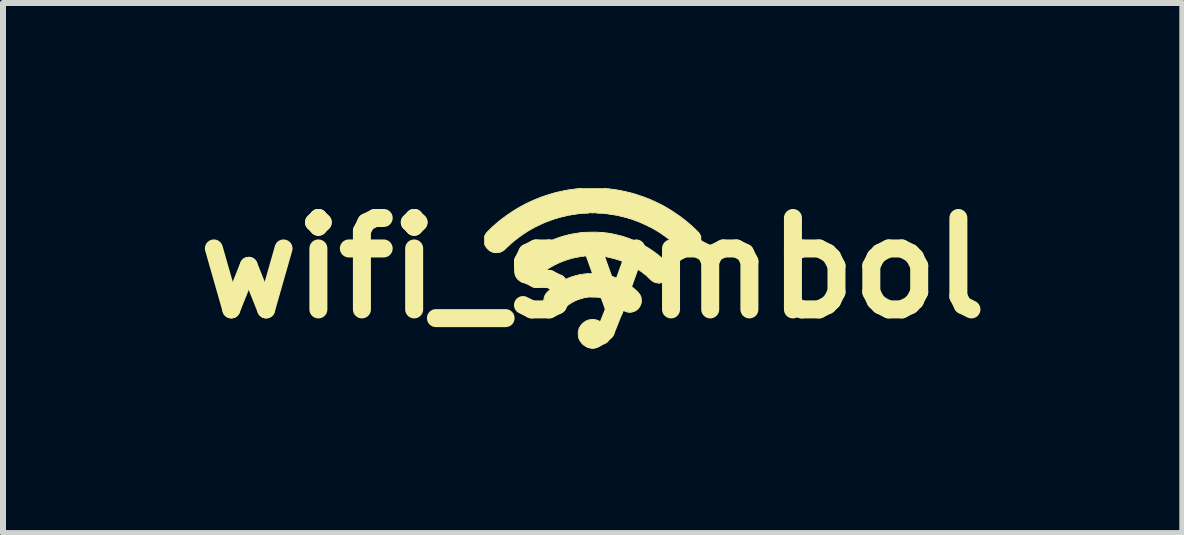
<source format=kicad_pcb>
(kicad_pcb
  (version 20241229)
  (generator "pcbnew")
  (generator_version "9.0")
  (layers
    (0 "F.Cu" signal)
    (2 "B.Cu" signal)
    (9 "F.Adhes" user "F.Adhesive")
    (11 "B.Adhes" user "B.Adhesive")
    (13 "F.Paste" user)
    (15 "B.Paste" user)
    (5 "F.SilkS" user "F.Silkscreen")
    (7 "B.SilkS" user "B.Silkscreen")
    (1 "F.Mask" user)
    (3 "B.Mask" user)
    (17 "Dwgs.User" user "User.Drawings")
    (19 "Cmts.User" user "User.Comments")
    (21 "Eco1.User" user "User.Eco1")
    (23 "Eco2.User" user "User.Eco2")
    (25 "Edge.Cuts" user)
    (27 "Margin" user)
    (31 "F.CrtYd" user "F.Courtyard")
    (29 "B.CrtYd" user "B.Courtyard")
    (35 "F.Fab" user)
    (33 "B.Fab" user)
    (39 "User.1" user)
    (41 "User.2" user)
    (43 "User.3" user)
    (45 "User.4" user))
  (footprint "wifi_symbol"
    (layer "F.Cu")
    (at 6.829 1.418)
    (property "Reference" "wifi_symbol" (at 0 0 0) (layer "F.SilkS") (effects (font (size 1.524 1.524) (thickness 0.3))))
    (attr through_hole)
    (fp_poly (pts (xy -1.13 -1.063) (xy -1.131 -1.061) (xy -1.134 -1.06) (xy -1.137 -1.059) (xy -1.136 -1.061) (xy -1.135 -1.062) (xy -1.132 -1.064) (xy -1.13 -1.063)) (stroke (width 0.01) (type solid)) (fill yes) (layer "F.SilkS"))
    (fp_poly (pts (xy -1.085 -1.086) (xy -1.086 -1.084) (xy -1.089 -1.083) (xy -1.092 -1.082) (xy -1.09 -1.084) (xy -1.09 -1.084) (xy -1.086 -1.086) (xy -1.085 -1.086)) (stroke (width 0.01) (type solid)) (fill yes) (layer "F.SilkS"))
    (fp_poly (pts (xy -1.023 0.234) (xy -1.026 0.237) (xy -1.029 0.237) (xy -1.03 0.236) (xy -1.028 0.234) (xy -1.026 0.233) (xy -1.023 0.233) (xy -1.023 0.234)) (stroke (width 0.01) (type solid)) (fill yes) (layer "F.SilkS"))
    (fp_poly (pts (xy -0.591 -0.071) (xy -0.594 -0.068) (xy -0.598 -0.068) (xy -0.598 -0.069) (xy -0.596 -0.071) (xy -0.594 -0.072) (xy -0.591 -0.072) (xy -0.591 -0.071)) (stroke (width 0.01) (type solid)) (fill yes) (layer "F.SilkS"))
    (fp_poly (pts (xy -0.45 0.187) (xy -0.451 0.189) (xy -0.454 0.19) (xy -0.457 0.191) (xy -0.455 0.189) (xy -0.455 0.189) (xy -0.451 0.187) (xy -0.45 0.187)) (stroke (width 0.01) (type solid)) (fill yes) (layer "F.SilkS"))
    (fp_poly (pts (xy 0.464 0.194) (xy 0.468 0.196) (xy 0.467 0.197) (xy 0.466 0.198) (xy 0.462 0.196) (xy 0.461 0.195) (xy 0.462 0.193) (xy 0.464 0.194)) (stroke (width 0.01) (type solid)) (fill yes) (layer "F.SilkS"))
    (fp_poly (pts (xy -1.768 -0.588) (xy -1.768 -0.587) (xy -1.771 -0.584) (xy -1.771 -0.584) (xy -1.772 -0.586) (xy -1.772 -0.587) (xy -1.77 -0.59) (xy -1.769 -0.59) (xy -1.768 -0.588)) (stroke (width 0.01) (type solid)) (fill yes) (layer "F.SilkS"))
    (fp_poly (pts (xy -1.446 -0.326) (xy -1.45 -0.322) (xy -1.453 -0.319) (xy -1.455 -0.319) (xy -1.455 -0.321) (xy -1.452 -0.325) (xy -1.448 -0.328) (xy -1.446 -0.329) (xy -1.446 -0.326)) (stroke (width 0.01) (type solid)) (fill yes) (layer "F.SilkS"))
    (fp_poly (pts (xy -1.237 -0.089) (xy -1.238 -0.087) (xy -1.24 -0.085) (xy -1.241 -0.085) (xy -1.242 -0.087) (xy -1.242 -0.087) (xy -1.24 -0.09) (xy -1.239 -0.09) (xy -1.237 -0.089)) (stroke (width 0.01) (type solid)) (fill yes) (layer "F.SilkS"))
    (fp_poly (pts (xy -1.073 -1.09) (xy -1.074 -1.089) (xy -1.078 -1.087) (xy -1.078 -1.087) (xy -1.08 -1.088) (xy -1.079 -1.089) (xy -1.076 -1.092) (xy -1.075 -1.092) (xy -1.073 -1.09)) (stroke (width 0.01) (type solid)) (fill yes) (layer "F.SilkS"))
    (fp_poly (pts (xy -1.035 0.239) (xy -1.036 0.24) (xy -1.042 0.242) (xy -1.044 0.242) (xy -1.046 0.242) (xy -1.043 0.24) (xy -1.037 0.238) (xy -1.034 0.238) (xy -1.035 0.239)) (stroke (width 0.01) (type solid)) (fill yes) (layer "F.SilkS"))
    (fp_poly (pts (xy -0.952 -0.32) (xy -0.953 -0.319) (xy -0.955 -0.316) (xy -0.956 -0.316) (xy -0.956 -0.318) (xy -0.955 -0.319) (xy -0.953 -0.322) (xy -0.952 -0.322) (xy -0.952 -0.32)) (stroke (width 0.01) (type solid)) (fill yes) (layer "F.SilkS"))
    (fp_poly (pts (xy -0.781 -1.209) (xy -0.782 -1.208) (xy -0.788 -1.206) (xy -0.79 -1.205) (xy -0.792 -1.206) (xy -0.789 -1.208) (xy -0.783 -1.21) (xy -0.78 -1.21) (xy -0.781 -1.209)) (stroke (width 0.01) (type solid)) (fill yes) (layer "F.SilkS"))
    (fp_poly (pts (xy -0.771 -0.77) (xy -0.772 -0.768) (xy -0.776 -0.765) (xy -0.778 -0.765) (xy -0.782 -0.765) (xy -0.78 -0.767) (xy -0.779 -0.768) (xy -0.774 -0.77) (xy -0.771 -0.77)) (stroke (width 0.01) (type solid)) (fill yes) (layer "F.SilkS"))
    (fp_poly (pts (xy -0.764 -1.214) (xy -0.765 -1.214) (xy -0.771 -1.211) (xy -0.773 -1.211) (xy -0.775 -1.212) (xy -0.772 -1.214) (xy -0.766 -1.216) (xy -0.763 -1.216) (xy -0.764 -1.214)) (stroke (width 0.01) (type solid)) (fill yes) (layer "F.SilkS"))
    (fp_poly (pts (xy -0.757 -0.775) (xy -0.759 -0.773) (xy -0.764 -0.771) (xy -0.766 -0.771) (xy -0.767 -0.772) (xy -0.765 -0.773) (xy -0.76 -0.776) (xy -0.758 -0.776) (xy -0.757 -0.775)) (stroke (width 0.01) (type solid)) (fill yes) (layer "F.SilkS"))
    (fp_poly (pts (xy -0.746 0.393) (xy -0.747 0.395) (xy -0.751 0.399) (xy -0.755 0.402) (xy -0.756 0.402) (xy -0.755 0.399) (xy -0.751 0.395) (xy -0.747 0.393) (xy -0.746 0.393)) (stroke (width 0.01) (type solid)) (fill yes) (layer "F.SilkS"))
    (fp_poly (pts (xy -0.665 -0.808) (xy -0.666 -0.807) (xy -0.672 -0.805) (xy -0.675 -0.805) (xy -0.676 -0.805) (xy -0.673 -0.807) (xy -0.667 -0.809) (xy -0.664 -0.81) (xy -0.665 -0.808)) (stroke (width 0.01) (type solid)) (fill yes) (layer "F.SilkS"))
    (fp_poly (pts (xy -0.648 -0.814) (xy -0.649 -0.813) (xy -0.655 -0.81) (xy -0.658 -0.81) (xy -0.659 -0.811) (xy -0.656 -0.813) (xy -0.65 -0.815) (xy -0.647 -0.815) (xy -0.648 -0.814)) (stroke (width 0.01) (type solid)) (fill yes) (layer "F.SilkS"))
    (fp_poly (pts (xy -0.608 -1.259) (xy -0.616 -1.257) (xy -0.619 -1.256) (xy -0.625 -1.256) (xy -0.619 -1.259) (xy -0.612 -1.261) (xy -0.608 -1.261) (xy -0.603 -1.261) (xy -0.608 -1.259)) (stroke (width 0.01) (type solid)) (fill yes) (layer "F.SilkS"))
    (fp_poly (pts (xy -0.586 -1.264) (xy -0.593 -1.262) (xy -0.597 -1.262) (xy -0.603 -1.262) (xy -0.597 -1.264) (xy -0.589 -1.266) (xy -0.586 -1.267) (xy -0.58 -1.267) (xy -0.586 -1.264)) (stroke (width 0.01) (type solid)) (fill yes) (layer "F.SilkS"))
    (fp_poly (pts (xy -0.554 -0.089) (xy -0.555 -0.087) (xy -0.558 -0.085) (xy -0.559 -0.085) (xy -0.561 -0.086) (xy -0.56 -0.087) (xy -0.556 -0.09) (xy -0.556 -0.09) (xy -0.554 -0.089)) (stroke (width 0.01) (type solid)) (fill yes) (layer "F.SilkS"))
    (fp_poly (pts (xy -0.54 -0.095) (xy -0.542 -0.093) (xy -0.547 -0.091) (xy -0.549 -0.09) (xy -0.549 -0.092) (xy -0.548 -0.093) (xy -0.542 -0.096) (xy -0.54 -0.096) (xy -0.54 -0.095)) (stroke (width 0.01) (type solid)) (fill yes) (layer "F.SilkS"))
    (fp_poly (pts (xy -0.454 -1.293) (xy -0.463 -1.291) (xy -0.468 -1.29) (xy -0.476 -1.29) (xy -0.468 -1.293) (xy -0.46 -1.294) (xy -0.454 -1.295) (xy -0.447 -1.295) (xy -0.454 -1.293)) (stroke (width 0.01) (type solid)) (fill yes) (layer "F.SilkS"))
    (fp_poly (pts (xy -0.422 -1.298) (xy -0.431 -1.297) (xy -0.439 -1.296) (xy -0.447 -1.296) (xy -0.439 -1.298) (xy -0.429 -1.3) (xy -0.422 -1.3) (xy -0.413 -1.3) (xy -0.422 -1.298)) (stroke (width 0.01) (type solid)) (fill yes) (layer "F.SilkS"))
    (fp_poly (pts (xy -0.351 -1.31) (xy -0.361 -1.308) (xy -0.368 -1.307) (xy -0.377 -1.307) (xy -0.368 -1.31) (xy -0.359 -1.311) (xy -0.351 -1.312) (xy -0.343 -1.312) (xy -0.351 -1.31)) (stroke (width 0.01) (type solid)) (fill yes) (layer "F.SilkS"))
    (fp_poly (pts (xy -0.244 1.09) (xy -0.243 1.097) (xy -0.244 1.1) (xy -0.244 1.101) (xy -0.245 1.097) (xy -0.245 1.095) (xy -0.245 1.09) (xy -0.244 1.089) (xy -0.244 1.09)) (stroke (width 0.01) (type solid)) (fill yes) (layer "F.SilkS"))
    (fp_poly (pts (xy 0.231 1.151) (xy 0.23 1.158) (xy 0.229 1.161) (xy 0.227 1.164) (xy 0.226 1.163) (xy 0.227 1.157) (xy 0.229 1.153) (xy 0.23 1.15) (xy 0.231 1.151)) (stroke (width 0.01) (type solid)) (fill yes) (layer "F.SilkS"))
    (fp_poly (pts (xy 0.341 0.143) (xy 0.343 0.144) (xy 0.346 0.146) (xy 0.344 0.147) (xy 0.338 0.145) (xy 0.336 0.144) (xy 0.334 0.142) (xy 0.336 0.142) (xy 0.341 0.143)) (stroke (width 0.01) (type solid)) (fill yes) (layer "F.SilkS"))
    (fp_poly (pts (xy 0.361 -1.311) (xy 0.368 -1.31) (xy 0.377 -1.307) (xy 0.368 -1.307) (xy 0.359 -1.308) (xy 0.351 -1.31) (xy 0.343 -1.312) (xy 0.351 -1.312) (xy 0.361 -1.311)) (stroke (width 0.01) (type solid)) (fill yes) (layer "F.SilkS"))
    (fp_poly (pts (xy 0.431 -1.3) (xy 0.439 -1.298) (xy 0.447 -1.296) (xy 0.439 -1.296) (xy 0.429 -1.297) (xy 0.422 -1.298) (xy 0.413 -1.3) (xy 0.422 -1.3) (xy 0.431 -1.3)) (stroke (width 0.01) (type solid)) (fill yes) (layer "F.SilkS"))
    (fp_poly (pts (xy 0.463 -1.294) (xy 0.468 -1.293) (xy 0.476 -1.29) (xy 0.468 -1.29) (xy 0.46 -1.291) (xy 0.454 -1.293) (xy 0.447 -1.295) (xy 0.454 -1.295) (xy 0.463 -1.294)) (stroke (width 0.01) (type solid)) (fill yes) (layer "F.SilkS"))
    (fp_poly (pts (xy 0.478 0.2) (xy 0.478 0.2) (xy 0.478 0.203) (xy 0.477 0.203) (xy 0.473 0.201) (xy 0.473 0.2) (xy 0.473 0.198) (xy 0.474 0.198) (xy 0.478 0.2)) (stroke (width 0.01) (type solid)) (fill yes) (layer "F.SilkS"))
    (fp_poly (pts (xy 0.517 -0.106) (xy 0.519 -0.104) (xy 0.522 -0.102) (xy 0.521 -0.102) (xy 0.516 -0.103) (xy 0.514 -0.104) (xy 0.511 -0.107) (xy 0.512 -0.107) (xy 0.517 -0.106)) (stroke (width 0.01) (type solid)) (fill yes) (layer "F.SilkS"))
    (fp_poly (pts (xy 0.616 -1.26) (xy 0.619 -1.259) (xy 0.625 -1.256) (xy 0.619 -1.256) (xy 0.612 -1.257) (xy 0.608 -1.259) (xy 0.603 -1.261) (xy 0.608 -1.261) (xy 0.616 -1.26)) (stroke (width 0.01) (type solid)) (fill yes) (layer "F.SilkS"))
    (fp_poly (pts (xy 0.654 -0.814) (xy 0.656 -0.813) (xy 0.659 -0.811) (xy 0.658 -0.81) (xy 0.652 -0.812) (xy 0.649 -0.813) (xy 0.647 -0.815) (xy 0.649 -0.815) (xy 0.654 -0.814)) (stroke (width 0.01) (type solid)) (fill yes) (layer "F.SilkS"))
    (fp_poly (pts (xy 0.762 -0.775) (xy 0.765 -0.773) (xy 0.767 -0.771) (xy 0.766 -0.771) (xy 0.762 -0.772) (xy 0.759 -0.773) (xy 0.757 -0.776) (xy 0.758 -0.776) (xy 0.762 -0.775)) (stroke (width 0.01) (type solid)) (fill yes) (layer "F.SilkS"))
    (fp_poly (pts (xy 0.77 -1.214) (xy 0.772 -1.214) (xy 0.775 -1.212) (xy 0.773 -1.211) (xy 0.767 -1.212) (xy 0.765 -1.214) (xy 0.763 -1.216) (xy 0.765 -1.216) (xy 0.77 -1.214)) (stroke (width 0.01) (type solid)) (fill yes) (layer "F.SilkS"))
    (fp_poly (pts (xy 0.775 -0.77) (xy 0.779 -0.768) (xy 0.782 -0.765) (xy 0.779 -0.765) (xy 0.778 -0.765) (xy 0.773 -0.766) (xy 0.772 -0.768) (xy 0.772 -0.77) (xy 0.775 -0.77)) (stroke (width 0.01) (type solid)) (fill yes) (layer "F.SilkS"))
    (fp_poly (pts (xy 0.787 -1.209) (xy 0.789 -1.208) (xy 0.792 -1.206) (xy 0.79 -1.205) (xy 0.784 -1.207) (xy 0.782 -1.208) (xy 0.78 -1.21) (xy 0.782 -1.21) (xy 0.787 -1.209)) (stroke (width 0.01) (type solid)) (fill yes) (layer "F.SilkS"))
    (fp_poly (pts (xy 1.09 -1.084) (xy 1.091 -1.084) (xy 1.091 -1.081) (xy 1.09 -1.081) (xy 1.086 -1.083) (xy 1.085 -1.084) (xy 1.085 -1.086) (xy 1.086 -1.087) (xy 1.09 -1.084)) (stroke (width 0.01) (type solid)) (fill yes) (layer "F.SilkS"))
    (fp_poly (pts (xy 1.247 0.188) (xy 1.247 0.189) (xy 1.245 0.192) (xy 1.244 0.192) (xy 1.243 0.19) (xy 1.243 0.189) (xy 1.246 0.186) (xy 1.246 0.186) (xy 1.247 0.188)) (stroke (width 0.01) (type solid)) (fill yes) (layer "F.SilkS"))
    (fp_poly (pts (xy 1.448 -0.328) (xy 1.452 -0.325) (xy 1.455 -0.321) (xy 1.455 -0.319) (xy 1.451 -0.321) (xy 1.448 -0.323) (xy 1.446 -0.327) (xy 1.446 -0.329) (xy 1.448 -0.328)) (stroke (width 0.01) (type solid)) (fill yes) (layer "F.SilkS"))
    (fp_poly (pts (xy 1.772 -0.588) (xy 1.772 -0.587) (xy 1.771 -0.584) (xy 1.771 -0.584) (xy 1.769 -0.586) (xy 1.768 -0.587) (xy 1.768 -0.59) (xy 1.769 -0.59) (xy 1.772 -0.588)) (stroke (width 0.01) (type solid)) (fill yes) (layer "F.SilkS"))
    (fp_poly (pts (xy -1.293 -0.001) (xy -1.293 0) (xy -1.294 0.006) (xy -1.295 0.01) (xy -1.298 0.016) (xy -1.298 0.01) (xy -1.297 0.003) (xy -1.295 0) (xy -1.293 -0.003) (xy -1.293 -0.001)) (stroke (width 0.01) (type solid)) (fill yes) (layer "F.SilkS"))
    (fp_poly (pts (xy -1.152 0.244) (xy -1.146 0.246) (xy -1.142 0.247) (xy -1.142 0.248) (xy -1.144 0.248) (xy -1.152 0.247) (xy -1.156 0.246) (xy -1.159 0.244) (xy -1.157 0.243) (xy -1.152 0.244)) (stroke (width 0.01) (type solid)) (fill yes) (layer "F.SilkS"))
    (fp_poly (pts (xy -1.05 0.243) (xy -1.052 0.245) (xy -1.053 0.246) (xy -1.059 0.248) (xy -1.064 0.248) (xy -1.071 0.248) (xy -1.064 0.246) (xy -1.057 0.244) (xy -1.053 0.243) (xy -1.05 0.243)) (stroke (width 0.01) (type solid)) (fill yes) (layer "F.SilkS"))
    (fp_poly (pts (xy -0.808 0.488) (xy -0.808 0.493) (xy -0.81 0.5) (xy -0.812 0.504) (xy -0.812 0.503) (xy -0.812 0.501) (xy -0.811 0.494) (xy -0.81 0.49) (xy -0.808 0.487) (xy -0.808 0.488)) (stroke (width 0.01) (type solid)) (fill yes) (layer "F.SilkS"))
    (fp_poly (pts (xy -0.56 -1.272) (xy -0.563 -1.27) (xy -0.57 -1.268) (xy -0.574 -1.268) (xy -0.577 -1.268) (xy -0.575 -1.269) (xy -0.573 -1.27) (xy -0.566 -1.272) (xy -0.562 -1.272) (xy -0.56 -1.272)) (stroke (width 0.01) (type solid)) (fill yes) (layer "F.SilkS"))
    (fp_poly (pts (xy -0.337 -0.163) (xy -0.339 -0.162) (xy -0.341 -0.161) (xy -0.348 -0.159) (xy -0.353 -0.159) (xy -0.354 -0.159) (xy -0.351 -0.161) (xy -0.344 -0.163) (xy -0.34 -0.163) (xy -0.337 -0.163)) (stroke (width 0.01) (type solid)) (fill yes) (layer "F.SilkS"))
    (fp_poly (pts (xy -0.255 0.12) (xy -0.258 0.121) (xy -0.266 0.123) (xy -0.27 0.124) (xy -0.273 0.123) (xy -0.271 0.122) (xy -0.268 0.121) (xy -0.261 0.12) (xy -0.257 0.119) (xy -0.255 0.12)) (stroke (width 0.01) (type solid)) (fill yes) (layer "F.SilkS"))
    (fp_poly (pts (xy 0.589 -1.266) (xy 0.595 -1.264) (xy 0.6 -1.263) (xy 0.599 -1.262) (xy 0.597 -1.262) (xy 0.589 -1.263) (xy 0.586 -1.264) (xy 0.583 -1.266) (xy 0.584 -1.267) (xy 0.589 -1.266)) (stroke (width 0.01) (type solid)) (fill yes) (layer "F.SilkS"))
    (fp_poly (pts (xy 0.812 0.575) (xy 0.812 0.577) (xy 0.811 0.585) (xy 0.81 0.588) (xy 0.808 0.591) (xy 0.808 0.59) (xy 0.809 0.584) (xy 0.81 0.579) (xy 0.812 0.574) (xy 0.812 0.575)) (stroke (width 0.01) (type solid)) (fill yes) (layer "F.SilkS"))
    (fp_poly (pts (xy -1.204 0.223) (xy -1.196 0.227) (xy -1.192 0.23) (xy -1.192 0.231) (xy -1.192 0.231) (xy -1.196 0.23) (xy -1.202 0.226) (xy -1.202 0.226) (xy -1.206 0.222) (xy -1.205 0.222) (xy -1.204 0.223)) (stroke (width 0.01) (type solid)) (fill yes) (layer "F.SilkS"))
    (fp_poly (pts (xy -0.478 -1.289) (xy -0.479 -1.288) (xy -0.484 -1.287) (xy -0.492 -1.285) (xy -0.498 -1.285) (xy -0.501 -1.285) (xy -0.499 -1.286) (xy -0.497 -1.287) (xy -0.488 -1.289) (xy -0.483 -1.289) (xy -0.478 -1.289)) (stroke (width 0.01) (type solid)) (fill yes) (layer "F.SilkS"))
    (fp_poly (pts (xy -0.241 1.122) (xy -0.24 1.129) (xy -0.238 1.137) (xy -0.238 1.143) (xy -0.238 1.145) (xy -0.24 1.143) (xy -0.241 1.137) (xy -0.242 1.128) (xy -0.242 1.121) (xy -0.242 1.119) (xy -0.241 1.122)) (stroke (width 0.01) (type solid)) (fill yes) (layer "F.SilkS"))
    (fp_poly (pts (xy -0.238 1.051) (xy -0.239 1.058) (xy -0.24 1.068) (xy -0.241 1.074) (xy -0.242 1.075) (xy -0.242 1.071) (xy -0.242 1.067) (xy -0.242 1.058) (xy -0.24 1.05) (xy -0.239 1.048) (xy -0.238 1.051)) (stroke (width 0.01) (type solid)) (fill yes) (layer "F.SilkS"))
    (fp_poly (pts (xy 0.088 0.091) (xy 0.102 0.092) (xy 0.109 0.093) (xy 0.126 0.095) (xy 0.111 0.095) (xy 0.101 0.095) (xy 0.088 0.094) (xy 0.079 0.093) (xy 0.061 0.091) (xy 0.076 0.091) (xy 0.088 0.091)) (stroke (width 0.01) (type solid)) (fill yes) (layer "F.SilkS"))
    (fp_poly (pts (xy 0.183 0.103) (xy 0.191 0.104) (xy 0.196 0.106) (xy 0.196 0.106) (xy 0.192 0.107) (xy 0.184 0.106) (xy 0.176 0.104) (xy 0.171 0.103) (xy 0.171 0.102) (xy 0.175 0.102) (xy 0.183 0.103)) (stroke (width 0.01) (type solid)) (fill yes) (layer "F.SilkS"))
    (fp_poly (pts (xy 0.207 -1.328) (xy 0.221 -1.327) (xy 0.226 -1.327) (xy 0.241 -1.324) (xy 0.227 -1.324) (xy 0.216 -1.325) (xy 0.203 -1.326) (xy 0.196 -1.326) (xy 0.179 -1.328) (xy 0.195 -1.329) (xy 0.207 -1.328)) (stroke (width 0.01) (type solid)) (fill yes) (layer "F.SilkS"))
    (fp_poly (pts (xy 0.212 0.109) (xy 0.219 0.11) (xy 0.224 0.112) (xy 0.224 0.112) (xy 0.22 0.112) (xy 0.212 0.111) (xy 0.206 0.11) (xy 0.202 0.108) (xy 0.203 0.108) (xy 0.205 0.108) (xy 0.212 0.109)) (stroke (width 0.01) (type solid)) (fill yes) (layer "F.SilkS"))
    (fp_poly (pts (xy 0.24 0.114) (xy 0.246 0.116) (xy 0.25 0.117) (xy 0.249 0.118) (xy 0.247 0.118) (xy 0.24 0.117) (xy 0.234 0.116) (xy 0.23 0.114) (xy 0.231 0.113) (xy 0.233 0.113) (xy 0.24 0.114)) (stroke (width 0.01) (type solid)) (fill yes) (layer "F.SilkS"))
    (fp_poly (pts (xy 0.269 -1.323) (xy 0.28 -1.321) (xy 0.282 -1.321) (xy 0.295 -1.319) (xy 0.284 -1.319) (xy 0.273 -1.319) (xy 0.262 -1.32) (xy 0.26 -1.321) (xy 0.247 -1.323) (xy 0.258 -1.323) (xy 0.269 -1.323)) (stroke (width 0.01) (type solid)) (fill yes) (layer "F.SilkS"))
    (fp_poly (pts (xy 0.491 -1.288) (xy 0.497 -1.287) (xy 0.501 -1.285) (xy 0.5 -1.285) (xy 0.498 -1.285) (xy 0.491 -1.285) (xy 0.484 -1.287) (xy 0.479 -1.288) (xy 0.479 -1.289) (xy 0.483 -1.289) (xy 0.491 -1.288)) (stroke (width 0.01) (type solid)) (fill yes) (layer "F.SilkS"))
    (fp_poly (pts (xy 1.295 0.003) (xy 1.297 0.008) (xy 1.298 0.015) (xy 1.298 0.019) (xy 1.297 0.019) (xy 1.296 0.017) (xy 1.295 0.012) (xy 1.294 0.011) (xy 1.293 0.004) (xy 1.294 0.001) (xy 1.295 0.003)) (stroke (width 0.01) (type solid)) (fill yes) (layer "F.SilkS"))
    (fp_poly (pts (xy -0.96 -0.315) (xy -0.962 -0.313) (xy -0.967 -0.309) (xy -0.972 -0.306) (xy -0.978 -0.302) (xy -0.981 -0.301) (xy -0.98 -0.302) (xy -0.977 -0.306) (xy -0.971 -0.31) (xy -0.965 -0.313) (xy -0.961 -0.315) (xy -0.96 -0.315)) (stroke (width 0.01) (type solid)) (fill yes) (layer "F.SilkS"))
    (fp_poly (pts (xy -0.584 -0.501) (xy -0.587 -0.499) (xy -0.593 -0.497) (xy -0.6 -0.494) (xy -0.604 -0.493) (xy -0.606 -0.493) (xy -0.603 -0.495) (xy -0.6 -0.497) (xy -0.592 -0.5) (xy -0.586 -0.502) (xy -0.584 -0.502) (xy -0.584 -0.501)) (stroke (width 0.01) (type solid)) (fill yes) (layer "F.SilkS"))
    (fp_poly (pts (xy -0.581 0.261) (xy -0.584 0.263) (xy -0.589 0.267) (xy -0.593 0.27) (xy -0.599 0.273) (xy -0.602 0.274) (xy -0.602 0.274) (xy -0.598 0.27) (xy -0.593 0.266) (xy -0.587 0.263) (xy -0.583 0.26) (xy -0.581 0.261)) (stroke (width 0.01) (type solid)) (fill yes) (layer "F.SilkS"))
    (fp_poly (pts (xy -0.384 -1.306) (xy -0.384 -1.305) (xy -0.39 -1.304) (xy -0.391 -1.304) (xy -0.399 -1.302) (xy -0.405 -1.302) (xy -0.409 -1.302) (xy -0.409 -1.302) (xy -0.405 -1.304) (xy -0.396 -1.306) (xy -0.388 -1.306) (xy -0.384 -1.306)) (stroke (width 0.01) (type solid)) (fill yes) (layer "F.SilkS"))
    (fp_poly (pts (xy -0.296 0.549) (xy -0.299 0.551) (xy -0.304 0.554) (xy -0.31 0.557) (xy -0.315 0.559) (xy -0.316 0.559) (xy -0.315 0.558) (xy -0.312 0.555) (xy -0.306 0.552) (xy -0.3 0.549) (xy -0.297 0.548) (xy -0.296 0.549)) (stroke (width 0.01) (type solid)) (fill yes) (layer "F.SilkS"))
    (fp_poly (pts (xy -0.272 0.537) (xy -0.273 0.539) (xy -0.278 0.542) (xy -0.284 0.545) (xy -0.29 0.547) (xy -0.293 0.547) (xy -0.292 0.546) (xy -0.287 0.543) (xy -0.284 0.542) (xy -0.277 0.538) (xy -0.273 0.537) (xy -0.272 0.537)) (stroke (width 0.01) (type solid)) (fill yes) (layer "F.SilkS"))
    (fp_poly (pts (xy 0.387 0.16) (xy 0.392 0.162) (xy 0.399 0.164) (xy 0.404 0.167) (xy 0.406 0.169) (xy 0.405 0.169) (xy 0.401 0.168) (xy 0.394 0.165) (xy 0.391 0.163) (xy 0.386 0.161) (xy 0.385 0.16) (xy 0.387 0.16)) (stroke (width 0.01) (type solid)) (fill yes) (layer "F.SilkS"))
    (fp_poly (pts (xy 0.67 -0.032) (xy 0.675 -0.03) (xy 0.68 -0.026) (xy 0.683 -0.024) (xy 0.683 -0.024) (xy 0.683 -0.023) (xy 0.681 -0.023) (xy 0.676 -0.026) (xy 0.674 -0.027) (xy 0.668 -0.031) (xy 0.666 -0.033) (xy 0.67 -0.032)) (stroke (width 0.01) (type solid)) (fill yes) (layer "F.SilkS"))
    (fp_poly (pts (xy 0.815 0.528) (xy 0.815 0.54) (xy 0.815 0.553) (xy 0.815 0.555) (xy 0.814 0.558) (xy 0.814 0.556) (xy 0.814 0.55) (xy 0.814 0.542) (xy 0.814 0.532) (xy 0.814 0.526) (xy 0.815 0.526) (xy 0.815 0.528)) (stroke (width 0.01) (type solid)) (fill yes) (layer "F.SilkS"))
    (fp_poly (pts (xy -1.098 -1.079) (xy -1.104 -1.075) (xy -1.111 -1.072) (xy -1.119 -1.068) (xy -1.124 -1.066) (xy -1.126 -1.065) (xy -1.124 -1.067) (xy -1.118 -1.071) (xy -1.111 -1.074) (xy -1.104 -1.078) (xy -1.098 -1.08) (xy -1.096 -1.08) (xy -1.098 -1.079)) (stroke (width 0.01) (type solid)) (fill yes) (layer "F.SilkS"))
    (fp_poly (pts (xy -1.09 0.25) (xy -1.082 0.25) (xy -1.08 0.251) (xy -1.082 0.251) (xy -1.084 0.252) (xy -1.109 0.253) (xy -1.126 0.251) (xy -1.127 0.251) (xy -1.124 0.25) (xy -1.116 0.25) (xy -1.104 0.25) (xy -1.103 0.25) (xy -1.09 0.25)) (stroke (width 0.01) (type solid)) (fill yes) (layer "F.SilkS"))
    (fp_poly (pts (xy -1.001 -1.125) (xy -1.005 -1.122) (xy -1.008 -1.12) (xy -1.015 -1.117) (xy -1.02 -1.115) (xy -1.02 -1.115) (xy -1.02 -1.116) (xy -1.016 -1.119) (xy -1.013 -1.12) (xy -1.006 -1.124) (xy -1.001 -1.126) (xy -1 -1.126) (xy -1.001 -1.125)) (stroke (width 0.01) (type solid)) (fill yes) (layer "F.SilkS"))
    (fp_poly (pts (xy -0.566 -0.083) (xy -0.571 -0.08) (xy -0.573 -0.079) (xy -0.58 -0.076) (xy -0.585 -0.074) (xy -0.586 -0.074) (xy -0.585 -0.075) (xy -0.581 -0.078) (xy -0.579 -0.079) (xy -0.572 -0.082) (xy -0.567 -0.084) (xy -0.566 -0.084) (xy -0.566 -0.083)) (stroke (width 0.01) (type solid)) (fill yes) (layer "F.SilkS"))
    (fp_poly (pts (xy -0.425 0.176) (xy -0.429 0.179) (xy -0.432 0.181) (xy -0.439 0.184) (xy -0.444 0.186) (xy -0.445 0.186) (xy -0.444 0.185) (xy -0.44 0.182) (xy -0.437 0.181) (xy -0.43 0.177) (xy -0.425 0.175) (xy -0.425 0.175) (xy -0.425 0.176)) (stroke (width 0.01) (type solid)) (fill yes) (layer "F.SilkS"))
    (fp_poly (pts (xy -0.302 -1.317) (xy -0.304 -1.316) (xy -0.31 -1.315) (xy -0.32 -1.314) (xy -0.33 -1.313) (xy -0.332 -1.313) (xy -0.335 -1.313) (xy -0.334 -1.314) (xy -0.327 -1.315) (xy -0.317 -1.317) (xy -0.308 -1.317) (xy -0.306 -1.317) (xy -0.302 -1.317)) (stroke (width 0.01) (type solid)) (fill yes) (layer "F.SilkS"))
    (fp_poly (pts (xy -0.236 1.154) (xy -0.234 1.159) (xy -0.231 1.165) (xy -0.228 1.174) (xy -0.227 1.18) (xy -0.227 1.182) (xy -0.228 1.18) (xy -0.231 1.174) (xy -0.233 1.169) (xy -0.235 1.161) (xy -0.237 1.155) (xy -0.237 1.153) (xy -0.236 1.154)) (stroke (width 0.01) (type solid)) (fill yes) (layer "F.SilkS"))
    (fp_poly (pts (xy -0.13 0.097) (xy -0.132 0.098) (xy -0.138 0.099) (xy -0.148 0.1) (xy -0.157 0.101) (xy -0.159 0.101) (xy -0.163 0.101) (xy -0.162 0.1) (xy -0.155 0.099) (xy -0.145 0.097) (xy -0.136 0.097) (xy -0.134 0.097) (xy -0.13 0.097)) (stroke (width 0.01) (type solid)) (fill yes) (layer "F.SilkS"))
    (fp_poly (pts (xy -0.087 1.319) (xy -0.08 1.321) (xy -0.073 1.323) (xy -0.066 1.326) (xy -0.062 1.328) (xy -0.062 1.329) (xy -0.067 1.328) (xy -0.075 1.326) (xy -0.078 1.325) (xy -0.085 1.322) (xy -0.089 1.32) (xy -0.09 1.319) (xy -0.087 1.319)) (stroke (width 0.01) (type solid)) (fill yes) (layer "F.SilkS"))
    (fp_poly (pts (xy -0.058 -0.916) (xy -0.087 -0.914) (xy -0.103 -0.913) (xy -0.12 -0.913) (xy -0.134 -0.912) (xy -0.14 -0.912) (xy -0.162 -0.913) (xy -0.134 -0.915) (xy -0.118 -0.915) (xy -0.101 -0.916) (xy -0.086 -0.916) (xy -0.082 -0.916) (xy -0.058 -0.916)) (stroke (width 0.01) (type solid)) (fill yes) (layer "F.SilkS"))
    (fp_poly (pts (xy 0.096 -0.916) (xy 0.113 -0.916) (xy 0.129 -0.915) (xy 0.134 -0.915) (xy 0.162 -0.913) (xy 0.137 -0.913) (xy 0.121 -0.913) (xy 0.104 -0.913) (xy 0.087 -0.914) (xy 0.085 -0.914) (xy 0.058 -0.916) (xy 0.082 -0.916) (xy 0.096 -0.916)) (stroke (width 0.01) (type solid)) (fill yes) (layer "F.SilkS"))
    (fp_poly (pts (xy 0.107 1.308) (xy 0.105 1.31) (xy 0.1 1.313) (xy 0.094 1.316) (xy 0.089 1.318) (xy 0.089 1.318) (xy 0.088 1.317) (xy 0.088 1.317) (xy 0.091 1.315) (xy 0.097 1.312) (xy 0.103 1.309) (xy 0.107 1.308) (xy 0.107 1.308)) (stroke (width 0.01) (type solid)) (fill yes) (layer "F.SilkS"))
    (fp_poly (pts (xy 0.304 0.131) (xy 0.312 0.134) (xy 0.318 0.135) (xy 0.324 0.138) (xy 0.328 0.14) (xy 0.327 0.141) (xy 0.322 0.14) (xy 0.314 0.137) (xy 0.309 0.135) (xy 0.302 0.133) (xy 0.299 0.131) (xy 0.299 0.13) (xy 0.304 0.131)) (stroke (width 0.01) (type solid)) (fill yes) (layer "F.SilkS"))
    (fp_poly (pts (xy 0.397 -1.305) (xy 0.405 -1.304) (xy 0.41 -1.302) (xy 0.41 -1.302) (xy 0.406 -1.302) (xy 0.399 -1.302) (xy 0.39 -1.304) (xy 0.389 -1.304) (xy 0.383 -1.305) (xy 0.382 -1.306) (xy 0.387 -1.306) (xy 0.388 -1.306) (xy 0.397 -1.305)) (stroke (width 0.01) (type solid)) (fill yes) (layer "F.SilkS"))
    (fp_poly (pts (xy 1.172 0.24) (xy 1.166 0.242) (xy 1.159 0.244) (xy 1.151 0.247) (xy 1.145 0.248) (xy 1.143 0.248) (xy 1.143 0.247) (xy 1.148 0.245) (xy 1.156 0.243) (xy 1.164 0.24) (xy 1.171 0.238) (xy 1.173 0.238) (xy 1.172 0.24)) (stroke (width 0.01) (type solid)) (fill yes) (layer "F.SilkS"))
    (fp_poly (pts (xy -1.186 0.233) (xy -1.18 0.235) (xy -1.173 0.237) (xy -1.167 0.24) (xy -1.163 0.242) (xy -1.163 0.242) (xy -1.163 0.243) (xy -1.167 0.242) (xy -1.173 0.241) (xy -1.179 0.238) (xy -1.185 0.235) (xy -1.188 0.233) (xy -1.188 0.233) (xy -1.186 0.233)) (stroke (width 0.01) (type solid)) (fill yes) (layer "F.SilkS"))
    (fp_poly (pts (xy -0.742 0.012) (xy -0.744 0.014) (xy -0.75 0.018) (xy -0.758 0.024) (xy -0.758 0.024) (xy -0.765 0.028) (xy -0.769 0.029) (xy -0.768 0.028) (xy -0.767 0.028) (xy -0.761 0.023) (xy -0.754 0.018) (xy -0.747 0.014) (xy -0.743 0.012) (xy -0.742 0.012)) (stroke (width 0.01) (type solid)) (fill yes) (layer "F.SilkS"))
    (fp_poly (pts (xy -0.698 -0.456) (xy -0.698 -0.454) (xy -0.698 -0.454) (xy -0.701 -0.453) (xy -0.707 -0.451) (xy -0.709 -0.45) (xy -0.716 -0.448) (xy -0.719 -0.447) (xy -0.72 -0.447) (xy -0.717 -0.449) (xy -0.712 -0.452) (xy -0.705 -0.454) (xy -0.7 -0.456) (xy -0.698 -0.456)) (stroke (width 0.01) (type solid)) (fill yes) (layer "F.SilkS"))
    (fp_poly (pts (xy -0.602 -0.067) (xy -0.604 -0.065) (xy -0.609 -0.062) (xy -0.614 -0.059) (xy -0.624 -0.054) (xy -0.63 -0.052) (xy -0.632 -0.051) (xy -0.63 -0.053) (xy -0.629 -0.054) (xy -0.623 -0.058) (xy -0.615 -0.062) (xy -0.608 -0.065) (xy -0.603 -0.067) (xy -0.602 -0.067)) (stroke (width 0.01) (type solid)) (fill yes) (layer "F.SilkS"))
    (fp_poly (pts (xy -0.362 -0.157) (xy -0.366 -0.155) (xy -0.374 -0.152) (xy -0.374 -0.152) (xy -0.385 -0.149) (xy -0.391 -0.147) (xy -0.394 -0.147) (xy -0.391 -0.149) (xy -0.384 -0.152) (xy -0.382 -0.152) (xy -0.373 -0.155) (xy -0.366 -0.157) (xy -0.363 -0.158) (xy -0.362 -0.157)) (stroke (width 0.01) (type solid)) (fill yes) (layer "F.SilkS"))
    (fp_poly (pts (xy -0.285 0.127) (xy -0.291 0.13) (xy -0.292 0.13) (xy -0.302 0.133) (xy -0.309 0.135) (xy -0.312 0.135) (xy -0.312 0.134) (xy -0.307 0.132) (xy -0.305 0.131) (xy -0.295 0.128) (xy -0.285 0.126) (xy -0.285 0.126) (xy -0.282 0.126) (xy -0.285 0.127)) (stroke (width 0.01) (type solid)) (fill yes) (layer "F.SilkS"))
    (fp_poly (pts (xy -0.179 -1.328) (xy -0.198 -1.326) (xy -0.21 -1.325) (xy -0.222 -1.325) (xy -0.229 -1.324) (xy -0.236 -1.324) (xy -0.238 -1.325) (xy -0.235 -1.325) (xy -0.227 -1.326) (xy -0.226 -1.327) (xy -0.213 -1.328) (xy -0.2 -1.329) (xy -0.195 -1.329) (xy -0.179 -1.328)) (stroke (width 0.01) (type solid)) (fill yes) (layer "F.SilkS"))
    (fp_poly (pts (xy 0.343 0.572) (xy 0.346 0.574) (xy 0.353 0.578) (xy 0.359 0.582) (xy 0.363 0.585) (xy 0.364 0.587) (xy 0.364 0.587) (xy 0.361 0.586) (xy 0.355 0.582) (xy 0.351 0.58) (xy 0.343 0.575) (xy 0.339 0.572) (xy 0.339 0.571) (xy 0.343 0.572)) (stroke (width 0.01) (type solid)) (fill yes) (layer "F.SilkS"))
    (fp_poly (pts (xy 0.354 0.148) (xy 0.36 0.15) (xy 0.367 0.152) (xy 0.374 0.155) (xy 0.378 0.156) (xy 0.378 0.157) (xy 0.377 0.158) (xy 0.373 0.157) (xy 0.366 0.155) (xy 0.362 0.153) (xy 0.355 0.151) (xy 0.351 0.148) (xy 0.351 0.148) (xy 0.354 0.148)) (stroke (width 0.01) (type solid)) (fill yes) (layer "F.SilkS"))
    (fp_poly (pts (xy 0.415 -0.552) (xy 0.422 -0.55) (xy 0.43 -0.548) (xy 0.438 -0.546) (xy 0.444 -0.544) (xy 0.447 -0.543) (xy 0.446 -0.542) (xy 0.441 -0.543) (xy 0.433 -0.545) (xy 0.423 -0.548) (xy 0.416 -0.55) (xy 0.413 -0.552) (xy 0.414 -0.552) (xy 0.415 -0.552)) (stroke (width 0.01) (type solid)) (fill yes) (layer "F.SilkS"))
    (fp_poly (pts (xy 0.69 -0.02) (xy 0.694 -0.019) (xy 0.7 -0.015) (xy 0.706 -0.011) (xy 0.71 -0.007) (xy 0.711 -0.006) (xy 0.711 -0.006) (xy 0.708 -0.007) (xy 0.702 -0.01) (xy 0.698 -0.013) (xy 0.69 -0.018) (xy 0.686 -0.021) (xy 0.686 -0.022) (xy 0.69 -0.02)) (stroke (width 0.01) (type solid)) (fill yes) (layer "F.SilkS"))
    (fp_poly (pts (xy 1.117 0.25) (xy 1.125 0.25) (xy 1.128 0.251) (xy 1.125 0.252) (xy 1.125 0.252) (xy 1.104 0.253) (xy 1.083 0.252) (xy 1.081 0.251) (xy 1.08 0.251) (xy 1.083 0.25) (xy 1.091 0.25) (xy 1.103 0.25) (xy 1.103 0.25) (xy 1.117 0.25)) (stroke (width 0.01) (type solid)) (fill yes) (layer "F.SilkS"))
    (fp_poly (pts (xy -0.514 -1.281) (xy -0.521 -1.279) (xy -0.525 -1.278) (xy -0.536 -1.276) (xy -0.545 -1.274) (xy -0.551 -1.273) (xy -0.552 -1.273) (xy -0.552 -1.274) (xy -0.548 -1.275) (xy -0.542 -1.277) (xy -0.531 -1.28) (xy -0.52 -1.282) (xy -0.515 -1.282) (xy -0.512 -1.283) (xy -0.514 -1.281)) (stroke (width 0.01) (type solid)) (fill yes) (layer "F.SilkS"))
    (fp_poly (pts (xy -0.507 0.217) (xy -0.51 0.219) (xy -0.518 0.224) (xy -0.526 0.228) (xy -0.534 0.232) (xy -0.538 0.234) (xy -0.538 0.233) (xy -0.538 0.233) (xy -0.533 0.23) (xy -0.527 0.226) (xy -0.52 0.222) (xy -0.513 0.219) (xy -0.508 0.216) (xy -0.506 0.216) (xy -0.507 0.217)) (stroke (width 0.01) (type solid)) (fill yes) (layer "F.SilkS"))
    (fp_poly (pts (xy -0.291 -0.174) (xy -0.295 -0.172) (xy -0.3 -0.171) (xy -0.31 -0.168) (xy -0.32 -0.166) (xy -0.328 -0.165) (xy -0.332 -0.164) (xy -0.333 -0.165) (xy -0.329 -0.166) (xy -0.322 -0.168) (xy -0.313 -0.171) (xy -0.303 -0.173) (xy -0.295 -0.174) (xy -0.291 -0.175) (xy -0.291 -0.174)) (stroke (width 0.01) (type solid)) (fill yes) (layer "F.SilkS"))
    (fp_poly (pts (xy -0.252 -1.323) (xy -0.25 -1.323) (xy -0.254 -1.322) (xy -0.261 -1.321) (xy -0.272 -1.319) (xy -0.282 -1.319) (xy -0.285 -1.319) (xy -0.29 -1.319) (xy -0.291 -1.319) (xy -0.287 -1.32) (xy -0.282 -1.321) (xy -0.271 -1.322) (xy -0.26 -1.323) (xy -0.258 -1.323) (xy -0.252 -1.323)) (stroke (width 0.01) (type solid)) (fill yes) (layer "F.SilkS"))
    (fp_poly (pts (xy -0.141 -0.197) (xy -0.141 -0.197) (xy -0.145 -0.196) (xy -0.152 -0.195) (xy -0.162 -0.194) (xy -0.165 -0.194) (xy -0.175 -0.193) (xy -0.18 -0.193) (xy -0.18 -0.194) (xy -0.176 -0.195) (xy -0.169 -0.196) (xy -0.16 -0.197) (xy -0.152 -0.197) (xy -0.145 -0.197) (xy -0.141 -0.197)) (stroke (width 0.01) (type solid)) (fill yes) (layer "F.SilkS"))
    (fp_poly (pts (xy -0.09 0.488) (xy -0.102 0.491) (xy -0.115 0.493) (xy -0.119 0.494) (xy -0.129 0.496) (xy -0.137 0.496) (xy -0.139 0.496) (xy -0.14 0.496) (xy -0.136 0.494) (xy -0.128 0.493) (xy -0.116 0.49) (xy -0.101 0.488) (xy -0.093 0.487) (xy -0.075 0.486) (xy -0.09 0.488)) (stroke (width 0.01) (type solid)) (fill yes) (layer "F.SilkS"))
    (fp_poly (pts (xy 0.142 0.097) (xy 0.152 0.098) (xy 0.155 0.099) (xy 0.162 0.1) (xy 0.164 0.101) (xy 0.161 0.101) (xy 0.158 0.101) (xy 0.148 0.1) (xy 0.138 0.099) (xy 0.137 0.099) (xy 0.13 0.098) (xy 0.129 0.097) (xy 0.133 0.097) (xy 0.134 0.097) (xy 0.142 0.097)) (stroke (width 0.01) (type solid)) (fill yes) (layer "F.SilkS"))
    (fp_poly (pts (xy 0.237 1.108) (xy 0.237 1.113) (xy 0.237 1.121) (xy 0.236 1.129) (xy 0.235 1.136) (xy 0.234 1.139) (xy 0.233 1.141) (xy 0.233 1.138) (xy 0.233 1.13) (xy 0.233 1.127) (xy 0.234 1.118) (xy 0.235 1.11) (xy 0.236 1.107) (xy 0.236 1.107) (xy 0.237 1.108)) (stroke (width 0.01) (type solid)) (fill yes) (layer "F.SilkS"))
    (fp_poly (pts (xy 0.258 0.12) (xy 0.265 0.121) (xy 0.273 0.123) (xy 0.282 0.125) (xy 0.289 0.127) (xy 0.293 0.129) (xy 0.293 0.129) (xy 0.292 0.13) (xy 0.287 0.129) (xy 0.276 0.127) (xy 0.27 0.125) (xy 0.262 0.123) (xy 0.256 0.12) (xy 0.255 0.119) (xy 0.258 0.12)) (stroke (width 0.01) (type solid)) (fill yes) (layer "F.SilkS"))
    (fp_poly (pts (xy 0.314 -1.317) (xy 0.325 -1.316) (xy 0.327 -1.315) (xy 0.335 -1.314) (xy 0.336 -1.313) (xy 0.333 -1.313) (xy 0.33 -1.313) (xy 0.321 -1.314) (xy 0.31 -1.315) (xy 0.309 -1.315) (xy 0.303 -1.316) (xy 0.302 -1.317) (xy 0.305 -1.317) (xy 0.306 -1.317) (xy 0.314 -1.317)) (stroke (width 0.01) (type solid)) (fill yes) (layer "F.SilkS"))
    (fp_poly (pts (xy 0.53 -0.1) (xy 0.537 -0.097) (xy 0.546 -0.093) (xy 0.554 -0.089) (xy 0.559 -0.086) (xy 0.56 -0.085) (xy 0.56 -0.085) (xy 0.556 -0.086) (xy 0.549 -0.089) (xy 0.54 -0.093) (xy 0.532 -0.097) (xy 0.527 -0.1) (xy 0.526 -0.101) (xy 0.526 -0.101) (xy 0.53 -0.1)) (stroke (width 0.01) (type solid)) (fill yes) (layer "F.SilkS"))
    (fp_poly (pts (xy 0.965 -1.142) (xy 0.971 -1.139) (xy 0.978 -1.136) (xy 0.986 -1.132) (xy 0.992 -1.129) (xy 0.995 -1.127) (xy 0.995 -1.126) (xy 0.991 -1.128) (xy 0.984 -1.13) (xy 0.975 -1.134) (xy 0.967 -1.138) (xy 0.962 -1.141) (xy 0.961 -1.143) (xy 0.961 -1.143) (xy 0.965 -1.142)) (stroke (width 0.01) (type solid)) (fill yes) (layer "F.SilkS"))
    (fp_poly (pts (xy 1.036 0.238) (xy 1.039 0.239) (xy 1.046 0.241) (xy 1.055 0.244) (xy 1.058 0.244) (xy 1.065 0.247) (xy 1.066 0.248) (xy 1.064 0.248) (xy 1.057 0.247) (xy 1.048 0.245) (xy 1.046 0.244) (xy 1.039 0.241) (xy 1.034 0.239) (xy 1.033 0.237) (xy 1.036 0.238)) (stroke (width 0.01) (type solid)) (fill yes) (layer "F.SilkS"))
    (fp_poly (pts (xy 1.099 -1.08) (xy 1.106 -1.077) (xy 1.113 -1.073) (xy 1.12 -1.069) (xy 1.125 -1.066) (xy 1.126 -1.065) (xy 1.126 -1.064) (xy 1.125 -1.064) (xy 1.122 -1.066) (xy 1.115 -1.069) (xy 1.109 -1.072) (xy 1.101 -1.077) (xy 1.097 -1.08) (xy 1.096 -1.081) (xy 1.099 -1.08)) (stroke (width 0.01) (type solid)) (fill yes) (layer "F.SilkS"))
    (fp_poly (pts (xy -0.96 -1.142) (xy -0.962 -1.141) (xy -0.968 -1.138) (xy -0.975 -1.134) (xy -0.983 -1.131) (xy -0.991 -1.128) (xy -0.995 -1.126) (xy -0.996 -1.126) (xy -0.994 -1.127) (xy -0.989 -1.13) (xy -0.981 -1.134) (xy -0.98 -1.135) (xy -0.971 -1.139) (xy -0.964 -1.141) (xy -0.961 -1.142) (xy -0.96 -1.142)) (stroke (width 0.01) (type solid)) (fill yes) (layer "F.SilkS"))
    (fp_poly (pts (xy -0.814 0.521) (xy -0.814 0.529) (xy -0.814 0.541) (xy -0.814 0.554) (xy -0.814 0.564) (xy -0.814 0.571) (xy -0.814 0.573) (xy -0.815 0.57) (xy -0.816 0.564) (xy -0.817 0.555) (xy -0.817 0.543) (xy -0.817 0.53) (xy -0.816 0.524) (xy -0.815 0.518) (xy -0.815 0.517) (xy -0.814 0.521)) (stroke (width 0.01) (type solid)) (fill yes) (layer "F.SilkS"))
    (fp_poly (pts (xy -0.723 -0.445) (xy -0.725 -0.443) (xy -0.73 -0.44) (xy -0.734 -0.439) (xy -0.743 -0.435) (xy -0.75 -0.432) (xy -0.751 -0.431) (xy -0.755 -0.43) (xy -0.756 -0.43) (xy -0.754 -0.432) (xy -0.748 -0.435) (xy -0.74 -0.439) (xy -0.733 -0.442) (xy -0.726 -0.444) (xy -0.723 -0.445) (xy -0.723 -0.445)) (stroke (width 0.01) (type solid)) (fill yes) (layer "F.SilkS"))
    (fp_poly (pts (xy -0.498 -0.112) (xy -0.499 -0.11) (xy -0.505 -0.108) (xy -0.511 -0.105) (xy -0.521 -0.102) (xy -0.528 -0.099) (xy -0.531 -0.097) (xy -0.535 -0.096) (xy -0.536 -0.097) (xy -0.534 -0.098) (xy -0.528 -0.101) (xy -0.52 -0.105) (xy -0.511 -0.108) (xy -0.503 -0.111) (xy -0.499 -0.112) (xy -0.498 -0.112)) (stroke (width 0.01) (type solid)) (fill yes) (layer "F.SilkS"))
    (fp_poly (pts (xy -0.463 0.194) (xy -0.469 0.198) (xy -0.478 0.202) (xy -0.481 0.204) (xy -0.491 0.209) (xy -0.498 0.212) (xy -0.502 0.213) (xy -0.502 0.213) (xy -0.5 0.211) (xy -0.494 0.208) (xy -0.486 0.204) (xy -0.477 0.199) (xy -0.469 0.195) (xy -0.463 0.193) (xy -0.461 0.193) (xy -0.463 0.194)) (stroke (width 0.01) (type solid)) (fill yes) (layer "F.SilkS"))
    (fp_poly (pts (xy -0.172 -0.91) (xy -0.176 -0.909) (xy -0.178 -0.909) (xy -0.187 -0.908) (xy -0.197 -0.907) (xy -0.208 -0.906) (xy -0.216 -0.906) (xy -0.221 -0.906) (xy -0.223 -0.907) (xy -0.22 -0.908) (xy -0.212 -0.908) (xy -0.201 -0.909) (xy -0.192 -0.91) (xy -0.18 -0.91) (xy -0.173 -0.91) (xy -0.172 -0.91)) (stroke (width 0.01) (type solid)) (fill yes) (layer "F.SilkS"))
    (fp_poly (pts (xy -0.063 0.091) (xy -0.062 0.091) (xy -0.065 0.092) (xy -0.073 0.093) (xy -0.084 0.093) (xy -0.095 0.094) (xy -0.107 0.094) (xy -0.114 0.095) (xy -0.115 0.094) (xy -0.111 0.094) (xy -0.109 0.093) (xy -0.099 0.092) (xy -0.088 0.091) (xy -0.077 0.091) (xy -0.069 0.091) (xy -0.063 0.091)) (stroke (width 0.01) (type solid)) (fill yes) (layer "F.SilkS"))
    (fp_poly (pts (xy 0.181 -0.91) (xy 0.192 -0.91) (xy 0.204 -0.909) (xy 0.214 -0.908) (xy 0.221 -0.907) (xy 0.223 -0.907) (xy 0.221 -0.906) (xy 0.215 -0.906) (xy 0.206 -0.906) (xy 0.196 -0.907) (xy 0.186 -0.908) (xy 0.177 -0.909) (xy 0.176 -0.909) (xy 0.173 -0.91) (xy 0.175 -0.91) (xy 0.181 -0.91)) (stroke (width 0.01) (type solid)) (fill yes) (layer "F.SilkS"))
    (fp_poly (pts (xy 0.364 -0.564) (xy 0.372 -0.562) (xy 0.382 -0.56) (xy 0.391 -0.558) (xy 0.399 -0.556) (xy 0.403 -0.555) (xy 0.403 -0.554) (xy 0.403 -0.553) (xy 0.398 -0.554) (xy 0.388 -0.556) (xy 0.375 -0.559) (xy 0.366 -0.561) (xy 0.36 -0.563) (xy 0.358 -0.564) (xy 0.359 -0.564) (xy 0.364 -0.564)) (stroke (width 0.01) (type solid)) (fill yes) (layer "F.SilkS"))
    (fp_poly (pts (xy 0.47 -0.123) (xy 0.476 -0.121) (xy 0.485 -0.118) (xy 0.494 -0.115) (xy 0.502 -0.112) (xy 0.507 -0.109) (xy 0.508 -0.109) (xy 0.508 -0.107) (xy 0.503 -0.108) (xy 0.494 -0.111) (xy 0.485 -0.115) (xy 0.476 -0.119) (xy 0.469 -0.122) (xy 0.467 -0.123) (xy 0.467 -0.123) (xy 0.47 -0.123)) (stroke (width 0.01) (type solid)) (fill yes) (layer "F.SilkS"))
    (fp_poly (pts (xy -1.024 -1.114) (xy -1.027 -1.112) (xy -1.033 -1.109) (xy -1.041 -1.105) (xy -1.05 -1.1) (xy -1.059 -1.096) (xy -1.066 -1.093) (xy -1.069 -1.092) (xy -1.069 -1.092) (xy -1.068 -1.094) (xy -1.063 -1.097) (xy -1.057 -1.1) (xy -1.046 -1.106) (xy -1.036 -1.11) (xy -1.028 -1.113) (xy -1.025 -1.114) (xy -1.024 -1.114)) (stroke (width 0.01) (type solid)) (fill yes) (layer "F.SilkS"))
    (fp_poly (pts (xy -0.906 -0.349) (xy -0.908 -0.347) (xy -0.914 -0.343) (xy -0.921 -0.339) (xy -0.93 -0.333) (xy -0.938 -0.328) (xy -0.942 -0.325) (xy -0.947 -0.323) (xy -0.948 -0.322) (xy -0.946 -0.325) (xy -0.94 -0.329) (xy -0.933 -0.334) (xy -0.924 -0.34) (xy -0.917 -0.344) (xy -0.912 -0.347) (xy -0.907 -0.349) (xy -0.906 -0.349)) (stroke (width 0.01) (type solid)) (fill yes) (layer "F.SilkS"))
    (fp_poly (pts (xy -0.762 -0.427) (xy -0.768 -0.423) (xy -0.777 -0.418) (xy -0.786 -0.414) (xy -0.797 -0.409) (xy -0.806 -0.405) (xy -0.811 -0.402) (xy -0.813 -0.402) (xy -0.81 -0.404) (xy -0.804 -0.407) (xy -0.796 -0.412) (xy -0.786 -0.417) (xy -0.776 -0.422) (xy -0.768 -0.426) (xy -0.762 -0.428) (xy -0.76 -0.428) (xy -0.762 -0.427)) (stroke (width 0.01) (type solid)) (fill yes) (layer "F.SilkS"))
    (fp_poly (pts (xy -0.533 -0.518) (xy -0.538 -0.516) (xy -0.547 -0.513) (xy -0.548 -0.512) (xy -0.562 -0.507) (xy -0.571 -0.504) (xy -0.577 -0.503) (xy -0.579 -0.503) (xy -0.578 -0.503) (xy -0.575 -0.505) (xy -0.568 -0.508) (xy -0.558 -0.511) (xy -0.548 -0.515) (xy -0.54 -0.517) (xy -0.534 -0.519) (xy -0.532 -0.519) (xy -0.533 -0.518)) (stroke (width 0.01) (type solid)) (fill yes) (layer "F.SilkS"))
    (fp_poly (pts (xy 0.024 -0.919) (xy 0.026 -0.919) (xy 0.032 -0.919) (xy 0.032 -0.919) (xy 0.027 -0.919) (xy 0.018 -0.918) (xy 0.004 -0.918) (xy 0 -0.918) (xy -0.014 -0.918) (xy -0.025 -0.919) (xy -0.031 -0.919) (xy -0.032 -0.919) (xy -0.028 -0.919) (xy -0.026 -0.919) (xy -0.01 -0.92) (xy 0.008 -0.92) (xy 0.024 -0.919)) (stroke (width 0.01) (type solid)) (fill yes) (layer "F.SilkS"))
    (fp_poly (pts (xy 0.025 -0.205) (xy 0.032 -0.205) (xy 0.038 -0.205) (xy 0.039 -0.205) (xy 0.035 -0.205) (xy 0.026 -0.205) (xy 0.013 -0.204) (xy 0 -0.204) (xy -0.016 -0.204) (xy -0.028 -0.205) (xy -0.036 -0.205) (xy -0.039 -0.205) (xy -0.037 -0.205) (xy -0.032 -0.205) (xy -0.014 -0.206) (xy 0.006 -0.206) (xy 0.025 -0.205)) (stroke (width 0.01) (type solid)) (fill yes) (layer "F.SilkS"))
    (fp_poly (pts (xy 0.025 0.088) (xy 0.029 0.088) (xy 0.035 0.088) (xy 0.035 0.089) (xy 0.031 0.089) (xy 0.022 0.089) (xy 0.009 0.089) (xy 0 0.089) (xy -0.015 0.089) (xy -0.027 0.089) (xy -0.034 0.089) (xy -0.036 0.089) (xy -0.033 0.088) (xy -0.029 0.088) (xy -0.012 0.088) (xy 0.007 0.088) (xy 0.025 0.088)) (stroke (width 0.01) (type solid)) (fill yes) (layer "F.SilkS"))
    (fp_poly (pts (xy 0.414 0.171) (xy 0.422 0.174) (xy 0.431 0.178) (xy 0.436 0.181) (xy 0.446 0.185) (xy 0.453 0.189) (xy 0.456 0.191) (xy 0.456 0.191) (xy 0.452 0.19) (xy 0.445 0.187) (xy 0.435 0.183) (xy 0.43 0.181) (xy 0.421 0.176) (xy 0.414 0.172) (xy 0.411 0.17) (xy 0.411 0.17) (xy 0.414 0.171)) (stroke (width 0.01) (type solid)) (fill yes) (layer "F.SilkS"))
    (fp_poly (pts (xy 1.3 0.029) (xy 1.301 0.037) (xy 1.301 0.048) (xy 1.301 0.055) (xy 1.301 0.067) (xy 1.301 0.077) (xy 1.3 0.083) (xy 1.3 0.084) (xy 1.299 0.082) (xy 1.299 0.076) (xy 1.298 0.065) (xy 1.298 0.055) (xy 1.298 0.043) (xy 1.299 0.033) (xy 1.299 0.027) (xy 1.3 0.026) (xy 1.3 0.029)) (stroke (width 0.01) (type solid)) (fill yes) (layer "F.SilkS"))
    (fp_poly (pts (xy -0.63 -1.254) (xy -0.636 -1.252) (xy -0.646 -1.249) (xy -0.653 -1.247) (xy -0.669 -1.242) (xy -0.679 -1.24) (xy -0.685 -1.239) (xy -0.686 -1.24) (xy -0.686 -1.24) (xy -0.682 -1.241) (xy -0.675 -1.244) (xy -0.665 -1.246) (xy -0.655 -1.249) (xy -0.644 -1.252) (xy -0.635 -1.254) (xy -0.629 -1.255) (xy -0.628 -1.255) (xy -0.63 -1.254)) (stroke (width 0.01) (type solid)) (fill yes) (layer "F.SilkS"))
    (fp_poly (pts (xy -0.317 0.136) (xy -0.319 0.138) (xy -0.325 0.14) (xy -0.334 0.144) (xy -0.338 0.145) (xy -0.35 0.149) (xy -0.358 0.151) (xy -0.362 0.152) (xy -0.364 0.152) (xy -0.364 0.151) (xy -0.362 0.15) (xy -0.355 0.147) (xy -0.346 0.144) (xy -0.337 0.141) (xy -0.328 0.138) (xy -0.321 0.137) (xy -0.317 0.136) (xy -0.317 0.136)) (stroke (width 0.01) (type solid)) (fill yes) (layer "F.SilkS"))
    (fp_poly (pts (xy -0.069 -0.203) (xy -0.068 -0.202) (xy -0.071 -0.202) (xy -0.079 -0.201) (xy -0.09 -0.2) (xy -0.103 -0.2) (xy -0.104 -0.2) (xy -0.118 -0.199) (xy -0.126 -0.199) (xy -0.128 -0.199) (xy -0.126 -0.2) (xy -0.124 -0.2) (xy -0.116 -0.201) (xy -0.105 -0.202) (xy -0.094 -0.203) (xy -0.084 -0.203) (xy -0.075 -0.203) (xy -0.069 -0.203)) (stroke (width 0.01) (type solid)) (fill yes) (layer "F.SilkS"))
    (fp_poly (pts (xy 0.631 -1.255) (xy 0.638 -1.253) (xy 0.647 -1.251) (xy 0.658 -1.248) (xy 0.669 -1.246) (xy 0.678 -1.243) (xy 0.684 -1.241) (xy 0.686 -1.24) (xy 0.685 -1.239) (xy 0.68 -1.24) (xy 0.67 -1.242) (xy 0.657 -1.245) (xy 0.651 -1.247) (xy 0.641 -1.25) (xy 0.632 -1.253) (xy 0.628 -1.255) (xy 0.628 -1.255) (xy 0.631 -1.255)) (stroke (width 0.01) (type solid)) (fill yes) (layer "F.SilkS"))
    (fp_poly (pts (xy 0.687 -0.461) (xy 0.693 -0.459) (xy 0.702 -0.456) (xy 0.712 -0.452) (xy 0.72 -0.448) (xy 0.727 -0.444) (xy 0.729 -0.443) (xy 0.731 -0.441) (xy 0.73 -0.441) (xy 0.727 -0.442) (xy 0.719 -0.445) (xy 0.707 -0.45) (xy 0.706 -0.451) (xy 0.696 -0.455) (xy 0.689 -0.459) (xy 0.684 -0.462) (xy 0.684 -0.462) (xy 0.687 -0.461)) (stroke (width 0.01) (type solid)) (fill yes) (layer "F.SilkS"))
    (fp_poly (pts (xy 0.907 -1.164) (xy 0.914 -1.162) (xy 0.923 -1.159) (xy 0.933 -1.155) (xy 0.943 -1.151) (xy 0.951 -1.147) (xy 0.956 -1.145) (xy 0.957 -1.144) (xy 0.956 -1.143) (xy 0.954 -1.144) (xy 0.949 -1.145) (xy 0.94 -1.149) (xy 0.928 -1.154) (xy 0.917 -1.158) (xy 0.909 -1.162) (xy 0.905 -1.164) (xy 0.904 -1.165) (xy 0.907 -1.164)) (stroke (width 0.01) (type solid)) (fill yes) (layer "F.SilkS"))
    (fp_poly (pts (xy -0.906 -1.163) (xy -0.912 -1.16) (xy -0.921 -1.156) (xy -0.926 -1.154) (xy -0.937 -1.15) (xy -0.946 -1.147) (xy -0.952 -1.144) (xy -0.953 -1.144) (xy -0.956 -1.143) (xy -0.957 -1.144) (xy -0.954 -1.145) (xy -0.948 -1.148) (xy -0.939 -1.152) (xy -0.929 -1.156) (xy -0.919 -1.16) (xy -0.911 -1.163) (xy -0.905 -1.165) (xy -0.904 -1.165) (xy -0.906 -1.163)) (stroke (width 0.01) (type solid)) (fill yes) (layer "F.SilkS"))
    (fp_poly (pts (xy -0.575 -0.837) (xy -0.577 -0.835) (xy -0.583 -0.833) (xy -0.591 -0.83) (xy -0.602 -0.827) (xy -0.614 -0.823) (xy -0.626 -0.82) (xy -0.635 -0.817) (xy -0.641 -0.816) (xy -0.642 -0.816) (xy -0.641 -0.817) (xy -0.635 -0.819) (xy -0.626 -0.822) (xy -0.617 -0.825) (xy -0.602 -0.83) (xy -0.59 -0.834) (xy -0.581 -0.836) (xy -0.576 -0.837) (xy -0.575 -0.837)) (stroke (width 0.01) (type solid)) (fill yes) (layer "F.SilkS"))
    (fp_poly (pts (xy -0.37 0.155) (xy -0.376 0.158) (xy -0.385 0.161) (xy -0.39 0.164) (xy -0.401 0.168) (xy -0.41 0.171) (xy -0.416 0.174) (xy -0.417 0.174) (xy -0.42 0.175) (xy -0.421 0.174) (xy -0.418 0.173) (xy -0.412 0.17) (xy -0.403 0.166) (xy -0.393 0.162) (xy -0.383 0.158) (xy -0.375 0.155) (xy -0.369 0.153) (xy -0.368 0.153) (xy -0.37 0.155)) (stroke (width 0.01) (type solid)) (fill yes) (layer "F.SilkS"))
    (fp_poly (pts (xy 0.49 0.208) (xy 0.499 0.212) (xy 0.51 0.218) (xy 0.523 0.224) (xy 0.534 0.231) (xy 0.543 0.236) (xy 0.549 0.24) (xy 0.551 0.242) (xy 0.55 0.242) (xy 0.547 0.241) (xy 0.541 0.237) (xy 0.531 0.232) (xy 0.519 0.226) (xy 0.519 0.226) (xy 0.504 0.217) (xy 0.493 0.211) (xy 0.488 0.207) (xy 0.487 0.206) (xy 0.49 0.208)) (stroke (width 0.01) (type solid)) (fill yes) (layer "F.SilkS"))
    (fp_poly (pts (xy 0.511 -1.283) (xy 0.516 -1.282) (xy 0.524 -1.281) (xy 0.533 -1.279) (xy 0.544 -1.277) (xy 0.554 -1.274) (xy 0.564 -1.272) (xy 0.571 -1.27) (xy 0.575 -1.268) (xy 0.574 -1.268) (xy 0.569 -1.268) (xy 0.56 -1.27) (xy 0.549 -1.273) (xy 0.54 -1.274) (xy 0.525 -1.278) (xy 0.514 -1.281) (xy 0.509 -1.282) (xy 0.508 -1.283) (xy 0.511 -1.283)) (stroke (width 0.01) (type solid)) (fill yes) (layer "F.SilkS"))
    (fp_poly (pts (xy 0.577 -0.837) (xy 0.58 -0.836) (xy 0.587 -0.835) (xy 0.596 -0.832) (xy 0.606 -0.829) (xy 0.617 -0.825) (xy 0.627 -0.822) (xy 0.635 -0.819) (xy 0.64 -0.817) (xy 0.641 -0.816) (xy 0.636 -0.817) (xy 0.628 -0.819) (xy 0.617 -0.822) (xy 0.61 -0.824) (xy 0.595 -0.829) (xy 0.584 -0.833) (xy 0.577 -0.836) (xy 0.575 -0.837) (xy 0.577 -0.837)) (stroke (width 0.01) (type solid)) (fill yes) (layer "F.SilkS"))
    (fp_poly (pts (xy 1.132 -1.062) (xy 1.139 -1.059) (xy 1.147 -1.055) (xy 1.157 -1.05) (xy 1.166 -1.045) (xy 1.174 -1.041) (xy 1.179 -1.038) (xy 1.18 -1.037) (xy 1.18 -1.036) (xy 1.179 -1.036) (xy 1.177 -1.037) (xy 1.172 -1.039) (xy 1.164 -1.044) (xy 1.153 -1.049) (xy 1.143 -1.054) (xy 1.135 -1.059) (xy 1.13 -1.062) (xy 1.129 -1.063) (xy 1.132 -1.062)) (stroke (width 0.01) (type solid)) (fill yes) (layer "F.SilkS"))
    (fp_poly (pts (xy 0.694 -1.238) (xy 0.702 -1.236) (xy 0.712 -1.232) (xy 0.725 -1.228) (xy 0.727 -1.228) (xy 0.739 -1.224) (xy 0.749 -1.22) (xy 0.755 -1.218) (xy 0.757 -1.217) (xy 0.756 -1.217) (xy 0.752 -1.218) (xy 0.744 -1.22) (xy 0.733 -1.224) (xy 0.72 -1.228) (xy 0.708 -1.232) (xy 0.698 -1.235) (xy 0.692 -1.238) (xy 0.69 -1.239) (xy 0.69 -1.239) (xy 0.694 -1.238)) (stroke (width 0.01) (type solid)) (fill yes) (layer "F.SilkS"))
    (fp_poly (pts (xy -0.69 -1.239) (xy -0.691 -1.238) (xy -0.697 -1.236) (xy -0.707 -1.232) (xy -0.719 -1.228) (xy -0.721 -1.227) (xy -0.734 -1.223) (xy -0.745 -1.22) (xy -0.754 -1.218) (xy -0.758 -1.217) (xy -0.758 -1.217) (xy -0.756 -1.218) (xy -0.75 -1.22) (xy -0.741 -1.223) (xy -0.729 -1.227) (xy -0.727 -1.228) (xy -0.714 -1.232) (xy -0.702 -1.235) (xy -0.694 -1.238) (xy -0.69 -1.239) (xy -0.69 -1.239)) (stroke (width 0.01) (type solid)) (fill yes) (layer "F.SilkS"))
    (fp_poly (pts (xy -0.615 -0.49) (xy -0.621 -0.487) (xy -0.63 -0.483) (xy -0.641 -0.479) (xy -0.659 -0.471) (xy -0.673 -0.466) (xy -0.683 -0.462) (xy -0.689 -0.46) (xy -0.692 -0.459) (xy -0.693 -0.459) (xy -0.693 -0.459) (xy -0.689 -0.461) (xy -0.682 -0.465) (xy -0.671 -0.469) (xy -0.659 -0.474) (xy -0.646 -0.479) (xy -0.634 -0.484) (xy -0.624 -0.488) (xy -0.617 -0.49) (xy -0.614 -0.491) (xy -0.615 -0.49)) (stroke (width 0.01) (type solid)) (fill yes) (layer "F.SilkS"))
    (fp_poly (pts (xy 1.004 -1.125) (xy 1.011 -1.121) (xy 1.022 -1.116) (xy 1.035 -1.11) (xy 1.043 -1.106) (xy 1.056 -1.1) (xy 1.067 -1.094) (xy 1.075 -1.09) (xy 1.079 -1.088) (xy 1.079 -1.087) (xy 1.076 -1.088) (xy 1.069 -1.091) (xy 1.058 -1.096) (xy 1.045 -1.103) (xy 1.037 -1.106) (xy 1.024 -1.113) (xy 1.013 -1.119) (xy 1.005 -1.123) (xy 1.001 -1.125) (xy 1 -1.126) (xy 1.004 -1.125)) (stroke (width 0.01) (type solid)) (fill yes) (layer "F.SilkS"))
    (fp_poly (pts (xy -0.401 -0.146) (xy -0.407 -0.143) (xy -0.417 -0.14) (xy -0.43 -0.135) (xy -0.445 -0.13) (xy -0.464 -0.123) (xy -0.478 -0.118) (xy -0.488 -0.115) (xy -0.493 -0.114) (xy -0.493 -0.114) (xy -0.49 -0.116) (xy -0.485 -0.118) (xy -0.478 -0.121) (xy -0.468 -0.124) (xy -0.455 -0.129) (xy -0.442 -0.134) (xy -0.429 -0.138) (xy -0.417 -0.142) (xy -0.407 -0.145) (xy -0.401 -0.146) (xy -0.4 -0.147) (xy -0.401 -0.146)) (stroke (width 0.01) (type solid)) (fill yes) (layer "F.SilkS"))
    (fp_poly (pts (xy -0.195 -0.191) (xy -0.2 -0.19) (xy -0.209 -0.188) (xy -0.222 -0.186) (xy -0.234 -0.183) (xy -0.253 -0.18) (xy -0.266 -0.178) (xy -0.275 -0.176) (xy -0.281 -0.175) (xy -0.284 -0.175) (xy -0.285 -0.176) (xy -0.285 -0.176) (xy -0.281 -0.177) (xy -0.274 -0.179) (xy -0.262 -0.181) (xy -0.249 -0.184) (xy -0.235 -0.186) (xy -0.222 -0.188) (xy -0.21 -0.19) (xy -0.2 -0.191) (xy -0.195 -0.192) (xy -0.195 -0.191)) (stroke (width 0.01) (type solid)) (fill yes) (layer "F.SilkS"))
    (fp_poly (pts (xy -0.174 0.102) (xy -0.179 0.104) (xy -0.189 0.106) (xy -0.201 0.109) (xy -0.207 0.11) (xy -0.224 0.114) (xy -0.236 0.116) (xy -0.244 0.118) (xy -0.249 0.118) (xy -0.251 0.118) (xy -0.251 0.118) (xy -0.251 0.117) (xy -0.248 0.116) (xy -0.24 0.114) (xy -0.23 0.112) (xy -0.217 0.109) (xy -0.204 0.107) (xy -0.192 0.105) (xy -0.182 0.103) (xy -0.175 0.102) (xy -0.173 0.102) (xy -0.174 0.102)) (stroke (width 0.01) (type solid)) (fill yes) (layer "F.SilkS"))
    (fp_poly (pts (xy 0.122 0.492) (xy 0.13 0.493) (xy 0.142 0.495) (xy 0.155 0.498) (xy 0.168 0.501) (xy 0.181 0.505) (xy 0.191 0.508) (xy 0.198 0.51) (xy 0.203 0.512) (xy 0.203 0.513) (xy 0.198 0.512) (xy 0.19 0.51) (xy 0.182 0.508) (xy 0.172 0.505) (xy 0.158 0.502) (xy 0.144 0.499) (xy 0.14 0.498) (xy 0.13 0.496) (xy 0.122 0.494) (xy 0.118 0.492) (xy 0.118 0.492) (xy 0.122 0.492)) (stroke (width 0.01) (type solid)) (fill yes) (layer "F.SilkS"))
    (fp_poly (pts (xy 0.667 -0.809) (xy 0.674 -0.806) (xy 0.684 -0.803) (xy 0.697 -0.799) (xy 0.71 -0.794) (xy 0.723 -0.789) (xy 0.735 -0.785) (xy 0.745 -0.781) (xy 0.751 -0.778) (xy 0.753 -0.777) (xy 0.753 -0.776) (xy 0.749 -0.777) (xy 0.741 -0.779) (xy 0.73 -0.783) (xy 0.727 -0.785) (xy 0.714 -0.79) (xy 0.699 -0.795) (xy 0.685 -0.8) (xy 0.675 -0.804) (xy 0.668 -0.807) (xy 0.664 -0.809) (xy 0.664 -0.809) (xy 0.667 -0.809)) (stroke (width 0.01) (type solid)) (fill yes) (layer "F.SilkS"))
    (fp_poly (pts (xy 0.72 -0.002) (xy 0.724 0.000007) (xy 0.733 0.006) (xy 0.744 0.013) (xy 0.756 0.021) (xy 0.768 0.029) (xy 0.78 0.037) (xy 0.79 0.044) (xy 0.798 0.05) (xy 0.803 0.054) (xy 0.804 0.056) (xy 0.804 0.056) (xy 0.801 0.055) (xy 0.795 0.05) (xy 0.785 0.044) (xy 0.773 0.036) (xy 0.759 0.027) (xy 0.741 0.014) (xy 0.728 0.005) (xy 0.719 -0.001) (xy 0.715 -0.005) (xy 0.715 -0.005) (xy 0.72 -0.002)) (stroke (width 0.01) (type solid)) (fill yes) (layer "F.SilkS"))
    (fp_poly (pts (xy -0.681 -0.803) (xy -0.683 -0.802) (xy -0.689 -0.799) (xy -0.693 -0.797) (xy -0.703 -0.794) (xy -0.715 -0.789) (xy -0.727 -0.785) (xy -0.728 -0.784) (xy -0.74 -0.78) (xy -0.748 -0.777) (xy -0.752 -0.776) (xy -0.753 -0.777) (xy -0.754 -0.777) (xy -0.751 -0.779) (xy -0.745 -0.781) (xy -0.742 -0.783) (xy -0.733 -0.786) (xy -0.722 -0.79) (xy -0.709 -0.794) (xy -0.706 -0.796) (xy -0.695 -0.799) (xy -0.687 -0.802) (xy -0.682 -0.803) (xy -0.681 -0.803)) (stroke (width 0.01) (type solid)) (fill yes) (layer "F.SilkS"))
    (fp_poly (pts (xy 0.568 -0.083) (xy 0.575 -0.08) (xy 0.585 -0.075) (xy 0.597 -0.07) (xy 0.61 -0.063) (xy 0.623 -0.056) (xy 0.636 -0.05) (xy 0.647 -0.044) (xy 0.655 -0.04) (xy 0.66 -0.037) (xy 0.66 -0.037) (xy 0.664 -0.034) (xy 0.662 -0.034) (xy 0.655 -0.037) (xy 0.644 -0.043) (xy 0.628 -0.051) (xy 0.612 -0.059) (xy 0.597 -0.066) (xy 0.584 -0.073) (xy 0.574 -0.079) (xy 0.568 -0.082) (xy 0.566 -0.084) (xy 0.566 -0.084) (xy 0.568 -0.083)) (stroke (width 0.01) (type solid)) (fill yes) (layer "F.SilkS"))
    (fp_poly (pts (xy 0.95 0.177) (xy 0.955 0.182) (xy 0.963 0.188) (xy 0.97 0.195) (xy 0.982 0.206) (xy 0.995 0.216) (xy 1.007 0.224) (xy 1.012 0.227) (xy 1.021 0.231) (xy 1.027 0.235) (xy 1.029 0.237) (xy 1.029 0.237) (xy 1.025 0.236) (xy 1.018 0.232) (xy 1.011 0.229) (xy 1.001 0.223) (xy 0.991 0.215) (xy 0.979 0.207) (xy 0.969 0.198) (xy 0.959 0.189) (xy 0.952 0.182) (xy 0.949 0.177) (xy 0.948 0.176) (xy 0.95 0.177)) (stroke (width 0.01) (type solid)) (fill yes) (layer "F.SilkS"))
    (fp_poly (pts (xy -0.148 0.497) (xy -0.15 0.499) (xy -0.156 0.501) (xy -0.165 0.503) (xy -0.167 0.504) (xy -0.179 0.507) (xy -0.195 0.512) (xy -0.214 0.518) (xy -0.234 0.524) (xy -0.256 0.532) (xy -0.264 0.535) (xy -0.266 0.535) (xy -0.263 0.533) (xy -0.262 0.532) (xy -0.256 0.529) (xy -0.246 0.525) (xy -0.233 0.521) (xy -0.218 0.516) (xy -0.203 0.511) (xy -0.187 0.506) (xy -0.173 0.502) (xy -0.161 0.499) (xy -0.153 0.498) (xy -0.148 0.497) (xy -0.148 0.497)) (stroke (width 0.01) (type solid)) (fill yes) (layer "F.SilkS"))
    (fp_poly (pts (xy 0.114 -0.597) (xy 0.131 -0.597) (xy 0.148 -0.595) (xy 0.166 -0.594) (xy 0.183 -0.592) (xy 0.197 -0.591) (xy 0.203 -0.59) (xy 0.21 -0.589) (xy 0.211 -0.588) (xy 0.208 -0.588) (xy 0.201 -0.588) (xy 0.19 -0.589) (xy 0.176 -0.59) (xy 0.161 -0.591) (xy 0.144 -0.593) (xy 0.127 -0.594) (xy 0.11 -0.595) (xy 0.1 -0.596) (xy 0.089 -0.596) (xy 0.083 -0.597) (xy 0.082 -0.597) (xy 0.086 -0.597) (xy 0.092 -0.598) (xy 0.101 -0.598) (xy 0.114 -0.597)) (stroke (width 0.01) (type solid)) (fill yes) (layer "F.SilkS"))
    (fp_poly (pts (xy 0.458 -0.541) (xy 0.466 -0.539) (xy 0.476 -0.537) (xy 0.477 -0.536) (xy 0.499 -0.53) (xy 0.517 -0.524) (xy 0.531 -0.52) (xy 0.54 -0.517) (xy 0.544 -0.515) (xy 0.545 -0.515) (xy 0.544 -0.514) (xy 0.543 -0.514) (xy 0.54 -0.515) (xy 0.534 -0.516) (xy 0.524 -0.519) (xy 0.511 -0.523) (xy 0.5 -0.527) (xy 0.485 -0.531) (xy 0.472 -0.535) (xy 0.462 -0.537) (xy 0.456 -0.539) (xy 0.454 -0.539) (xy 0.452 -0.54) (xy 0.453 -0.541) (xy 0.458 -0.541)) (stroke (width 0.01) (type solid)) (fill yes) (layer "F.SilkS"))
    (fp_poly (pts (xy 0.799 -1.204) (xy 0.805 -1.202) (xy 0.817 -1.198) (xy 0.832 -1.193) (xy 0.85 -1.187) (xy 0.87 -1.179) (xy 0.884 -1.174) (xy 0.894 -1.17) (xy 0.899 -1.167) (xy 0.9 -1.166) (xy 0.899 -1.166) (xy 0.895 -1.167) (xy 0.894 -1.167) (xy 0.891 -1.168) (xy 0.884 -1.171) (xy 0.873 -1.175) (xy 0.86 -1.18) (xy 0.849 -1.184) (xy 0.834 -1.189) (xy 0.821 -1.194) (xy 0.81 -1.199) (xy 0.802 -1.201) (xy 0.8 -1.202) (xy 0.797 -1.204) (xy 0.799 -1.204)) (stroke (width 0.01) (type solid)) (fill yes) (layer "F.SilkS"))
    (fp_poly (pts (xy -0.798 -1.203) (xy -0.804 -1.201) (xy -0.816 -1.196) (xy -0.832 -1.19) (xy -0.848 -1.184) (xy -0.866 -1.178) (xy -0.88 -1.173) (xy -0.89 -1.169) (xy -0.896 -1.167) (xy -0.899 -1.166) (xy -0.9 -1.166) (xy -0.899 -1.167) (xy -0.897 -1.168) (xy -0.897 -1.168) (xy -0.893 -1.17) (xy -0.884 -1.174) (xy -0.873 -1.178) (xy -0.859 -1.183) (xy -0.845 -1.189) (xy -0.831 -1.194) (xy -0.818 -1.198) (xy -0.808 -1.201) (xy -0.802 -1.203) (xy -0.802 -1.203) (xy -0.797 -1.204) (xy -0.798 -1.203)) (stroke (width 0.01) (type solid)) (fill yes) (layer "F.SilkS"))
    (fp_poly (pts (xy 0.089 0.873) (xy 0.096 0.876) (xy 0.105 0.881) (xy 0.115 0.887) (xy 0.126 0.893) (xy 0.135 0.9) (xy 0.138 0.902) (xy 0.151 0.912) (xy 0.16 0.92) (xy 0.166 0.925) (xy 0.169 0.928) (xy 0.169 0.93) (xy 0.169 0.93) (xy 0.166 0.929) (xy 0.161 0.925) (xy 0.158 0.921) (xy 0.15 0.914) (xy 0.139 0.906) (xy 0.126 0.897) (xy 0.113 0.888) (xy 0.102 0.882) (xy 0.094 0.878) (xy 0.088 0.875) (xy 0.086 0.873) (xy 0.086 0.873) (xy 0.089 0.873)) (stroke (width 0.01) (type solid)) (fill yes) (layer "F.SilkS"))
    (fp_poly (pts (xy -0.41 -0.877) (xy -0.412 -0.875) (xy -0.417 -0.874) (xy -0.418 -0.874) (xy -0.445 -0.868) (xy -0.474 -0.861) (xy -0.505 -0.854) (xy -0.519 -0.85) (xy -0.537 -0.846) (xy -0.551 -0.842) (xy -0.561 -0.84) (xy -0.567 -0.839) (xy -0.568 -0.839) (xy -0.564 -0.841) (xy -0.563 -0.841) (xy -0.553 -0.844) (xy -0.541 -0.848) (xy -0.525 -0.852) (xy -0.508 -0.856) (xy -0.49 -0.861) (xy -0.472 -0.865) (xy -0.454 -0.869) (xy -0.439 -0.872) (xy -0.426 -0.875) (xy -0.416 -0.876) (xy -0.411 -0.877) (xy -0.41 -0.877)) (stroke (width 0.01) (type solid)) (fill yes) (layer "F.SilkS"))
    (fp_poly (pts (xy -0.24 -0.903) (xy -0.249 -0.902) (xy -0.262 -0.9) (xy -0.277 -0.897) (xy -0.288 -0.896) (xy -0.311 -0.893) (xy -0.329 -0.89) (xy -0.345 -0.887) (xy -0.36 -0.885) (xy -0.368 -0.883) (xy -0.381 -0.881) (xy -0.391 -0.88) (xy -0.396 -0.879) (xy -0.397 -0.879) (xy -0.394 -0.881) (xy -0.385 -0.883) (xy -0.382 -0.883) (xy -0.369 -0.886) (xy -0.351 -0.889) (xy -0.331 -0.892) (xy -0.31 -0.896) (xy -0.289 -0.899) (xy -0.27 -0.901) (xy -0.254 -0.903) (xy -0.243 -0.904) (xy -0.224 -0.906) (xy -0.24 -0.903)) (stroke (width 0.01) (type solid)) (fill yes) (layer "F.SilkS"))
    (fp_poly (pts (xy 0.214 0.515) (xy 0.216 0.516) (xy 0.225 0.518) (xy 0.238 0.523) (xy 0.253 0.529) (xy 0.27 0.536) (xy 0.287 0.544) (xy 0.303 0.551) (xy 0.318 0.558) (xy 0.329 0.564) (xy 0.333 0.567) (xy 0.336 0.57) (xy 0.335 0.57) (xy 0.329 0.567) (xy 0.32 0.563) (xy 0.308 0.557) (xy 0.306 0.556) (xy 0.292 0.549) (xy 0.276 0.542) (xy 0.259 0.534) (xy 0.25 0.531) (xy 0.233 0.525) (xy 0.222 0.52) (xy 0.215 0.517) (xy 0.211 0.515) (xy 0.211 0.515) (xy 0.214 0.515)) (stroke (width 0.01) (type solid)) (fill yes) (layer "F.SilkS"))
    (fp_poly (pts (xy 0.016 0.481) (xy 0.039 0.482) (xy 0.062 0.484) (xy 0.081 0.485) (xy 0.092 0.487) (xy 0.102 0.489) (xy 0.106 0.49) (xy 0.105 0.49) (xy 0.103 0.49) (xy 0.093 0.49) (xy 0.081 0.488) (xy 0.079 0.488) (xy 0.073 0.487) (xy 0.062 0.486) (xy 0.047 0.485) (xy 0.029 0.485) (xy 0.01 0.485) (xy -0.004 0.485) (xy -0.025 0.484) (xy -0.041 0.484) (xy -0.052 0.484) (xy -0.057 0.484) (xy -0.059 0.483) (xy -0.056 0.483) (xy -0.05 0.482) (xy -0.047 0.482) (xy -0.029 0.481) (xy -0.008 0.481) (xy 0.016 0.481)) (stroke (width 0.01) (type solid)) (fill yes) (layer "F.SilkS"))
    (fp_poly (pts (xy 0.236 -0.586) (xy 0.247 -0.585) (xy 0.25 -0.584) (xy 0.26 -0.583) (xy 0.273 -0.581) (xy 0.285 -0.579) (xy 0.299 -0.576) (xy 0.313 -0.574) (xy 0.327 -0.571) (xy 0.339 -0.569) (xy 0.347 -0.567) (xy 0.352 -0.566) (xy 0.353 -0.566) (xy 0.351 -0.565) (xy 0.346 -0.565) (xy 0.338 -0.566) (xy 0.333 -0.567) (xy 0.324 -0.569) (xy 0.311 -0.571) (xy 0.295 -0.574) (xy 0.277 -0.577) (xy 0.259 -0.58) (xy 0.242 -0.583) (xy 0.241 -0.583) (xy 0.231 -0.584) (xy 0.225 -0.586) (xy 0.224 -0.587) (xy 0.226 -0.587) (xy 0.236 -0.586)) (stroke (width 0.01) (type solid)) (fill yes) (layer "F.SilkS"))
    (fp_poly (pts (xy 0.097 -0.202) (xy 0.111 -0.201) (xy 0.128 -0.2) (xy 0.146 -0.198) (xy 0.164 -0.196) (xy 0.181 -0.194) (xy 0.196 -0.192) (xy 0.209 -0.191) (xy 0.218 -0.189) (xy 0.223 -0.188) (xy 0.223 -0.187) (xy 0.221 -0.187) (xy 0.215 -0.187) (xy 0.205 -0.188) (xy 0.195 -0.189) (xy 0.181 -0.191) (xy 0.165 -0.193) (xy 0.146 -0.195) (xy 0.127 -0.197) (xy 0.11 -0.199) (xy 0.094 -0.2) (xy 0.083 -0.201) (xy 0.082 -0.201) (xy 0.072 -0.201) (xy 0.068 -0.201) (xy 0.069 -0.202) (xy 0.075 -0.202) (xy 0.078 -0.203) (xy 0.085 -0.203) (xy 0.097 -0.202)) (stroke (width 0.01) (type solid)) (fill yes) (layer "F.SilkS"))
    (fp_poly (pts (xy 0.243 -0.904) (xy 0.254 -0.903) (xy 0.268 -0.902) (xy 0.284 -0.899) (xy 0.302 -0.897) (xy 0.32 -0.894) (xy 0.337 -0.891) (xy 0.354 -0.889) (xy 0.369 -0.886) (xy 0.382 -0.883) (xy 0.392 -0.881) (xy 0.399 -0.879) (xy 0.401 -0.878) (xy 0.399 -0.878) (xy 0.393 -0.878) (xy 0.389 -0.879) (xy 0.389 -0.879) (xy 0.386 -0.88) (xy 0.377 -0.882) (xy 0.364 -0.884) (xy 0.347 -0.887) (xy 0.327 -0.89) (xy 0.304 -0.894) (xy 0.288 -0.896) (xy 0.273 -0.898) (xy 0.259 -0.9) (xy 0.246 -0.902) (xy 0.24 -0.903) (xy 0.224 -0.906) (xy 0.243 -0.904)) (stroke (width 0.01) (type solid)) (fill yes) (layer "F.SilkS"))
    (fp_poly (pts (xy 0.552 -0.513) (xy 0.56 -0.51) (xy 0.572 -0.506) (xy 0.588 -0.501) (xy 0.606 -0.494) (xy 0.628 -0.486) (xy 0.628 -0.486) (xy 0.646 -0.479) (xy 0.659 -0.474) (xy 0.668 -0.47) (xy 0.674 -0.468) (xy 0.678 -0.466) (xy 0.68 -0.465) (xy 0.68 -0.465) (xy 0.68 -0.464) (xy 0.68 -0.463) (xy 0.679 -0.463) (xy 0.676 -0.464) (xy 0.67 -0.467) (xy 0.662 -0.47) (xy 0.653 -0.474) (xy 0.64 -0.479) (xy 0.624 -0.484) (xy 0.607 -0.491) (xy 0.589 -0.497) (xy 0.573 -0.503) (xy 0.558 -0.508) (xy 0.552 -0.511) (xy 0.549 -0.513) (xy 0.549 -0.513) (xy 0.552 -0.513)) (stroke (width 0.01) (type solid)) (fill yes) (layer "F.SilkS"))
    (fp_poly (pts (xy 0.788 -0.763) (xy 0.796 -0.76) (xy 0.807 -0.756) (xy 0.821 -0.75) (xy 0.837 -0.743) (xy 0.855 -0.735) (xy 0.874 -0.726) (xy 0.893 -0.717) (xy 0.911 -0.708) (xy 0.928 -0.7) (xy 0.943 -0.693) (xy 0.956 -0.686) (xy 0.965 -0.681) (xy 0.969 -0.679) (xy 0.972 -0.676) (xy 0.973 -0.675) (xy 0.97 -0.676) (xy 0.963 -0.679) (xy 0.953 -0.684) (xy 0.938 -0.691) (xy 0.918 -0.701) (xy 0.915 -0.703) (xy 0.888 -0.716) (xy 0.861 -0.729) (xy 0.835 -0.741) (xy 0.812 -0.751) (xy 0.794 -0.758) (xy 0.792 -0.759) (xy 0.787 -0.762) (xy 0.785 -0.763) (xy 0.785 -0.763) (xy 0.788 -0.763)) (stroke (width 0.01) (type solid)) (fill yes) (layer "F.SilkS"))
    (fp_poly (pts (xy -0.021 -0.598) (xy -0.051 -0.598) (xy -0.076 -0.597) (xy -0.099 -0.596) (xy -0.119 -0.595) (xy -0.138 -0.594) (xy -0.158 -0.592) (xy -0.18 -0.59) (xy -0.204 -0.587) (xy -0.217 -0.585) (xy -0.233 -0.584) (xy -0.244 -0.582) (xy -0.252 -0.582) (xy -0.255 -0.582) (xy -0.257 -0.582) (xy -0.257 -0.582) (xy -0.257 -0.583) (xy -0.253 -0.583) (xy -0.245 -0.585) (xy -0.232 -0.586) (xy -0.216 -0.588) (xy -0.197 -0.591) (xy -0.174 -0.593) (xy -0.152 -0.596) (xy -0.142 -0.596) (xy -0.128 -0.597) (xy -0.109 -0.598) (xy -0.088 -0.598) (xy -0.064 -0.599) (xy -0.04 -0.599) (xy -0.024 -0.6) (xy 0.075 -0.601) (xy -0.021 -0.598)) (stroke (width 0.01) (type solid)) (fill yes) (layer "F.SilkS"))
    (fp_poly (pts (xy 0.421 -0.876) (xy 0.433 -0.873) (xy 0.449 -0.87) (xy 0.466 -0.866) (xy 0.485 -0.862) (xy 0.505 -0.857) (xy 0.512 -0.855) (xy 0.532 -0.85) (xy 0.547 -0.846) (xy 0.558 -0.843) (xy 0.565 -0.841) (xy 0.568 -0.839) (xy 0.568 -0.839) (xy 0.566 -0.838) (xy 0.566 -0.838) (xy 0.56 -0.839) (xy 0.559 -0.839) (xy 0.555 -0.841) (xy 0.547 -0.843) (xy 0.535 -0.846) (xy 0.52 -0.85) (xy 0.504 -0.854) (xy 0.486 -0.859) (xy 0.467 -0.863) (xy 0.449 -0.867) (xy 0.433 -0.871) (xy 0.419 -0.873) (xy 0.418 -0.874) (xy 0.412 -0.875) (xy 0.41 -0.877) (xy 0.41 -0.877) (xy 0.413 -0.877) (xy 0.421 -0.876)) (stroke (width 0.01) (type solid)) (fill yes) (layer "F.SilkS"))
    (fp_poly (pts (xy -0.265 -0.581) (xy -0.269 -0.579) (xy -0.276 -0.578) (xy -0.281 -0.577) (xy -0.311 -0.572) (xy -0.338 -0.567) (xy -0.364 -0.561) (xy -0.388 -0.556) (xy -0.413 -0.55) (xy -0.439 -0.543) (xy -0.468 -0.536) (xy -0.501 -0.527) (xy -0.524 -0.52) (xy -0.527 -0.52) (xy -0.527 -0.52) (xy -0.524 -0.522) (xy -0.515 -0.525) (xy -0.503 -0.529) (xy -0.488 -0.533) (xy -0.47 -0.538) (xy -0.451 -0.543) (xy -0.431 -0.549) (xy -0.411 -0.553) (xy -0.393 -0.558) (xy -0.391 -0.558) (xy -0.369 -0.563) (xy -0.351 -0.567) (xy -0.333 -0.57) (xy -0.319 -0.573) (xy -0.307 -0.575) (xy -0.294 -0.577) (xy -0.287 -0.579) (xy -0.277 -0.58) (xy -0.268 -0.581) (xy -0.266 -0.581) (xy -0.265 -0.581)) (stroke (width 0.01) (type solid)) (fill yes) (layer "F.SilkS"))
    (fp_poly (pts (xy 0.237 -0.185) (xy 0.249 -0.184) (xy 0.264 -0.181) (xy 0.282 -0.177) (xy 0.302 -0.173) (xy 0.323 -0.168) (xy 0.344 -0.162) (xy 0.365 -0.157) (xy 0.373 -0.155) (xy 0.387 -0.151) (xy 0.403 -0.146) (xy 0.419 -0.141) (xy 0.433 -0.136) (xy 0.446 -0.132) (xy 0.455 -0.129) (xy 0.461 -0.126) (xy 0.463 -0.125) (xy 0.463 -0.125) (xy 0.461 -0.125) (xy 0.458 -0.125) (xy 0.452 -0.127) (xy 0.442 -0.13) (xy 0.429 -0.135) (xy 0.421 -0.137) (xy 0.4 -0.144) (xy 0.375 -0.151) (xy 0.348 -0.158) (xy 0.32 -0.165) (xy 0.292 -0.172) (xy 0.268 -0.177) (xy 0.253 -0.18) (xy 0.242 -0.183) (xy 0.234 -0.184) (xy 0.23 -0.186) (xy 0.23 -0.186) (xy 0.237 -0.185)) (stroke (width 0.01) (type solid)) (fill yes) (layer "F.SilkS"))
    (fp_poly (pts (xy 0.47 0.668) (xy 0.475 0.672) (xy 0.483 0.679) (xy 0.486 0.682) (xy 0.512 0.703) (xy 0.54 0.719) (xy 0.569 0.73) (xy 0.6 0.735) (xy 0.632 0.736) (xy 0.663 0.73) (xy 0.694 0.72) (xy 0.702 0.717) (xy 0.713 0.711) (xy 0.725 0.703) (xy 0.732 0.698) (xy 0.739 0.694) (xy 0.744 0.691) (xy 0.745 0.691) (xy 0.743 0.694) (xy 0.737 0.699) (xy 0.728 0.704) (xy 0.717 0.711) (xy 0.706 0.717) (xy 0.696 0.722) (xy 0.691 0.724) (xy 0.662 0.734) (xy 0.632 0.738) (xy 0.602 0.738) (xy 0.581 0.735) (xy 0.557 0.729) (xy 0.535 0.719) (xy 0.519 0.711) (xy 0.51 0.705) (xy 0.5 0.697) (xy 0.49 0.689) (xy 0.481 0.681) (xy 0.474 0.674) (xy 0.469 0.669) (xy 0.468 0.667) (xy 0.47 0.668)) (stroke (width 0.01) (type solid)) (fill yes) (layer "F.SilkS"))
    (fp_poly (pts (xy -1.456 -0.317) (xy -1.459 -0.314) (xy -1.465 -0.308) (xy -1.473 -0.301) (xy -1.484 -0.293) (xy -1.494 -0.286) (xy -1.504 -0.28) (xy -1.524 -0.27) (xy -1.544 -0.263) (xy -1.564 -0.258) (xy -1.586 -0.256) (xy -1.597 -0.255) (xy -1.611 -0.255) (xy -1.624 -0.255) (xy -1.633 -0.255) (xy -1.638 -0.256) (xy -1.638 -0.256) (xy -1.654 -0.259) (xy -1.665 -0.263) (xy -1.675 -0.266) (xy -1.686 -0.271) (xy -1.687 -0.271) (xy -1.696 -0.275) (xy -1.702 -0.279) (xy -1.705 -0.281) (xy -1.705 -0.281) (xy -1.702 -0.281) (xy -1.697 -0.278) (xy -1.694 -0.277) (xy -1.677 -0.269) (xy -1.661 -0.264) (xy -1.644 -0.26) (xy -1.625 -0.259) (xy -1.604 -0.258) (xy -1.587 -0.258) (xy -1.575 -0.259) (xy -1.565 -0.26) (xy -1.556 -0.262) (xy -1.547 -0.264) (xy -1.545 -0.265) (xy -1.513 -0.278) (xy -1.486 -0.294) (xy -1.467 -0.31) (xy -1.461 -0.315) (xy -1.457 -0.318) (xy -1.456 -0.317)) (stroke (width 0.01) (type solid)) (fill yes) (layer "F.SilkS"))
    (fp_poly (pts (xy 1.458 -0.317) (xy 1.463 -0.314) (xy 1.467 -0.31) (xy 1.491 -0.291) (xy 1.52 -0.275) (xy 1.545 -0.265) (xy 1.554 -0.262) (xy 1.563 -0.26) (xy 1.573 -0.259) (xy 1.585 -0.258) (xy 1.601 -0.258) (xy 1.604 -0.258) (xy 1.627 -0.259) (xy 1.647 -0.261) (xy 1.663 -0.264) (xy 1.679 -0.27) (xy 1.694 -0.277) (xy 1.7 -0.28) (xy 1.704 -0.281) (xy 1.705 -0.281) (xy 1.702 -0.279) (xy 1.696 -0.275) (xy 1.686 -0.271) (xy 1.675 -0.266) (xy 1.665 -0.262) (xy 1.655 -0.259) (xy 1.643 -0.257) (xy 1.629 -0.256) (xy 1.611 -0.255) (xy 1.597 -0.255) (xy 1.585 -0.255) (xy 1.575 -0.255) (xy 1.569 -0.256) (xy 1.569 -0.256) (xy 1.552 -0.26) (xy 1.533 -0.267) (xy 1.515 -0.274) (xy 1.506 -0.279) (xy 1.496 -0.285) (xy 1.485 -0.293) (xy 1.474 -0.3) (xy 1.465 -0.308) (xy 1.459 -0.313) (xy 1.456 -0.317) (xy 1.456 -0.317) (xy 1.458 -0.317)) (stroke (width 0.01) (type solid)) (fill yes) (layer "F.SilkS"))
    (fp_poly (pts (xy 0.016 0.856) (xy 0.035 0.858) (xy 0.052 0.861) (xy 0.066 0.864) (xy 0.077 0.868) (xy 0.078 0.869) (xy 0.081 0.872) (xy 0.079 0.871) (xy 0.078 0.871) (xy 0.052 0.864) (xy 0.025 0.86) (xy -0.002 0.858) (xy -0.028 0.859) (xy -0.051 0.862) (xy -0.051 0.862) (xy -0.082 0.871) (xy -0.111 0.884) (xy -0.137 0.899) (xy -0.148 0.907) (xy -0.16 0.917) (xy -0.167 0.923) (xy -0.171 0.927) (xy -0.171 0.929) (xy -0.171 0.929) (xy -0.168 0.927) (xy -0.162 0.922) (xy -0.154 0.916) (xy -0.154 0.916) (xy -0.131 0.898) (xy -0.103 0.883) (xy -0.073 0.871) (xy -0.049 0.865) (xy -0.032 0.862) (xy -0.012 0.861) (xy 0.009 0.862) (xy 0.03 0.863) (xy 0.048 0.865) (xy 0.058 0.868) (xy 0.091 0.879) (xy 0.122 0.897) (xy 0.152 0.919) (xy 0.162 0.928) (xy 0.17 0.935) (xy 0.175 0.94) (xy 0.176 0.941) (xy 0.175 0.939) (xy 0.171 0.934) (xy 0.17 0.931) (xy 0.17 0.931) (xy 0.173 0.933) (xy 0.178 0.938) (xy 0.184 0.944) (xy 0.188 0.949) (xy 0.189 0.952) (xy 0.187 0.953) (xy 0.186 0.952) (xy 0.184 0.952) (xy 0.186 0.955) (xy 0.19 0.959) (xy 0.191 0.959) (xy 0.19 0.956) (xy 0.19 0.954) (xy 0.193 0.956) (xy 0.196 0.96) (xy 0.198 0.963) (xy 0.196 0.964) (xy 0.194 0.964) (xy 0.192 0.963) (xy 0.193 0.965) (xy 0.196 0.967) (xy 0.198 0.967) (xy 0.2 0.968) (xy 0.204 0.973) (xy 0.204 0.973) (xy 0.208 0.981) (xy 0.208 0.984) (xy 0.206 0.984) (xy 0.206 0.983) (xy 0.204 0.983) (xy 0.204 0.985) (xy 0.208 0.987) (xy 0.209 0.986) (xy 0.212 0.988) (xy 0.215 0.993) (xy 0.216 0.995) (xy 0.219 1.003) (xy 0.22 1.007) (xy 0.218 1.006) (xy 0.215 0.999) (xy 0.214 0.999) (xy 0.211 0.994) (xy 0.209 0.992) (xy 0.209 0.992) (xy 0.21 0.996) (xy 0.213 1.001) (xy 0.216 1.007) (xy 0.219 1.011) (xy 0.22 1.012) (xy 0.22 1.012) (xy 0.221 1.011) (xy 0.223 1.014) (xy 0.225 1.018) (xy 0.226 1.02) (xy 0.224 1.021) (xy 0.223 1.019) (xy 0.221 1.016) (xy 0.221 1.019) (xy 0.221 1.02) (xy 0.223 1.025) (xy 0.225 1.025) (xy 0.227 1.027) (xy 0.23 1.034) (xy 0.232 1.043) (xy 0.234 1.053) (xy 0.236 1.064) (xy 0.237 1.073) (xy 0.237 1.074) (xy 0.236 1.08) (xy 0.236 1.08) (xy 0.235 1.078) (xy 0.233 1.06) (xy 0.23 1.046) (xy 0.228 1.036) (xy 0.226 1.032) (xy 0.226 1.032) (xy 0.225 1.033) (xy 0.226 1.039) (xy 0.228 1.046) (xy 0.231 1.068) (xy 0.232 1.094) (xy 0.23 1.121) (xy 0.226 1.149) (xy 0.221 1.17) (xy 0.221 1.173) (xy 0.222 1.172) (xy 0.223 1.171) (xy 0.225 1.168) (xy 0.226 1.17) (xy 0.226 1.171) (xy 0.225 1.176) (xy 0.221 1.184) (xy 0.217 1.194) (xy 0.212 1.204) (xy 0.206 1.213) (xy 0.202 1.22) (xy 0.199 1.223) (xy 0.198 1.223) (xy 0.194 1.225) (xy 0.193 1.226) (xy 0.193 1.227) (xy 0.194 1.226) (xy 0.197 1.226) (xy 0.197 1.228) (xy 0.194 1.232) (xy 0.193 1.232) (xy 0.188 1.234) (xy 0.187 1.234) (xy 0.187 1.236) (xy 0.188 1.235) (xy 0.192 1.234) (xy 0.191 1.237) (xy 0.186 1.243) (xy 0.18 1.25) (xy 0.174 1.257) (xy 0.169 1.261) (xy 0.166 1.262) (xy 0.164 1.263) (xy 0.165 1.264) (xy 0.164 1.267) (xy 0.159 1.272) (xy 0.151 1.279) (xy 0.142 1.286) (xy 0.133 1.294) (xy 0.124 1.3) (xy 0.116 1.305) (xy 0.111 1.307) (xy 0.111 1.307) (xy 0.112 1.305) (xy 0.117 1.302) (xy 0.124 1.296) (xy 0.124 1.296) (xy 0.133 1.29) (xy 0.142 1.284) (xy 0.15 1.277) (xy 0.156 1.272) (xy 0.159 1.268) (xy 0.159 1.267) (xy 0.156 1.269) (xy 0.151 1.273) (xy 0.147 1.277) (xy 0.133 1.288) (xy 0.115 1.299) (xy 0.096 1.309) (xy 0.076 1.317) (xy 0.073 1.318) (xy 0.063 1.322) (xy 0.056 1.325) (xy 0.054 1.326) (xy 0.054 1.326) (xy 0.059 1.326) (xy 0.067 1.323) (xy 0.071 1.322) (xy 0.078 1.32) (xy 0.083 1.319) (xy 0.084 1.319) (xy 0.082 1.32) (xy 0.076 1.323) (xy 0.071 1.324) (xy 0.063 1.326) (xy 0.051 1.328) (xy 0.034 1.328) (xy 0.013 1.329) (xy 0.008 1.329) (xy -0.011 1.329) (xy -0.025 1.329) (xy -0.037 1.328) (xy -0.046 1.327) (xy -0.055 1.325) (xy -0.062 1.323) (xy -0.074 1.32) (xy -0.084 1.318) (xy -0.091 1.317) (xy -0.092 1.317) (xy -0.101 1.315) (xy -0.112 1.31) (xy -0.123 1.304) (xy -0.128 1.3) (xy -0.129 1.299) (xy -0.125 1.3) (xy -0.118 1.304) (xy -0.115 1.305) (xy -0.106 1.31) (xy -0.099 1.314) (xy -0.095 1.315) (xy -0.094 1.315) (xy -0.095 1.314) (xy -0.1 1.311) (xy -0.109 1.306) (xy -0.113 1.304) (xy -0.122 1.299) (xy -0.13 1.295) (xy -0.134 1.294) (xy -0.135 1.294) (xy -0.138 1.293) (xy -0.143 1.29) (xy -0.145 1.289) (xy -0.153 1.283) (xy -0.161 1.276) (xy -0.169 1.269) (xy -0.176 1.262) (xy -0.179 1.258) (xy -0.177 1.258) (xy -0.174 1.262) (xy -0.168 1.267) (xy -0.16 1.274) (xy -0.152 1.281) (xy -0.144 1.287) (xy -0.138 1.291) (xy -0.136 1.293) (xy -0.136 1.291) (xy -0.137 1.29) (xy -0.144 1.284) (xy -0.152 1.278) (xy -0.16 1.271) (xy -0.167 1.265) (xy -0.173 1.26) (xy -0.176 1.258) (xy -0.177 1.258) (xy -0.179 1.258) (xy -0.18 1.257) (xy 0.167 1.257) (xy 0.168 1.259) (xy 0.169 1.259) (xy 0.172 1.258) (xy 0.171 1.257) (xy 0.168 1.256) (xy 0.167 1.257) (xy -0.18 1.257) (xy -0.182 1.255) (xy -0.183 1.253) (xy 0.172 1.253) (xy 0.173 1.253) (xy 0.175 1.251) (xy 0.18 1.247) (xy 0.181 1.246) (xy 0.185 1.241) (xy 0.186 1.239) (xy 0.186 1.239) (xy 0.183 1.241) (xy 0.178 1.245) (xy 0.178 1.246) (xy 0.174 1.251) (xy 0.172 1.253) (xy -0.183 1.253) (xy -0.185 1.251) (xy -0.186 1.248) (xy -0.184 1.248) (xy -0.183 1.249) (xy -0.182 1.249) (xy -0.184 1.245) (xy -0.185 1.245) (xy -0.189 1.24) (xy -0.191 1.239) (xy -0.191 1.242) (xy -0.189 1.244) (xy -0.189 1.245) (xy -0.191 1.242) (xy -0.194 1.239) (xy -0.199 1.232) (xy -0.202 1.228) (xy -0.2 1.228) (xy -0.199 1.229) (xy -0.198 1.231) (xy -0.194 1.236) (xy -0.192 1.236) (xy -0.192 1.235) (xy -0.194 1.233) (xy -0.197 1.23) (xy -0.2 1.228) (xy -0.202 1.228) (xy -0.202 1.227) (xy -0.202 1.226) (xy -0.203 1.223) (xy -0.204 1.223) (xy -0.207 1.221) (xy -0.207 1.219) (xy -0.207 1.218) (xy 0.199 1.218) (xy 0.199 1.219) (xy 0.201 1.217) (xy 0.203 1.214) (xy 0.205 1.209) (xy 0.205 1.208) (xy 0.203 1.21) (xy 0.2 1.214) (xy 0.199 1.218) (xy -0.207 1.218) (xy -0.208 1.215) (xy -0.209 1.215) (xy -0.212 1.214) (xy -0.215 1.209) (xy -0.212 1.209) (xy -0.21 1.211) (xy -0.209 1.209) (xy -0.21 1.208) (xy -0.212 1.209) (xy -0.215 1.209) (xy -0.215 1.208) (xy -0.219 1.202) (xy -0.219 1.201) (xy -0.217 1.201) (xy -0.216 1.202) (xy -0.213 1.205) (xy -0.213 1.204) (xy 0.206 1.204) (xy 0.207 1.205) (xy 0.209 1.204) (xy 0.207 1.202) (xy 0.206 1.204) (xy -0.213 1.204) (xy -0.213 1.203) (xy -0.214 1.201) (xy -0.215 1.199) (xy 0.21 1.199) (xy 0.212 1.198) (xy 0.212 1.197) (xy 0.214 1.194) (xy 0.214 1.192) (xy 0.212 1.193) (xy 0.21 1.196) (xy 0.21 1.199) (xy -0.215 1.199) (xy -0.216 1.198) (xy -0.217 1.198) (xy -0.217 1.201) (xy -0.219 1.201) (xy -0.223 1.193) (xy -0.224 1.192) (xy -0.22 1.192) (xy -0.219 1.194) (xy -0.217 1.192) (xy -0.219 1.191) (xy -0.22 1.192) (xy -0.224 1.192) (xy -0.225 1.188) (xy -0.225 1.187) (xy 0.215 1.187) (xy 0.216 1.187) (xy 0.217 1.185) (xy 0.22 1.18) (xy 0.22 1.178) (xy 0.219 1.178) (xy 0.217 1.18) (xy 0.215 1.185) (xy 0.215 1.187) (xy -0.225 1.187) (xy -0.225 1.186) (xy -0.223 1.187) (xy -0.223 1.185) (xy -0.224 1.179) (xy -0.227 1.17) (xy -0.227 1.167) (xy -0.235 1.135) (xy -0.239 1.104) (xy -0.238 1.073) (xy -0.232 1.04) (xy -0.222 1.006) (xy -0.22 1.002) (xy -0.221 1.003) (xy -0.223 1.006) (xy -0.226 1.012) (xy -0.23 1.021) (xy -0.232 1.027) (xy -0.234 1.035) (xy -0.236 1.038) (xy -0.237 1.038) (xy -0.236 1.032) (xy -0.233 1.023) (xy -0.229 1.012) (xy -0.225 1.001) (xy -0.223 0.996) (xy -0.22 0.996) (xy -0.219 0.999) (xy -0.217 0.997) (xy -0.216 0.995) (xy -0.216 0.992) (xy -0.217 0.992) (xy -0.22 0.996) (xy -0.22 0.996) (xy -0.223 0.996) (xy -0.22 0.991) (xy -0.218 0.986) (xy -0.214 0.986) (xy -0.213 0.988) (xy -0.212 0.986) (xy -0.213 0.985) (xy -0.214 0.986) (xy -0.218 0.986) (xy -0.215 0.982) (xy -0.214 0.981) (xy -0.212 0.981) (xy -0.21 0.982) (xy -0.209 0.981) (xy -0.21 0.979) (xy -0.212 0.981) (xy -0.214 0.981) (xy -0.212 0.978) (xy 0.2 0.978) (xy 0.202 0.979) (xy 0.203 0.978) (xy 0.202 0.976) (xy 0.2 0.978) (xy -0.212 0.978) (xy -0.211 0.976) (xy -0.209 0.975) (xy -0.205 0.975) (xy -0.204 0.973) (xy -0.204 0.972) (xy 0.198 0.972) (xy 0.199 0.974) (xy 0.2 0.972) (xy 0.199 0.971) (xy 0.198 0.972) (xy -0.204 0.972) (xy -0.204 0.971) (xy -0.206 0.972) (xy -0.209 0.973) (xy -0.208 0.971) (xy -0.205 0.967) (xy -0.204 0.967) (xy -0.199 0.965) (xy -0.198 0.964) (xy -0.198 0.963) (xy -0.2 0.964) (xy -0.203 0.964) (xy -0.203 0.962) (xy -0.2 0.959) (xy -0.198 0.958) (xy -0.194 0.956) (xy -0.193 0.956) (xy -0.192 0.954) (xy -0.194 0.955) (xy -0.197 0.956) (xy -0.197 0.954) (xy -0.194 0.95) (xy -0.191 0.947) (xy -0.187 0.943) (xy -0.186 0.943) (xy -0.189 0.947) (xy -0.19 0.948) (xy -0.187 0.946) (xy -0.183 0.943) (xy -0.177 0.937) (xy -0.173 0.933) (xy -0.172 0.932) (xy -0.174 0.932) (xy -0.178 0.936) (xy -0.179 0.937) (xy -0.184 0.941) (xy -0.186 0.941) (xy -0.186 0.941) (xy -0.184 0.937) (xy -0.179 0.932) (xy -0.172 0.925) (xy -0.171 0.924) (xy -0.142 0.9) (xy -0.113 0.882) (xy -0.083 0.868) (xy -0.052 0.86) (xy -0.019 0.856) (xy -0.002 0.855) (xy 0.016 0.856)) (stroke (width 0.01) (type solid)) (fill yes) (layer "F.SilkS"))
    (fp_poly (pts (xy 0.1 0.098) (xy 0.148 0.103) (xy 0.223 0.116) (xy 0.297 0.135) (xy 0.369 0.159) (xy 0.44 0.188) (xy 0.508 0.222) (xy 0.574 0.261) (xy 0.637 0.304) (xy 0.653 0.317) (xy 0.665 0.326) (xy 0.675 0.334) (xy 0.684 0.342) (xy 0.689 0.345) (xy 0.694 0.35) (xy 0.696 0.351) (xy 0.694 0.349) (xy 0.692 0.346) (xy 0.685 0.34) (xy 0.674 0.331) (xy 0.661 0.32) (xy 0.645 0.308) (xy 0.628 0.295) (xy 0.61 0.283) (xy 0.593 0.271) (xy 0.591 0.269) (xy 0.575 0.259) (xy 0.564 0.251) (xy 0.557 0.246) (xy 0.554 0.244) (xy 0.554 0.243) (xy 0.557 0.245) (xy 0.559 0.246) (xy 0.566 0.25) (xy 0.577 0.257) (xy 0.59 0.266) (xy 0.605 0.276) (xy 0.62 0.287) (xy 0.635 0.298) (xy 0.648 0.307) (xy 0.652 0.31) (xy 0.671 0.325) (xy 0.69 0.341) (xy 0.708 0.357) (xy 0.725 0.372) (xy 0.741 0.387) (xy 0.754 0.4) (xy 0.765 0.412) (xy 0.773 0.421) (xy 0.777 0.428) (xy 0.778 0.431) (xy 0.778 0.435) (xy 0.779 0.436) (xy 0.781 0.437) (xy 0.781 0.434) (xy 0.781 0.433) (xy 0.784 0.436) (xy 0.784 0.437) (xy 0.789 0.443) (xy 0.79 0.447) (xy 0.789 0.448) (xy 0.787 0.447) (xy 0.785 0.446) (xy 0.786 0.448) (xy 0.79 0.45) (xy 0.791 0.45) (xy 0.794 0.453) (xy 0.794 0.456) (xy 0.795 0.461) (xy 0.796 0.461) (xy 0.798 0.463) (xy 0.801 0.468) (xy 0.802 0.47) (xy 0.805 0.477) (xy 0.807 0.483) (xy 0.807 0.485) (xy 0.805 0.484) (xy 0.804 0.483) (xy 0.802 0.48) (xy 0.802 0.482) (xy 0.802 0.483) (xy 0.803 0.489) (xy 0.804 0.492) (xy 0.807 0.498) (xy 0.807 0.492) (xy 0.808 0.489) (xy 0.809 0.491) (xy 0.81 0.494) (xy 0.812 0.502) (xy 0.812 0.507) (xy 0.812 0.51) (xy 0.811 0.507) (xy 0.81 0.505) (xy 0.809 0.505) (xy 0.809 0.51) (xy 0.809 0.518) (xy 0.809 0.53) (xy 0.809 0.532) (xy 0.81 0.549) (xy 0.809 0.562) (xy 0.808 0.574) (xy 0.805 0.585) (xy 0.805 0.586) (xy 0.802 0.598) (xy 0.801 0.605) (xy 0.801 0.607) (xy 0.803 0.604) (xy 0.804 0.6) (xy 0.806 0.597) (xy 0.807 0.598) (xy 0.807 0.599) (xy 0.805 0.604) (xy 0.802 0.609) (xy 0.796 0.615) (xy 0.793 0.621) (xy 0.791 0.626) (xy 0.792 0.626) (xy 0.794 0.622) (xy 0.798 0.617) (xy 0.799 0.614) (xy 0.8 0.613) (xy 0.8 0.613) (xy 0.8 0.616) (xy 0.798 0.622) (xy 0.794 0.63) (xy 0.79 0.636) (xy 0.787 0.641) (xy 0.785 0.642) (xy 0.781 0.643) (xy 0.78 0.644) (xy 0.78 0.646) (xy 0.782 0.645) (xy 0.784 0.644) (xy 0.784 0.647) (xy 0.781 0.65) (xy 0.78 0.651) (xy 0.775 0.652) (xy 0.774 0.653) (xy 0.774 0.654) (xy 0.775 0.654) (xy 0.779 0.653) (xy 0.779 0.655) (xy 0.776 0.659) (xy 0.773 0.662) (xy 0.768 0.666) (xy 0.768 0.665) (xy 0.77 0.662) (xy 0.773 0.658) (xy 0.772 0.658) (xy 0.768 0.662) (xy 0.764 0.666) (xy 0.762 0.668) (xy 0.764 0.668) (xy 0.765 0.667) (xy 0.767 0.667) (xy 0.768 0.668) (xy 0.766 0.672) (xy 0.761 0.677) (xy 0.756 0.682) (xy 0.75 0.686) (xy 0.747 0.688) (xy 0.746 0.688) (xy 0.743 0.689) (xy 0.737 0.692) (xy 0.732 0.696) (xy 0.708 0.711) (xy 0.682 0.722) (xy 0.653 0.73) (xy 0.625 0.733) (xy 0.597 0.732) (xy 0.591 0.731) (xy 0.561 0.724) (xy 0.534 0.713) (xy 0.509 0.698) (xy 0.494 0.686) (xy 0.748 0.686) (xy 0.751 0.684) (xy 0.755 0.68) (xy 0.758 0.676) (xy 0.759 0.675) (xy 0.756 0.676) (xy 0.752 0.68) (xy 0.749 0.684) (xy 0.748 0.686) (xy 0.494 0.686) (xy 0.485 0.678) (xy 0.476 0.67) (xy 0.47 0.665) (xy 0.467 0.662) (xy 0.467 0.663) (xy 0.468 0.666) (xy 0.465 0.665) (xy 0.459 0.66) (xy 0.45 0.652) (xy 0.441 0.644) (xy 0.428 0.634) (xy 0.423 0.63) (xy 0.43 0.63) (xy 0.431 0.631) (xy 0.435 0.636) (xy 0.442 0.642) (xy 0.452 0.651) (xy 0.458 0.656) (xy 0.46 0.657) (xy 0.458 0.655) (xy 0.457 0.653) (xy 0.453 0.649) (xy 0.446 0.643) (xy 0.439 0.638) (xy 0.785 0.638) (xy 0.786 0.638) (xy 0.788 0.636) (xy 0.789 0.635) (xy 0.79 0.632) (xy 0.789 0.632) (xy 0.787 0.634) (xy 0.786 0.635) (xy 0.785 0.638) (xy 0.439 0.638) (xy 0.439 0.637) (xy 0.433 0.632) (xy 0.43 0.63) (xy 0.423 0.63) (xy 0.414 0.623) (xy 0.398 0.611) (xy 0.383 0.599) (xy 0.373 0.592) (xy 0.369 0.589) (xy 0.37 0.589) (xy 0.371 0.59) (xy 0.376 0.592) (xy 0.384 0.598) (xy 0.394 0.605) (xy 0.401 0.61) (xy 0.41 0.616) (xy 0.415 0.619) (xy 0.417 0.62) (xy 0.415 0.618) (xy 0.408 0.613) (xy 0.399 0.606) (xy 0.387 0.597) (xy 0.378 0.591) (xy 0.325 0.56) (xy 0.271 0.533) (xy 0.215 0.512) (xy 0.157 0.496) (xy 0.098 0.485) (xy 0.039 0.479) (xy -0.021 0.478) (xy -0.081 0.482) (xy -0.14 0.492) (xy -0.198 0.507) (xy -0.256 0.527) (xy -0.311 0.552) (xy -0.332 0.563) (xy -0.37 0.585) (xy -0.407 0.611) (xy -0.443 0.64) (xy -0.476 0.669) (xy -0.496 0.687) (xy -0.515 0.701) (xy -0.533 0.712) (xy -0.552 0.721) (xy -0.563 0.724) (xy -0.574 0.728) (xy -0.584 0.73) (xy -0.594 0.731) (xy -0.607 0.732) (xy -0.619 0.732) (xy -0.635 0.732) (xy -0.647 0.731) (xy -0.658 0.73) (xy -0.668 0.727) (xy -0.676 0.724) (xy -0.707 0.711) (xy -0.737 0.693) (xy -0.752 0.68) (xy -0.759 0.674) (xy -0.762 0.671) (xy -0.762 0.673) (xy -0.759 0.676) (xy -0.748 0.686) (xy -0.734 0.697) (xy -0.718 0.708) (xy -0.703 0.717) (xy -0.701 0.717) (xy -0.682 0.726) (xy -0.662 0.731) (xy -0.64 0.734) (xy -0.618 0.735) (xy -0.591 0.733) (xy -0.567 0.729) (xy -0.544 0.721) (xy -0.522 0.709) (xy -0.499 0.692) (xy -0.476 0.672) (xy -0.447 0.646) (xy -0.42 0.624) (xy -0.393 0.604) (xy -0.381 0.596) (xy -0.369 0.588) (xy -0.357 0.58) (xy -0.345 0.573) (xy -0.334 0.567) (xy -0.326 0.562) (xy -0.32 0.56) (xy -0.319 0.56) (xy -0.321 0.562) (xy -0.327 0.566) (xy -0.336 0.571) (xy -0.338 0.572) (xy -0.375 0.595) (xy -0.413 0.621) (xy -0.45 0.651) (xy -0.47 0.669) (xy -0.483 0.682) (xy -0.494 0.691) (xy -0.502 0.699) (xy -0.51 0.704) (xy -0.518 0.709) (xy -0.527 0.714) (xy -0.531 0.716) (xy -0.557 0.728) (xy -0.586 0.736) (xy -0.615 0.739) (xy -0.643 0.738) (xy -0.658 0.735) (xy -0.672 0.731) (xy -0.684 0.728) (xy -0.695 0.723) (xy -0.708 0.717) (xy -0.711 0.715) (xy -0.719 0.71) (xy -0.73 0.703) (xy -0.741 0.694) (xy -0.752 0.685) (xy -0.762 0.676) (xy -0.77 0.669) (xy -0.775 0.663) (xy -0.776 0.66) (xy -0.774 0.659) (xy -0.771 0.661) (xy -0.768 0.663) (xy -0.769 0.662) (xy -0.77 0.66) (xy -0.774 0.656) (xy -0.776 0.656) (xy -0.779 0.655) (xy -0.783 0.651) (xy -0.787 0.645) (xy -0.787 0.643) (xy -0.784 0.643) (xy -0.784 0.645) (xy -0.782 0.647) (xy -0.778 0.651) (xy -0.776 0.651) (xy -0.776 0.651) (xy -0.778 0.649) (xy -0.781 0.646) (xy -0.784 0.643) (xy -0.787 0.643) (xy -0.789 0.639) (xy -0.787 0.639) (xy -0.786 0.641) (xy -0.785 0.639) (xy -0.786 0.638) (xy -0.787 0.639) (xy -0.789 0.639) (xy -0.789 0.639) (xy -0.789 0.636) (xy -0.789 0.633) (xy -0.79 0.634) (xy -0.793 0.632) (xy -0.796 0.628) (xy -0.793 0.628) (xy -0.792 0.629) (xy -0.79 0.628) (xy -0.792 0.627) (xy -0.793 0.628) (xy -0.796 0.628) (xy -0.797 0.628) (xy -0.797 0.627) (xy -0.799 0.622) (xy -0.796 0.622) (xy -0.794 0.624) (xy -0.793 0.622) (xy -0.794 0.621) (xy -0.796 0.622) (xy -0.799 0.622) (xy -0.801 0.619) (xy -0.801 0.616) (xy -0.799 0.616) (xy -0.798 0.617) (xy -0.797 0.617) (xy -0.8 0.614) (xy -0.803 0.609) (xy -0.807 0.601) (xy -0.809 0.597) (xy -0.81 0.592) (xy -0.806 0.592) (xy -0.806 0.596) (xy -0.805 0.602) (xy -0.802 0.607) (xy -0.8 0.61) (xy -0.8 0.607) (xy -0.802 0.601) (xy -0.802 0.599) (xy -0.805 0.594) (xy -0.806 0.592) (xy -0.806 0.592) (xy -0.81 0.592) (xy -0.811 0.588) (xy -0.812 0.581) (xy -0.812 0.579) (xy -0.81 0.581) (xy -0.81 0.583) (xy -0.808 0.585) (xy -0.808 0.581) (xy -0.809 0.576) (xy -0.81 0.562) (xy -0.811 0.546) (xy -0.81 0.529) (xy -0.809 0.513) (xy -0.807 0.5) (xy -0.806 0.498) (xy -0.804 0.488) (xy -0.804 0.483) (xy -0.805 0.482) (xy -0.806 0.479) (xy -0.805 0.475) (xy -0.802 0.472) (xy -0.802 0.473) (xy -0.803 0.475) (xy -0.804 0.479) (xy -0.803 0.479) (xy -0.8 0.475) (xy -0.797 0.468) (xy -0.797 0.468) (xy 0.796 0.468) (xy 0.798 0.473) (xy 0.8 0.476) (xy 0.801 0.476) (xy 0.801 0.473) (xy 0.799 0.469) (xy 0.797 0.466) (xy 0.796 0.468) (xy -0.797 0.468) (xy -0.795 0.465) (xy -0.793 0.458) (xy -0.793 0.457) (xy -0.794 0.458) (xy -0.798 0.464) (xy -0.799 0.467) (xy -0.8 0.468) (xy -0.8 0.468) (xy -0.8 0.465) (xy -0.798 0.459) (xy -0.796 0.456) (xy 0.79 0.456) (xy 0.792 0.457) (xy 0.793 0.456) (xy 0.792 0.454) (xy 0.79 0.456) (xy -0.796 0.456) (xy -0.794 0.451) (xy -0.793 0.449) (xy -0.79 0.449) (xy -0.789 0.451) (xy -0.787 0.449) (xy -0.786 0.447) (xy -0.786 0.444) (xy -0.787 0.445) (xy -0.79 0.448) (xy -0.79 0.449) (xy -0.793 0.449) (xy -0.79 0.445) (xy -0.788 0.442) (xy 0.782 0.442) (xy 0.783 0.443) (xy 0.785 0.442) (xy 0.783 0.44) (xy 0.782 0.442) (xy -0.788 0.442) (xy -0.787 0.44) (xy -0.785 0.439) (xy -0.781 0.438) (xy -0.78 0.437) (xy -0.78 0.435) (xy -0.782 0.436) (xy -0.784 0.436) (xy -0.784 0.434) (xy -0.781 0.431) (xy -0.78 0.43) (xy -0.775 0.429) (xy -0.774 0.428) (xy -0.774 0.427) (xy -0.775 0.427) (xy -0.778 0.428) (xy -0.779 0.427) (xy -0.777 0.424) (xy -0.774 0.421) (xy 0.768 0.421) (xy 0.769 0.422) (xy 0.77 0.424) (xy 0.774 0.428) (xy 0.776 0.428) (xy 0.776 0.428) (xy 0.774 0.426) (xy 0.771 0.423) (xy 0.768 0.421) (xy -0.774 0.421) (xy -0.773 0.418) (xy -0.767 0.412) (xy -0.761 0.407) (xy -0.758 0.404) (xy -0.757 0.404) (xy -0.758 0.405) (xy -0.761 0.41) (xy -0.764 0.413) (xy -0.764 0.414) (xy -0.762 0.412) (xy -0.756 0.406) (xy -0.747 0.398) (xy -0.738 0.389) (xy -0.722 0.375) (xy -0.71 0.364) (xy 0.711 0.364) (xy 0.715 0.367) (xy 0.722 0.375) (xy 0.732 0.385) (xy 0.745 0.397) (xy 0.756 0.407) (xy 0.763 0.414) (xy 0.767 0.417) (xy 0.768 0.417) (xy 0.765 0.414) (xy 0.759 0.408) (xy 0.753 0.402) (xy 0.744 0.393) (xy 0.733 0.383) (xy 0.724 0.375) (xy 0.716 0.368) (xy 0.712 0.364) (xy 0.711 0.364) (xy -0.71 0.364) (xy -0.705 0.359) (xy -0.687 0.344) (xy -0.67 0.33) (xy -0.667 0.327) (xy -0.651 0.315) (xy -0.639 0.305) (xy -0.631 0.298) (xy -0.628 0.295) (xy -0.628 0.295) (xy -0.633 0.298) (xy -0.636 0.301) (xy -0.647 0.309) (xy -0.661 0.319) (xy -0.676 0.332) (xy -0.692 0.345) (xy -0.707 0.358) (xy -0.72 0.37) (xy -0.725 0.374) (xy -0.733 0.382) (xy -0.74 0.388) (xy -0.744 0.391) (xy -0.745 0.391) (xy -0.743 0.388) (xy -0.737 0.382) (xy -0.728 0.373) (xy -0.716 0.363) (xy -0.703 0.351) (xy -0.688 0.339) (xy -0.673 0.326) (xy -0.657 0.314) (xy -0.643 0.302) (xy -0.629 0.292) (xy -0.618 0.284) (xy -0.615 0.283) (xy -0.605 0.276) (xy -0.615 0.285) (xy -0.617 0.287) (xy -0.614 0.285) (xy -0.608 0.282) (xy -0.598 0.276) (xy -0.593 0.272) (xy -0.577 0.262) (xy -0.567 0.255) (xy -0.561 0.25) (xy -0.559 0.249) (xy -0.562 0.25) (xy -0.569 0.254) (xy -0.575 0.257) (xy -0.577 0.258) (xy -0.575 0.256) (xy -0.573 0.254) (xy -0.566 0.249) (xy -0.557 0.244) (xy -0.555 0.243) (xy -0.543 0.237) (xy -0.55 0.243) (xy -0.557 0.249) (xy -0.548 0.243) (xy -0.54 0.239) (xy -0.53 0.234) (xy -0.519 0.227) (xy -0.516 0.226) (xy -0.486 0.209) (xy -0.45 0.192) (xy -0.412 0.175) (xy -0.373 0.16) (xy -0.337 0.147) (xy -0.268 0.127) (xy -0.197 0.111) (xy -0.123 0.1) (xy -0.049 0.095) (xy 0.025 0.094) (xy 0.1 0.098)) (stroke (width 0.01) (type solid)) (fill yes) (layer "F.SilkS"))
    (fp_poly (pts (xy 0.048 -0.593) (xy 0.091 -0.593) (xy 0.131 -0.591) (xy 0.169 -0.588) (xy 0.205 -0.585) (xy 0.242 -0.58) (xy 0.28 -0.574) (xy 0.321 -0.567) (xy 0.363 -0.558) (xy 0.443 -0.54) (xy 0.525 -0.516) (xy 0.606 -0.488) (xy 0.687 -0.456) (xy 0.765 -0.421) (xy 0.841 -0.382) (xy 0.91 -0.342) (xy 0.921 -0.335) (xy 0.928 -0.331) (xy 0.932 -0.328) (xy 0.934 -0.328) (xy 0.934 -0.328) (xy 0.934 -0.328) (xy 0.932 -0.331) (xy 0.925 -0.335) (xy 0.915 -0.342) (xy 0.901 -0.35) (xy 0.885 -0.36) (xy 0.867 -0.37) (xy 0.848 -0.38) (xy 0.828 -0.391) (xy 0.809 -0.401) (xy 0.79 -0.411) (xy 0.782 -0.415) (xy 0.767 -0.423) (xy 0.754 -0.429) (xy 0.744 -0.435) (xy 0.737 -0.439) (xy 0.735 -0.44) (xy 0.735 -0.44) (xy 0.74 -0.439) (xy 0.748 -0.435) (xy 0.761 -0.429) (xy 0.776 -0.422) (xy 0.794 -0.412) (xy 0.813 -0.402) (xy 0.833 -0.391) (xy 0.853 -0.38) (xy 0.874 -0.369) (xy 0.893 -0.357) (xy 0.91 -0.347) (xy 0.919 -0.342) (xy 0.933 -0.333) (xy 0.95 -0.322) (xy 0.967 -0.311) (xy 0.985 -0.299) (xy 1.002 -0.287) (xy 1.019 -0.275) (xy 1.034 -0.264) (xy 1.047 -0.255) (xy 1.057 -0.247) (xy 1.064 -0.242) (xy 1.067 -0.239) (xy 1.067 -0.238) (xy 1.065 -0.239) (xy 1.059 -0.243) (xy 1.052 -0.248) (xy 1.051 -0.249) (xy 1.039 -0.258) (xy 1.028 -0.266) (xy 1.019 -0.272) (xy 1.012 -0.277) (xy 1.008 -0.279) (xy 1.007 -0.279) (xy 1.008 -0.279) (xy 1.012 -0.275) (xy 1.019 -0.269) (xy 1.028 -0.263) (xy 1.038 -0.255) (xy 1.048 -0.248) (xy 1.058 -0.241) (xy 1.066 -0.236) (xy 1.072 -0.232) (xy 1.074 -0.231) (xy 1.074 -0.232) (xy 1.068 -0.238) (xy 1.074 -0.234) (xy 1.08 -0.229) (xy 1.09 -0.222) (xy 1.102 -0.212) (xy 1.116 -0.2) (xy 1.13 -0.188) (xy 1.144 -0.177) (xy 1.156 -0.166) (xy 1.167 -0.157) (xy 1.168 -0.155) (xy 1.184 -0.141) (xy 1.2 -0.127) (xy 1.214 -0.113) (xy 1.227 -0.101) (xy 1.238 -0.089) (xy 1.248 -0.08) (xy 1.254 -0.072) (xy 1.258 -0.067) (xy 1.258 -0.065) (xy 1.255 -0.067) (xy 1.253 -0.067) (xy 1.256 -0.064) (xy 1.259 -0.06) (xy 1.261 -0.06) (xy 1.26 -0.063) (xy 1.26 -0.064) (xy 1.263 -0.062) (xy 1.268 -0.057) (xy 1.272 -0.05) (xy 1.274 -0.043) (xy 1.274 -0.039) (xy 1.275 -0.037) (xy 1.276 -0.037) (xy 1.279 -0.036) (xy 1.28 -0.032) (xy 1.28 -0.028) (xy 1.282 -0.027) (xy 1.284 -0.026) (xy 1.287 -0.02) (xy 1.288 -0.018) (xy 1.291 -0.01) (xy 1.292 -0.005) (xy 1.292 -0.003) (xy 1.289 -0.006) (xy 1.287 -0.008) (xy 1.288 -0.006) (xy 1.288 -0.005) (xy 1.292 0.015) (xy 1.295 0.04) (xy 1.295 0.067) (xy 1.295 0.079) (xy 1.295 0.088) (xy 1.295 0.093) (xy 1.296 0.093) (xy 1.296 0.093) (xy 1.297 0.089) (xy 1.298 0.091) (xy 1.297 0.097) (xy 1.295 0.107) (xy 1.291 0.118) (xy 1.287 0.129) (xy 1.282 0.14) (xy 1.277 0.149) (xy 1.273 0.155) (xy 1.27 0.157) (xy 1.27 0.157) (xy 1.267 0.157) (xy 1.266 0.158) (xy 1.265 0.16) (xy 1.267 0.159) (xy 1.27 0.159) (xy 1.269 0.161) (xy 1.266 0.164) (xy 1.265 0.164) (xy 1.261 0.166) (xy 1.258 0.169) (xy 1.256 0.172) (xy 1.257 0.171) (xy 1.259 0.17) (xy 1.263 0.168) (xy 1.264 0.168) (xy 1.262 0.172) (xy 1.258 0.177) (xy 1.253 0.183) (xy 1.249 0.186) (xy 1.249 0.186) (xy 1.249 0.185) (xy 1.252 0.181) (xy 1.255 0.177) (xy 1.256 0.175) (xy 1.253 0.177) (xy 1.248 0.182) (xy 1.241 0.189) (xy 1.237 0.193) (xy 1.231 0.199) (xy 1.228 0.203) (xy 1.229 0.202) (xy 1.231 0.201) (xy 1.237 0.196) (xy 1.241 0.193) (xy 1.242 0.193) (xy 1.239 0.197) (xy 1.233 0.203) (xy 1.224 0.21) (xy 1.214 0.217) (xy 1.203 0.225) (xy 1.193 0.231) (xy 1.184 0.235) (xy 1.179 0.237) (xy 1.178 0.237) (xy 1.179 0.236) (xy 1.184 0.233) (xy 1.192 0.228) (xy 1.194 0.227) (xy 1.203 0.222) (xy 1.211 0.216) (xy 1.216 0.213) (xy 1.216 0.213) (xy 1.218 0.211) (xy 1.215 0.212) (xy 1.212 0.214) (xy 1.184 0.23) (xy 1.154 0.241) (xy 1.123 0.246) (xy 1.092 0.247) (xy 1.061 0.242) (xy 1.031 0.232) (xy 1.003 0.217) (xy 0.976 0.197) (xy 0.969 0.191) (xy 0.96 0.183) (xy 0.952 0.175) (xy 0.946 0.171) (xy 0.944 0.169) (xy 0.943 0.171) (xy 0.945 0.172) (xy 0.948 0.174) (xy 0.947 0.175) (xy 0.944 0.173) (xy 0.938 0.168) (xy 0.929 0.16) (xy 0.919 0.151) (xy 0.917 0.149) (xy 0.909 0.141) (xy 0.904 0.136) (xy 0.902 0.134) (xy 0.905 0.135) (xy 0.907 0.138) (xy 0.917 0.145) (xy 0.925 0.153) (xy 0.931 0.159) (xy 0.931 0.159) (xy 0.936 0.164) (xy 0.94 0.166) (xy 0.94 0.167) (xy 0.939 0.165) (xy 0.935 0.16) (xy 0.928 0.153) (xy 0.927 0.152) (xy 1.271 0.152) (xy 1.273 0.151) (xy 1.273 0.15) (xy 1.275 0.147) (xy 1.275 0.145) (xy 1.273 0.146) (xy 1.272 0.149) (xy 1.271 0.152) (xy 0.927 0.152) (xy 0.925 0.15) (xy 0.913 0.14) (xy 1.276 0.14) (xy 1.277 0.141) (xy 1.278 0.14) (xy 1.277 0.138) (xy 1.276 0.14) (xy 0.913 0.14) (xy 0.911 0.138) (xy 0.905 0.132) (xy 1.281 0.132) (xy 1.282 0.134) (xy 1.284 0.131) (xy 1.286 0.124) (xy 1.288 0.118) (xy 1.291 0.11) (xy 1.292 0.105) (xy 1.292 0.103) (xy 1.291 0.105) (xy 1.288 0.111) (xy 1.285 0.119) (xy 1.283 0.127) (xy 1.281 0.132) (xy 0.905 0.132) (xy 0.901 0.129) (xy 0.894 0.123) (xy 0.891 0.12) (xy 0.89 0.12) (xy 0.89 0.121) (xy 0.891 0.124) (xy 0.89 0.123) (xy 0.885 0.12) (xy 0.877 0.114) (xy 0.869 0.107) (xy 0.856 0.097) (xy 0.842 0.086) (xy 0.829 0.076) (xy 0.828 0.074) (xy 0.819 0.067) (xy 0.812 0.062) (xy 0.808 0.058) (xy 0.807 0.057) (xy 0.809 0.058) (xy 0.812 0.06) (xy 0.815 0.062) (xy 0.815 0.062) (xy 0.818 0.062) (xy 0.819 0.063) (xy 0.823 0.067) (xy 0.831 0.074) (xy 0.842 0.083) (xy 0.852 0.091) (xy 0.864 0.101) (xy 0.873 0.108) (xy 0.878 0.112) (xy 0.881 0.114) (xy 0.883 0.115) (xy 0.883 0.115) (xy 0.883 0.114) (xy 0.881 0.112) (xy 0.876 0.108) (xy 0.868 0.101) (xy 0.858 0.093) (xy 0.848 0.085) (xy 0.838 0.077) (xy 0.829 0.07) (xy 0.823 0.065) (xy 0.821 0.064) (xy 0.818 0.062) (xy 0.815 0.062) (xy 0.815 0.061) (xy 0.813 0.059) (xy 0.809 0.055) (xy 0.801 0.049) (xy 0.79 0.041) (xy 0.776 0.032) (xy 0.76 0.021) (xy 0.744 0.01) (xy 0.727 -0.000494) (xy 0.71 -0.011) (xy 0.695 -0.02) (xy 0.694 -0.021) (xy 1.281 -0.021) (xy 1.283 -0.016) (xy 1.285 -0.012) (xy 1.286 -0.012) (xy 1.286 -0.016) (xy 1.284 -0.019) (xy 1.282 -0.022) (xy 1.281 -0.021) (xy 0.694 -0.021) (xy 0.682 -0.028) (xy 0.679 -0.03) (xy 0.674 -0.032) (xy 1.276 -0.032) (xy 1.277 -0.031) (xy 1.278 -0.032) (xy 1.277 -0.034) (xy 1.276 -0.032) (xy 0.674 -0.032) (xy 0.648 -0.047) (xy 1.267 -0.047) (xy 1.269 -0.045) (xy 1.27 -0.047) (xy 1.269 -0.048) (xy 1.267 -0.047) (xy 0.648 -0.047) (xy 0.639 -0.051) (xy 0.63 -0.056) (xy 1.262 -0.056) (xy 1.263 -0.054) (xy 1.266 -0.051) (xy 1.267 -0.052) (xy 1.267 -0.052) (xy 1.265 -0.054) (xy 1.264 -0.055) (xy 1.262 -0.056) (xy 0.63 -0.056) (xy 0.596 -0.072) (xy 0.553 -0.092) (xy 0.512 -0.11) (xy 0.505 -0.113) (xy 0.45 -0.133) (xy 0.439 -0.137) (xy 1.184 -0.137) (xy 1.186 -0.135) (xy 1.192 -0.129) (xy 1.202 -0.119) (xy 1.211 -0.111) (xy 1.225 -0.097) (xy 1.237 -0.086) (xy 1.245 -0.078) (xy 1.251 -0.072) (xy 1.254 -0.07) (xy 1.253 -0.072) (xy 1.248 -0.077) (xy 1.243 -0.082) (xy 1.237 -0.088) (xy 1.228 -0.097) (xy 1.216 -0.108) (xy 1.204 -0.119) (xy 1.201 -0.122) (xy 1.192 -0.13) (xy 1.186 -0.135) (xy 1.184 -0.137) (xy 0.439 -0.137) (xy 0.396 -0.151) (xy 0.342 -0.166) (xy 0.286 -0.179) (xy 0.229 -0.19) (xy 0.168 -0.199) (xy 0.126 -0.204) (xy 0.111 -0.205) (xy 0.092 -0.206) (xy 0.069 -0.207) (xy 0.044 -0.207) (xy 0.017 -0.207) (xy -0.011 -0.207) (xy -0.038 -0.207) (xy -0.064 -0.207) (xy -0.087 -0.206) (xy -0.107 -0.205) (xy -0.123 -0.204) (xy -0.127 -0.204) (xy -0.186 -0.196) (xy -0.24 -0.188) (xy -0.291 -0.178) (xy -0.34 -0.167) (xy -0.389 -0.153) (xy -0.439 -0.138) (xy -0.49 -0.119) (xy -0.498 -0.116) (xy -0.515 -0.11) (xy -0.533 -0.102) (xy -0.552 -0.094) (xy -0.57 -0.086) (xy -0.588 -0.078) (xy -0.603 -0.07) (xy -0.617 -0.063) (xy -0.627 -0.058) (xy -0.634 -0.054) (xy -0.637 -0.051) (xy -0.637 -0.051) (xy -0.638 -0.049) (xy -0.644 -0.044) (xy -0.652 -0.039) (xy -0.658 -0.036) (xy -0.67 -0.029) (xy -0.682 -0.023) (xy -0.691 -0.018) (xy -0.693 -0.017) (xy -0.699 -0.014) (xy -0.702 -0.013) (xy -0.701 -0.013) (xy -0.698 -0.016) (xy -0.69 -0.021) (xy -0.681 -0.026) (xy -0.673 -0.031) (xy -0.658 -0.039) (xy -0.648 -0.045) (xy -0.644 -0.048) (xy -0.644 -0.048) (xy -0.649 -0.046) (xy -0.652 -0.045) (xy -0.66 -0.041) (xy -0.67 -0.035) (xy -0.681 -0.029) (xy -0.692 -0.023) (xy -0.702 -0.016) (xy -0.711 -0.011) (xy -0.716 -0.008) (xy -0.717 -0.007) (xy -0.715 -0.007) (xy -0.71 -0.008) (xy -0.707 -0.01) (xy -0.707 -0.009) (xy -0.711 -0.006) (xy -0.718 -0.002) (xy -0.727 0.003) (xy -0.729 0.005) (xy -0.735 0.008) (xy -0.736 0.008) (xy -0.735 0.007) (xy -0.727 0.001) (xy -0.723 -0.002) (xy -0.724 -0.003) (xy -0.73 0.000289) (xy -0.738 0.005) (xy -0.748 0.012) (xy -0.758 0.018) (xy -0.768 0.025) (xy -0.776 0.03) (xy -0.781 0.034) (xy -0.782 0.036) (xy -0.78 0.036) (xy -0.778 0.035) (xy -0.777 0.035) (xy -0.777 0.036) (xy -0.781 0.038) (xy -0.782 0.038) (xy -0.785 0.039) (xy -0.792 0.043) (xy -0.802 0.049) (xy -0.813 0.058) (xy -0.827 0.067) (xy -0.841 0.078) (xy -0.854 0.089) (xy -0.868 0.099) (xy -0.879 0.108) (xy -0.888 0.116) (xy -0.894 0.122) (xy -0.896 0.125) (xy -0.895 0.124) (xy -0.89 0.121) (xy -0.883 0.115) (xy -0.873 0.107) (xy -0.873 0.107) (xy -0.86 0.096) (xy -0.846 0.085) (xy -0.832 0.074) (xy -0.819 0.064) (xy -0.807 0.055) (xy -0.797 0.048) (xy -0.789 0.043) (xy -0.785 0.04) (xy -0.785 0.04) (xy -0.787 0.042) (xy -0.793 0.047) (xy -0.802 0.054) (xy -0.813 0.063) (xy -0.821 0.068) (xy -0.835 0.08) (xy -0.851 0.092) (xy -0.865 0.103) (xy -0.877 0.113) (xy -0.88 0.115) (xy -0.891 0.125) (xy -0.899 0.132) (xy -0.904 0.135) (xy -0.905 0.135) (xy -0.904 0.132) (xy -0.905 0.132) (xy -0.909 0.135) (xy -0.913 0.138) (xy -0.919 0.145) (xy -0.922 0.148) (xy -0.922 0.149) (xy -0.918 0.146) (xy -0.914 0.142) (xy -0.91 0.139) (xy -0.91 0.139) (xy -0.913 0.143) (xy -0.916 0.146) (xy -0.922 0.153) (xy -0.927 0.157) (xy -0.93 0.158) (xy -0.93 0.157) (xy -0.929 0.155) (xy -0.926 0.153) (xy -0.927 0.152) (xy -0.93 0.154) (xy -0.936 0.16) (xy -0.944 0.167) (xy -0.954 0.177) (xy -0.955 0.179) (xy -0.981 0.205) (xy -0.956 0.181) (xy -0.947 0.172) (xy -0.939 0.165) (xy -0.933 0.16) (xy -0.931 0.158) (xy -0.931 0.158) (xy -0.933 0.161) (xy -0.938 0.167) (xy -0.946 0.174) (xy -0.955 0.184) (xy -0.955 0.184) (xy -0.967 0.195) (xy -0.979 0.205) (xy -0.991 0.215) (xy -1.002 0.223) (xy -1.011 0.228) (xy -1.017 0.231) (xy -1.017 0.231) (xy -1.017 0.23) (xy -1.012 0.226) (xy -1.004 0.221) (xy -1.003 0.22) (xy -0.994 0.215) (xy -0.987 0.21) (xy -0.984 0.207) (xy -0.984 0.206) (xy -0.985 0.206) (xy -0.99 0.209) (xy -0.997 0.214) (xy -1.023 0.228) (xy -1.051 0.239) (xy -1.081 0.245) (xy -1.11 0.247) (xy -1.13 0.245) (xy -1.151 0.241) (xy -1.172 0.235) (xy -1.19 0.227) (xy -1.195 0.224) (xy -1.203 0.22) (xy -1.208 0.218) (xy -1.21 0.218) (xy -1.213 0.218) (xy -1.219 0.214) (xy -1.227 0.208) (xy -1.236 0.201) (xy -1.244 0.193) (xy -1.251 0.187) (xy -1.247 0.187) (xy -1.245 0.19) (xy -1.24 0.194) (xy -1.233 0.2) (xy -1.226 0.207) (xy -1.219 0.212) (xy -1.213 0.216) (xy -1.211 0.217) (xy -1.211 0.216) (xy -1.213 0.214) (xy -1.218 0.21) (xy -1.226 0.203) (xy -1.229 0.201) (xy -1.237 0.194) (xy -1.244 0.19) (xy -1.247 0.187) (xy -1.247 0.187) (xy -1.251 0.187) (xy -1.252 0.186) (xy -1.257 0.181) (xy -1.259 0.177) (xy -1.257 0.176) (xy -1.254 0.178) (xy -1.251 0.18) (xy -1.252 0.178) (xy -1.254 0.176) (xy -1.259 0.171) (xy -1.261 0.169) (xy -1.26 0.172) (xy -1.26 0.173) (xy -1.259 0.175) (xy -1.262 0.173) (xy -1.266 0.169) (xy -1.267 0.165) (xy -1.266 0.165) (xy -1.264 0.165) (xy -1.262 0.166) (xy -1.263 0.164) (xy -1.266 0.162) (xy -1.267 0.162) (xy -1.27 0.162) (xy -1.273 0.158) (xy -1.274 0.153) (xy -1.272 0.153) (xy -1.272 0.155) (xy -1.269 0.158) (xy -1.267 0.157) (xy -1.267 0.157) (xy -1.269 0.154) (xy -1.27 0.154) (xy -1.272 0.153) (xy -1.274 0.153) (xy -1.274 0.152) (xy -1.274 0.149) (xy -1.274 0.147) (xy -1.275 0.148) (xy -1.278 0.147) (xy -1.282 0.143) (xy -1.278 0.143) (xy -1.277 0.144) (xy -1.276 0.143) (xy -1.277 0.141) (xy -1.278 0.143) (xy -1.282 0.143) (xy -1.282 0.142) (xy -1.283 0.141) (xy -1.285 0.137) (xy -1.281 0.137) (xy -1.28 0.138) (xy -1.278 0.137) (xy -1.28 0.135) (xy -1.281 0.137) (xy -1.285 0.137) (xy -1.286 0.134) (xy -1.287 0.131) (xy -1.284 0.131) (xy -1.283 0.131) (xy -1.282 0.131) (xy -1.285 0.129) (xy -1.289 0.124) (xy -1.291 0.119) (xy -1.289 0.119) (xy -1.289 0.121) (xy -1.286 0.124) (xy -1.284 0.123) (xy -1.284 0.123) (xy -1.286 0.121) (xy -1.287 0.12) (xy -1.289 0.119) (xy -1.291 0.119) (xy -1.293 0.115) (xy -1.295 0.109) (xy -1.292 0.109) (xy -1.291 0.113) (xy -1.289 0.116) (xy -1.289 0.116) (xy -1.288 0.113) (xy -1.289 0.11) (xy -1.291 0.106) (xy -1.292 0.106) (xy -1.292 0.109) (xy -1.295 0.109) (xy -1.296 0.106) (xy -1.298 0.098) (xy -1.298 0.096) (xy -1.297 0.094) (xy -1.296 0.096) (xy -1.295 0.097) (xy -1.294 0.1) (xy -1.294 0.098) (xy -1.294 0.094) (xy -1.295 0.087) (xy -1.297 0.076) (xy -1.298 0.064) (xy -1.298 0.06) (xy -1.301 0.035) (xy -1.3 0.064) (xy -1.3 0.076) (xy -1.3 0.082) (xy -1.3 0.084) (xy -1.301 0.08) (xy -1.301 0.08) (xy -1.303 0.069) (xy -1.303 0.055) (xy -1.303 0.041) (xy -1.302 0.029) (xy -1.301 0.027) (xy -1.299 0.018) (xy -1.298 0.027) (xy -1.298 0.03) (xy -1.297 0.028) (xy -1.295 0.021) (xy -1.294 0.018) (xy -1.292 0.007) (xy -1.29 -0.002) (xy -1.288 -0.006) (xy -1.287 -0.01) (xy -1.289 -0.009) (xy -1.29 -0.008) (xy -1.292 -0.006) (xy -1.292 -0.008) (xy -1.291 -0.013) (xy -1.29 -0.016) (xy -1.287 -0.016) (xy -1.286 -0.015) (xy -1.284 -0.017) (xy -1.282 -0.022) (xy -1.281 -0.024) (xy -1.283 -0.024) (xy -1.284 -0.023) (xy -1.286 -0.017) (xy -1.287 -0.016) (xy -1.29 -0.016) (xy -1.288 -0.02) (xy -1.288 -0.021) (xy -1.284 -0.027) (xy -1.282 -0.03) (xy -1.281 -0.03) (xy -1.28 -0.031) (xy -1.28 -0.035) (xy -1.28 -0.035) (xy -1.278 -0.035) (xy -1.277 -0.034) (xy -1.276 -0.035) (xy -1.277 -0.037) (xy -1.278 -0.035) (xy -1.28 -0.035) (xy -1.279 -0.04) (xy -1.277 -0.041) (xy -1.272 -0.043) (xy -1.271 -0.043) (xy -1.271 -0.045) (xy -1.272 -0.044) (xy -1.275 -0.043) (xy -1.275 -0.045) (xy -1.272 -0.049) (xy -1.271 -0.049) (xy -1.266 -0.051) (xy -1.265 -0.052) (xy -1.265 -0.053) (xy -1.267 -0.052) (xy -1.27 -0.052) (xy -1.269 -0.054) (xy -1.266 -0.057) (xy -1.265 -0.058) (xy -1.26 -0.06) (xy -1.26 -0.06) (xy -1.259 -0.062) (xy -1.261 -0.061) (xy -1.264 -0.06) (xy -1.264 -0.061) (xy -1.262 -0.064) (xy -1.258 -0.07) (xy -1.252 -0.076) (xy -1.247 -0.082) (xy -1.243 -0.084) (xy -1.243 -0.085) (xy -1.243 -0.083) (xy -1.247 -0.078) (xy -1.25 -0.074) (xy -1.252 -0.072) (xy -1.249 -0.074) (xy -1.244 -0.08) (xy -1.236 -0.087) (xy -1.225 -0.097) (xy -1.214 -0.108) (xy -1.204 -0.118) (xy -1.197 -0.126) (xy -1.192 -0.131) (xy -1.191 -0.133) (xy -1.193 -0.131) (xy -1.198 -0.127) (xy -1.205 -0.12) (xy -1.214 -0.111) (xy -1.222 -0.103) (xy -1.23 -0.096) (xy -1.234 -0.092) (xy -1.236 -0.092) (xy -1.234 -0.094) (xy -1.228 -0.1) (xy -1.219 -0.109) (xy -1.208 -0.12) (xy -1.195 -0.132) (xy -1.19 -0.137) (xy -1.184 -0.137) (xy -1.181 -0.14) (xy -1.175 -0.145) (xy -1.166 -0.153) (xy -1.165 -0.154) (xy -1.155 -0.162) (xy -1.147 -0.17) (xy -1.142 -0.175) (xy -1.14 -0.177) (xy -1.142 -0.176) (xy -1.147 -0.172) (xy -1.154 -0.166) (xy -1.162 -0.159) (xy -1.17 -0.151) (xy -1.178 -0.145) (xy -1.183 -0.139) (xy -1.184 -0.138) (xy -1.184 -0.137) (xy -1.19 -0.137) (xy -1.181 -0.145) (xy -1.166 -0.159) (xy -1.161 -0.163) (xy -1.155 -0.169) (xy -1.146 -0.176) (xy -1.142 -0.18) (xy -1.137 -0.18) (xy -1.136 -0.18) (xy -1.131 -0.183) (xy -1.124 -0.188) (xy -1.122 -0.19) (xy -1.115 -0.197) (xy -1.109 -0.202) (xy -1.106 -0.205) (xy -1.106 -0.205) (xy -1.108 -0.204) (xy -1.113 -0.201) (xy -1.119 -0.196) (xy -1.126 -0.19) (xy -1.132 -0.184) (xy -1.136 -0.18) (xy -1.137 -0.18) (xy -1.142 -0.18) (xy -1.135 -0.185) (xy -1.124 -0.194) (xy -1.113 -0.203) (xy -1.11 -0.206) (xy -1.103 -0.206) (xy -1.1 -0.208) (xy -1.096 -0.212) (xy -1.093 -0.216) (xy -1.093 -0.217) (xy -1.095 -0.215) (xy -1.099 -0.212) (xy -1.103 -0.208) (xy -1.103 -0.206) (xy -1.11 -0.206) (xy -1.103 -0.212) (xy -1.095 -0.218) (xy -1.09 -0.222) (xy -1.088 -0.223) (xy -1.088 -0.221) (xy -1.088 -0.219) (xy -1.088 -0.218) (xy -1.085 -0.221) (xy -1.084 -0.221) (xy -1.08 -0.226) (xy -1.079 -0.226) (xy 1.079 -0.226) (xy 1.092 -0.215) (xy 1.1 -0.208) (xy 1.104 -0.204) (xy 1.106 -0.203) (xy 1.106 -0.204) (xy 1.108 -0.204) (xy 1.125 -0.188) (xy 1.133 -0.18) (xy 1.139 -0.175) (xy 1.142 -0.173) (xy 1.143 -0.173) (xy 1.143 -0.173) (xy 1.143 -0.174) (xy 1.144 -0.174) (xy 1.154 -0.163) (xy 1.16 -0.157) (xy 1.165 -0.153) (xy 1.167 -0.152) (xy 1.168 -0.153) (xy 1.168 -0.153) (xy 1.166 -0.155) (xy 1.16 -0.16) (xy 1.156 -0.164) (xy 1.144 -0.174) (xy 1.143 -0.174) (xy 1.141 -0.175) (xy 1.136 -0.18) (xy 1.128 -0.187) (xy 1.125 -0.189) (xy 1.108 -0.204) (xy 1.106 -0.204) (xy 1.106 -0.204) (xy 1.106 -0.204) (xy 1.104 -0.206) (xy 1.099 -0.211) (xy 1.093 -0.216) (xy 1.079 -0.226) (xy -1.079 -0.226) (xy -1.078 -0.228) (xy -1.08 -0.228) (xy -1.082 -0.226) (xy -1.086 -0.224) (xy -1.087 -0.224) (xy -1.084 -0.226) (xy -1.08 -0.23) (xy -1.075 -0.23) (xy -1.073 -0.231) (xy -1.067 -0.235) (xy -1.059 -0.241) (xy -1.049 -0.249) (xy -1.048 -0.249) (xy -1.038 -0.257) (xy -1.03 -0.263) (xy -1.024 -0.268) (xy -1.022 -0.27) (xy -1.023 -0.27) (xy -1.025 -0.269) (xy -1.029 -0.266) (xy -1.036 -0.261) (xy -1.045 -0.254) (xy -1.052 -0.249) (xy -1.062 -0.241) (xy -1.069 -0.235) (xy -1.074 -0.231) (xy -1.075 -0.23) (xy -1.08 -0.23) (xy -1.079 -0.231) (xy -1.07 -0.238) (xy -1.059 -0.246) (xy -1.046 -0.256) (xy -1.034 -0.265) (xy -1.021 -0.274) (xy -1.01 -0.282) (xy -1.003 -0.287) (xy -0.994 -0.293) (xy -0.988 -0.297) (xy -0.985 -0.298) (xy -0.985 -0.298) (xy -0.987 -0.296) (xy -0.993 -0.291) (xy -1.001 -0.286) (xy -1.002 -0.285) (xy -1.01 -0.279) (xy -1.016 -0.275) (xy -1.019 -0.272) (xy -1.019 -0.272) (xy -1.017 -0.273) (xy -1.011 -0.277) (xy -1.002 -0.282) (xy -0.991 -0.29) (xy -0.988 -0.291) (xy -0.973 -0.302) (xy -0.956 -0.313) (xy -0.938 -0.325) (xy -0.933 -0.328) (xy 0.936 -0.328) (xy 0.937 -0.327) (xy 0.942 -0.323) (xy 0.95 -0.317) (xy 0.962 -0.309) (xy 0.97 -0.303) (xy 0.983 -0.295) (xy 0.992 -0.289) (xy 0.997 -0.285) (xy 1 -0.283) (xy 1.002 -0.283) (xy 1.002 -0.283) (xy 1.002 -0.284) (xy 1 -0.285) (xy 0.994 -0.29) (xy 0.985 -0.296) (xy 0.975 -0.303) (xy 0.965 -0.31) (xy 0.955 -0.316) (xy 0.946 -0.322) (xy 0.94 -0.326) (xy 0.94 -0.326) (xy 0.936 -0.328) (xy -0.933 -0.328) (xy -0.925 -0.333) (xy -0.91 -0.342) (xy -0.899 -0.349) (xy -0.893 -0.354) (xy -0.892 -0.355) (xy -0.895 -0.354) (xy -0.898 -0.353) (xy -0.902 -0.351) (xy -0.902 -0.352) (xy -0.898 -0.355) (xy -0.893 -0.358) (xy -0.884 -0.363) (xy -0.873 -0.37) (xy -0.861 -0.376) (xy -0.849 -0.383) (xy -0.838 -0.39) (xy -0.828 -0.395) (xy -0.82 -0.398) (xy -0.817 -0.4) (xy -0.817 -0.4) (xy -0.819 -0.398) (xy -0.825 -0.395) (xy -0.834 -0.389) (xy -0.845 -0.383) (xy -0.848 -0.381) (xy -0.861 -0.374) (xy -0.872 -0.368) (xy -0.88 -0.362) (xy -0.885 -0.359) (xy -0.886 -0.359) (xy -0.888 -0.357) (xy -0.888 -0.356) (xy -0.887 -0.357) (xy -0.882 -0.359) (xy -0.874 -0.364) (xy -0.863 -0.37) (xy -0.851 -0.377) (xy -0.77 -0.419) (xy -0.685 -0.458) (xy -0.597 -0.492) (xy -0.507 -0.522) (xy -0.416 -0.546) (xy -0.324 -0.566) (xy -0.241 -0.58) (xy -0.214 -0.583) (xy -0.19 -0.586) (xy -0.166 -0.589) (xy -0.144 -0.59) (xy -0.12 -0.592) (xy -0.095 -0.593) (xy -0.068 -0.593) (xy -0.036 -0.594) (xy -0.000326 -0.594) (xy 0 -0.594) (xy 0.048 -0.593)) (stroke (width 0.01) (type solid)) (fill yes) (layer "F.SilkS"))
    (fp_poly (pts (xy 0.036 -1.328) (xy 0.067 -1.328) (xy 0.094 -1.328) (xy 0.118 -1.327) (xy 0.139 -1.327) (xy 0.158 -1.326) (xy 0.177 -1.325) (xy 0.194 -1.324) (xy 0.212 -1.322) (xy 0.232 -1.321) (xy 0.253 -1.318) (xy 0.272 -1.316) (xy 0.388 -1.301) (xy 0.502 -1.28) (xy 0.616 -1.254) (xy 0.728 -1.222) (xy 0.839 -1.185) (xy 0.949 -1.142) (xy 1.057 -1.094) (xy 1.163 -1.041) (xy 1.168 -1.039) (xy 1.181 -1.032) (xy 1.192 -1.026) (xy 1.2 -1.022) (xy 1.204 -1.02) (xy 1.205 -1.02) (xy 1.203 -1.022) (xy 1.197 -1.026) (xy 1.194 -1.027) (xy 1.187 -1.031) (xy 1.183 -1.034) (xy 1.183 -1.035) (xy 1.185 -1.034) (xy 1.192 -1.031) (xy 1.202 -1.025) (xy 1.217 -1.017) (xy 1.235 -1.007) (xy 1.255 -0.995) (xy 1.27 -0.986) (xy 1.306 -0.964) (xy 1.345 -0.939) (xy 1.384 -0.913) (xy 1.424 -0.885) (xy 1.463 -0.858) (xy 1.499 -0.831) (xy 1.532 -0.805) (xy 1.538 -0.801) (xy 1.553 -0.789) (xy 1.568 -0.776) (xy 1.583 -0.764) (xy 1.596 -0.753) (xy 1.607 -0.743) (xy 1.615 -0.737) (xy 1.616 -0.736) (xy 1.623 -0.73) (xy 1.632 -0.722) (xy 1.639 -0.716) (xy 1.646 -0.71) (xy 1.652 -0.705) (xy 1.654 -0.702) (xy 1.652 -0.703) (xy 1.646 -0.707) (xy 1.638 -0.714) (xy 1.627 -0.723) (xy 1.614 -0.734) (xy 1.614 -0.735) (xy 1.588 -0.756) (xy 1.562 -0.778) (xy 1.535 -0.799) (xy 1.51 -0.82) (xy 1.485 -0.839) (xy 1.463 -0.855) (xy 1.444 -0.868) (xy 1.439 -0.872) (xy 1.433 -0.876) (xy 1.431 -0.877) (xy 1.434 -0.875) (xy 1.44 -0.869) (xy 1.451 -0.861) (xy 1.466 -0.849) (xy 1.485 -0.835) (xy 1.486 -0.835) (xy 1.509 -0.817) (xy 1.533 -0.798) (xy 1.558 -0.778) (xy 1.583 -0.758) (xy 1.606 -0.739) (xy 1.626 -0.721) (xy 1.643 -0.706) (xy 1.651 -0.7) (xy 1.656 -0.695) (xy 1.657 -0.694) (xy 1.657 -0.695) (xy 1.655 -0.699) (xy 1.656 -0.7) (xy 1.659 -0.698) (xy 1.665 -0.693) (xy 1.673 -0.685) (xy 1.684 -0.675) (xy 1.696 -0.663) (xy 1.709 -0.651) (xy 1.722 -0.638) (xy 1.735 -0.626) (xy 1.746 -0.614) (xy 1.755 -0.605) (xy 1.762 -0.598) (xy 1.766 -0.593) (xy 1.767 -0.592) (xy 1.765 -0.591) (xy 1.763 -0.592) (xy 1.762 -0.591) (xy 1.765 -0.588) (xy 1.765 -0.588) (xy 1.77 -0.583) (xy 1.773 -0.582) (xy 1.776 -0.581) (xy 1.777 -0.579) (xy 1.777 -0.576) (xy 1.775 -0.577) (xy 1.773 -0.578) (xy 1.774 -0.576) (xy 1.777 -0.574) (xy 1.778 -0.574) (xy 1.78 -0.573) (xy 1.784 -0.567) (xy 1.789 -0.558) (xy 1.793 -0.551) (xy 1.805 -0.526) (xy 1.805 -0.399) (xy 1.793 -0.374) (xy 1.788 -0.364) (xy 1.783 -0.356) (xy 1.779 -0.352) (xy 1.778 -0.351) (xy 1.775 -0.351) (xy 1.774 -0.35) (xy 1.773 -0.348) (xy 1.775 -0.348) (xy 1.778 -0.349) (xy 1.778 -0.347) (xy 1.775 -0.343) (xy 1.772 -0.34) (xy 1.767 -0.336) (xy 1.767 -0.336) (xy 1.77 -0.34) (xy 1.772 -0.344) (xy 1.772 -0.344) (xy 1.767 -0.34) (xy 1.763 -0.336) (xy 1.761 -0.333) (xy 1.763 -0.334) (xy 1.764 -0.334) (xy 1.767 -0.336) (xy 1.766 -0.334) (xy 1.763 -0.329) (xy 1.756 -0.321) (xy 1.75 -0.316) (xy 1.74 -0.306) (xy 1.729 -0.297) (xy 1.72 -0.29) (xy 1.712 -0.285) (xy 1.708 -0.284) (xy 1.707 -0.284) (xy 1.704 -0.283) (xy 1.697 -0.281) (xy 1.688 -0.277) (xy 1.687 -0.277) (xy 1.661 -0.267) (xy 1.634 -0.262) (xy 1.604 -0.26) (xy 1.593 -0.26) (xy 1.563 -0.264) (xy 1.536 -0.271) (xy 1.51 -0.282) (xy 1.503 -0.286) (xy 1.709 -0.286) (xy 1.714 -0.289) (xy 1.715 -0.29) (xy 1.723 -0.295) (xy 1.729 -0.3) (xy 1.73 -0.3) (xy 1.73 -0.302) (xy 1.727 -0.301) (xy 1.723 -0.298) (xy 1.714 -0.291) (xy 1.709 -0.287) (xy 1.709 -0.286) (xy 1.503 -0.286) (xy 1.485 -0.298) (xy 1.479 -0.303) (xy 1.734 -0.303) (xy 1.748 -0.316) (xy 1.755 -0.323) (xy 1.759 -0.327) (xy 1.761 -0.329) (xy 1.76 -0.33) (xy 1.758 -0.328) (xy 1.753 -0.323) (xy 1.747 -0.317) (xy 1.734 -0.303) (xy 1.479 -0.303) (xy 1.46 -0.319) (xy 1.451 -0.329) (xy 1.442 -0.337) (xy 1.434 -0.344) (xy 1.429 -0.349) (xy 1.427 -0.35) (xy 1.428 -0.348) (xy 1.432 -0.344) (xy 1.435 -0.341) (xy 1.441 -0.336) (xy 1.444 -0.332) (xy 1.444 -0.331) (xy 1.441 -0.332) (xy 1.436 -0.337) (xy 1.427 -0.344) (xy 1.417 -0.354) (xy 1.411 -0.36) (xy 1.367 -0.4) (xy 1.32 -0.44) (xy 1.272 -0.479) (xy 1.278 -0.479) (xy 1.281 -0.477) (xy 1.286 -0.472) (xy 1.295 -0.465) (xy 1.305 -0.456) (xy 1.307 -0.454) (xy 1.319 -0.445) (xy 1.332 -0.433) (xy 1.347 -0.421) (xy 1.362 -0.407) (xy 1.376 -0.395) (xy 1.39 -0.383) (xy 1.401 -0.372) (xy 1.41 -0.364) (xy 1.415 -0.359) (xy 1.415 -0.359) (xy 1.419 -0.354) (xy 1.422 -0.353) (xy 1.421 -0.355) (xy 1.419 -0.357) (xy 1.778 -0.357) (xy 1.779 -0.356) (xy 1.781 -0.357) (xy 1.779 -0.358) (xy 1.778 -0.357) (xy 1.419 -0.357) (xy 1.416 -0.36) (xy 1.413 -0.363) (xy 1.781 -0.363) (xy 1.782 -0.361) (xy 1.784 -0.363) (xy 1.782 -0.364) (xy 1.781 -0.363) (xy 1.413 -0.363) (xy 1.409 -0.367) (xy 1.409 -0.367) (xy 1.784 -0.367) (xy 1.785 -0.367) (xy 1.787 -0.369) (xy 1.788 -0.37) (xy 1.789 -0.372) (xy 1.788 -0.373) (xy 1.786 -0.371) (xy 1.785 -0.37) (xy 1.784 -0.367) (xy 1.409 -0.367) (xy 1.4 -0.375) (xy 1.399 -0.377) (xy 1.789 -0.377) (xy 1.791 -0.376) (xy 1.792 -0.378) (xy 1.794 -0.383) (xy 1.795 -0.385) (xy 1.794 -0.386) (xy 1.792 -0.384) (xy 1.79 -0.379) (xy 1.789 -0.377) (xy 1.399 -0.377) (xy 1.39 -0.385) (xy 1.382 -0.392) (xy 1.795 -0.392) (xy 1.796 -0.39) (xy 1.798 -0.392) (xy 1.799 -0.394) (xy 1.799 -0.397) (xy 1.798 -0.397) (xy 1.795 -0.393) (xy 1.795 -0.392) (xy 1.382 -0.392) (xy 1.378 -0.396) (xy 1.371 -0.402) (xy 1.799 -0.402) (xy 1.801 -0.403) (xy 1.801 -0.403) (xy 1.803 -0.408) (xy 1.803 -0.41) (xy 1.801 -0.41) (xy 1.8 -0.407) (xy 1.799 -0.402) (xy 1.371 -0.402) (xy 1.364 -0.408) (xy 1.35 -0.421) (xy 1.335 -0.433) (xy 1.321 -0.445) (xy 1.308 -0.456) (xy 1.297 -0.466) (xy 1.288 -0.473) (xy 1.281 -0.478) (xy 1.279 -0.479) (xy 1.278 -0.479) (xy 1.272 -0.479) (xy 1.269 -0.481) (xy 1.237 -0.505) (xy 1.244 -0.505) (xy 1.245 -0.504) (xy 1.248 -0.501) (xy 1.255 -0.496) (xy 1.262 -0.49) (xy 1.269 -0.484) (xy 1.273 -0.481) (xy 1.275 -0.48) (xy 1.276 -0.481) (xy 1.274 -0.483) (xy 1.268 -0.488) (xy 1.26 -0.494) (xy 1.258 -0.496) (xy 1.25 -0.501) (xy 1.246 -0.504) (xy 1.244 -0.505) (xy 1.237 -0.505) (xy 1.217 -0.52) (xy 1.21 -0.525) (xy 1.218 -0.525) (xy 1.228 -0.517) (xy 1.234 -0.511) (xy 1.238 -0.508) (xy 1.239 -0.508) (xy 1.239 -0.509) (xy 1.237 -0.511) (xy 1.232 -0.515) (xy 1.228 -0.518) (xy 1.218 -0.525) (xy 1.21 -0.525) (xy 1.164 -0.558) (xy 1.11 -0.594) (xy 1.058 -0.626) (xy 1.055 -0.628) (xy 1.062 -0.628) (xy 1.066 -0.625) (xy 1.074 -0.62) (xy 1.086 -0.612) (xy 1.102 -0.602) (xy 1.103 -0.601) (xy 1.12 -0.591) (xy 1.139 -0.578) (xy 1.158 -0.565) (xy 1.175 -0.553) (xy 1.178 -0.552) (xy 1.192 -0.542) (xy 1.202 -0.534) (xy 1.209 -0.53) (xy 1.213 -0.527) (xy 1.215 -0.526) (xy 1.216 -0.525) (xy 1.216 -0.526) (xy 1.216 -0.526) (xy 1.214 -0.528) (xy 1.208 -0.533) (xy 1.2 -0.539) (xy 1.794 -0.539) (xy 1.795 -0.534) (xy 1.797 -0.528) (xy 1.8 -0.52) (xy 1.802 -0.516) (xy 1.803 -0.515) (xy 1.803 -0.518) (xy 1.801 -0.525) (xy 1.801 -0.527) (xy 1.798 -0.534) (xy 1.795 -0.54) (xy 1.795 -0.54) (xy 1.794 -0.539) (xy 1.2 -0.539) (xy 1.198 -0.54) (xy 1.188 -0.548) (xy 1.789 -0.548) (xy 1.79 -0.545) (xy 1.791 -0.546) (xy 1.792 -0.549) (xy 1.791 -0.549) (xy 1.789 -0.549) (xy 1.789 -0.548) (xy 1.188 -0.548) (xy 1.186 -0.549) (xy 1.173 -0.558) (xy 1.784 -0.558) (xy 1.785 -0.556) (xy 1.788 -0.553) (xy 1.789 -0.554) (xy 1.789 -0.554) (xy 1.787 -0.557) (xy 1.786 -0.558) (xy 1.784 -0.558) (xy 1.173 -0.558) (xy 1.171 -0.559) (xy 1.155 -0.57) (xy 1.155 -0.57) (xy 1.779 -0.57) (xy 1.779 -0.567) (xy 1.78 -0.566) (xy 1.782 -0.563) (xy 1.783 -0.563) (xy 1.783 -0.566) (xy 1.781 -0.568) (xy 1.779 -0.57) (xy 1.155 -0.57) (xy 1.139 -0.581) (xy 1.123 -0.591) (xy 1.107 -0.602) (xy 1.093 -0.611) (xy 1.081 -0.618) (xy 1.071 -0.624) (xy 1.067 -0.626) (xy 1.062 -0.629) (xy 1.062 -0.628) (xy 1.055 -0.628) (xy 1.008 -0.655) (xy 1.003 -0.657) (xy 0.993 -0.663) (xy 0.984 -0.668) (xy 0.979 -0.672) (xy 0.977 -0.673) (xy 0.979 -0.673) (xy 0.986 -0.67) (xy 0.988 -0.669) (xy 0.997 -0.664) (xy 1.01 -0.657) (xy 1.026 -0.648) (xy 1.047 -0.636) (xy 1.05 -0.634) (xy 1.055 -0.631) (xy 1.057 -0.631) (xy 1.057 -0.632) (xy 1.053 -0.635) (xy 1.044 -0.64) (xy 1.032 -0.647) (xy 1.016 -0.656) (xy 0.998 -0.666) (xy 0.979 -0.676) (xy 0.958 -0.687) (xy 0.947 -0.693) (xy 1.661 -0.693) (xy 1.678 -0.675) (xy 1.686 -0.666) (xy 1.692 -0.661) (xy 1.695 -0.658) (xy 1.696 -0.658) (xy 1.696 -0.658) (xy 1.696 -0.659) (xy 1.698 -0.659) (xy 1.729 -0.627) (xy 1.741 -0.615) (xy 1.749 -0.606) (xy 1.755 -0.6) (xy 1.759 -0.597) (xy 1.76 -0.596) (xy 1.761 -0.596) (xy 1.761 -0.596) (xy 1.759 -0.598) (xy 1.754 -0.604) (xy 1.746 -0.612) (xy 1.736 -0.621) (xy 1.729 -0.628) (xy 1.698 -0.659) (xy 1.696 -0.659) (xy 1.694 -0.661) (xy 1.689 -0.666) (xy 1.682 -0.673) (xy 1.679 -0.676) (xy 1.661 -0.693) (xy 0.947 -0.693) (xy 0.936 -0.698) (xy 0.923 -0.705) (xy 0.825 -0.751) (xy 0.726 -0.791) (xy 0.625 -0.826) (xy 0.522 -0.855) (xy 0.417 -0.88) (xy 0.311 -0.898) (xy 0.203 -0.912) (xy 0.193 -0.913) (xy 0.087 -0.92) (xy -0.019 -0.922) (xy -0.126 -0.918) (xy -0.232 -0.909) (xy -0.338 -0.894) (xy -0.443 -0.874) (xy -0.547 -0.848) (xy -0.574 -0.841) (xy -0.663 -0.813) (xy -0.749 -0.782) (xy -0.833 -0.747) (xy -0.917 -0.708) (xy -0.923 -0.705) (xy -0.944 -0.694) (xy -0.965 -0.684) (xy -0.985 -0.673) (xy -1.005 -0.663) (xy -1.022 -0.653) (xy -1.036 -0.645) (xy -1.047 -0.638) (xy -1.055 -0.633) (xy -1.057 -0.632) (xy -1.057 -0.631) (xy -1.053 -0.633) (xy -1.05 -0.634) (xy -1.033 -0.644) (xy -1.013 -0.655) (xy -0.991 -0.667) (xy -0.968 -0.679) (xy -0.945 -0.691) (xy -0.921 -0.703) (xy -0.897 -0.715) (xy -0.874 -0.726) (xy -0.853 -0.736) (xy -0.834 -0.745) (xy -0.817 -0.752) (xy -0.803 -0.758) (xy -0.793 -0.762) (xy -0.787 -0.764) (xy -0.785 -0.763) (xy -0.786 -0.762) (xy -0.792 -0.759) (xy -0.792 -0.759) (xy -0.805 -0.754) (xy -0.823 -0.746) (xy -0.844 -0.737) (xy -0.867 -0.726) (xy -0.891 -0.715) (xy -0.915 -0.703) (xy -0.939 -0.691) (xy -0.962 -0.68) (xy -0.982 -0.669) (xy -0.999 -0.66) (xy -0.999 -0.66) (xy -1.072 -0.618) (xy -1.145 -0.571) (xy -1.216 -0.522) (xy -1.284 -0.47) (xy -1.348 -0.417) (xy -1.408 -0.362) (xy -1.411 -0.359) (xy -1.423 -0.348) (xy -1.433 -0.339) (xy -1.44 -0.333) (xy -1.444 -0.33) (xy -1.445 -0.331) (xy -1.442 -0.334) (xy -1.436 -0.341) (xy -1.435 -0.343) (xy -1.436 -0.342) (xy -1.442 -0.337) (xy -1.449 -0.33) (xy -1.452 -0.327) (xy -1.475 -0.306) (xy -1.497 -0.29) (xy -1.518 -0.278) (xy -1.539 -0.269) (xy -1.562 -0.264) (xy -1.588 -0.261) (xy -1.597 -0.261) (xy -1.611 -0.261) (xy -1.624 -0.261) (xy -1.633 -0.261) (xy -1.638 -0.261) (xy -1.638 -0.261) (xy -1.654 -0.265) (xy -1.665 -0.268) (xy -1.675 -0.272) (xy -1.686 -0.276) (xy -1.687 -0.277) (xy -1.697 -0.281) (xy -1.704 -0.283) (xy -1.707 -0.284) (xy -1.707 -0.284) (xy -1.711 -0.284) (xy -1.718 -0.288) (xy -1.726 -0.294) (xy -1.736 -0.302) (xy -1.745 -0.311) (xy -1.754 -0.319) (xy -1.76 -0.326) (xy -1.757 -0.326) (xy -1.756 -0.325) (xy -1.753 -0.321) (xy -1.745 -0.313) (xy -1.735 -0.304) (xy -1.726 -0.297) (xy -1.717 -0.291) (xy -1.711 -0.287) (xy -1.708 -0.285) (xy -1.707 -0.286) (xy -1.707 -0.286) (xy -1.71 -0.288) (xy -1.715 -0.292) (xy -1.719 -0.295) (xy -1.728 -0.301) (xy -1.738 -0.309) (xy -1.747 -0.317) (xy -1.754 -0.323) (xy -1.757 -0.326) (xy -1.76 -0.326) (xy -1.761 -0.327) (xy -1.765 -0.332) (xy -1.766 -0.335) (xy -1.766 -0.339) (xy -1.769 -0.342) (xy -1.772 -0.344) (xy -1.772 -0.343) (xy -1.77 -0.34) (xy -1.767 -0.336) (xy -1.768 -0.336) (xy -1.772 -0.34) (xy -1.776 -0.344) (xy -1.778 -0.348) (xy -1.777 -0.349) (xy -1.775 -0.348) (xy -1.773 -0.348) (xy -1.774 -0.35) (xy -1.777 -0.352) (xy -1.778 -0.351) (xy -1.78 -0.353) (xy -1.783 -0.357) (xy -1.781 -0.357) (xy -1.779 -0.356) (xy -1.778 -0.357) (xy -1.779 -0.358) (xy -1.781 -0.357) (xy -1.783 -0.357) (xy -1.784 -0.359) (xy -1.789 -0.368) (xy -1.792 -0.373) (xy -1.788 -0.373) (xy -1.788 -0.37) (xy -1.786 -0.367) (xy -1.784 -0.362) (xy -1.782 -0.361) (xy -1.782 -0.363) (xy -1.783 -0.365) (xy -1.41 -0.365) (xy -1.409 -0.365) (xy -1.405 -0.369) (xy -1.404 -0.37) (xy -1.395 -0.379) (xy -1.383 -0.389) (xy -1.37 -0.401) (xy -1.362 -0.408) (xy -1.349 -0.419) (xy -1.334 -0.432) (xy -1.318 -0.445) (xy -1.307 -0.454) (xy -1.297 -0.463) (xy -1.288 -0.47) (xy -1.281 -0.476) (xy -1.279 -0.479) (xy -1.278 -0.479) (xy -1.28 -0.478) (xy -1.286 -0.474) (xy -1.295 -0.468) (xy -1.306 -0.459) (xy -1.318 -0.448) (xy -1.332 -0.436) (xy -1.346 -0.424) (xy -1.36 -0.412) (xy -1.374 -0.4) (xy -1.386 -0.389) (xy -1.396 -0.379) (xy -1.399 -0.376) (xy -1.406 -0.369) (xy -1.41 -0.365) (xy -1.783 -0.365) (xy -1.784 -0.367) (xy -1.787 -0.371) (xy -1.788 -0.373) (xy -1.792 -0.373) (xy -1.793 -0.374) (xy -1.798 -0.385) (xy -1.795 -0.385) (xy -1.793 -0.38) (xy -1.791 -0.376) (xy -1.79 -0.376) (xy -1.79 -0.38) (xy -1.792 -0.383) (xy -1.794 -0.386) (xy -1.795 -0.385) (xy -1.798 -0.385) (xy -1.805 -0.399) (xy -1.805 -0.41) (xy -1.803 -0.41) (xy -1.803 -0.406) (xy -1.801 -0.4) (xy -1.799 -0.394) (xy -1.797 -0.39) (xy -1.796 -0.39) (xy -1.796 -0.393) (xy -1.798 -0.4) (xy -1.799 -0.402) (xy -1.801 -0.408) (xy -1.803 -0.411) (xy -1.803 -0.41) (xy -1.805 -0.41) (xy -1.805 -0.487) (xy -1.269 -0.487) (xy -1.266 -0.488) (xy -1.26 -0.492) (xy -1.252 -0.498) (xy -1.248 -0.501) (xy -1.237 -0.509) (xy -1.228 -0.516) (xy -1.222 -0.521) (xy -1.219 -0.524) (xy -1.219 -0.524) (xy -1.221 -0.523) (xy -1.227 -0.519) (xy -1.234 -0.514) (xy -1.243 -0.507) (xy -1.252 -0.5) (xy -1.261 -0.494) (xy -1.267 -0.488) (xy -1.267 -0.488) (xy -1.269 -0.487) (xy -1.805 -0.487) (xy -1.805 -0.518) (xy -1.803 -0.518) (xy -1.803 -0.514) (xy -1.802 -0.514) (xy -1.801 -0.518) (xy -1.801 -0.52) (xy -1.803 -0.521) (xy -1.803 -0.518) (xy -1.805 -0.518) (xy -1.805 -0.526) (xy -1.805 -0.526) (xy -1.8 -0.526) (xy -1.8 -0.525) (xy -1.799 -0.526) (xy -1.216 -0.526) (xy -1.214 -0.527) (xy -1.209 -0.53) (xy -1.202 -0.535) (xy -1.193 -0.541) (xy -1.182 -0.549) (xy -1.169 -0.558) (xy -1.157 -0.566) (xy -1.142 -0.576) (xy -1.124 -0.588) (xy -1.107 -0.599) (xy -1.096 -0.605) (xy -1.082 -0.614) (xy -1.072 -0.621) (xy -1.065 -0.626) (xy -1.061 -0.629) (xy -1.062 -0.629) (xy -1.067 -0.626) (xy -1.074 -0.622) (xy -1.085 -0.616) (xy -1.098 -0.607) (xy -1.113 -0.598) (xy -1.129 -0.587) (xy -1.146 -0.576) (xy -1.162 -0.565) (xy -1.177 -0.555) (xy -1.191 -0.545) (xy -1.202 -0.537) (xy -1.211 -0.531) (xy -1.216 -0.527) (xy -1.216 -0.526) (xy -1.799 -0.526) (xy -1.798 -0.527) (xy -1.795 -0.533) (xy -1.795 -0.534) (xy -1.794 -0.539) (xy -1.794 -0.541) (xy -1.795 -0.54) (xy -1.797 -0.536) (xy -1.799 -0.531) (xy -1.8 -0.526) (xy -1.805 -0.526) (xy -1.795 -0.548) (xy -1.792 -0.548) (xy -1.791 -0.545) (xy -1.79 -0.546) (xy -1.79 -0.549) (xy -1.79 -0.549) (xy -1.792 -0.549) (xy -1.792 -0.548) (xy -1.795 -0.548) (xy -1.793 -0.551) (xy -1.792 -0.553) (xy -1.788 -0.553) (xy -1.788 -0.553) (xy -1.786 -0.555) (xy -1.783 -0.561) (xy -1.782 -0.562) (xy -1.78 -0.567) (xy -1.779 -0.57) (xy -1.779 -0.57) (xy -1.781 -0.568) (xy -1.785 -0.562) (xy -1.785 -0.562) (xy -1.788 -0.556) (xy -1.788 -0.553) (xy -1.792 -0.553) (xy -1.788 -0.562) (xy -1.783 -0.57) (xy -1.779 -0.574) (xy -1.778 -0.574) (xy -1.775 -0.575) (xy -1.774 -0.576) (xy -1.773 -0.578) (xy -1.775 -0.577) (xy -1.778 -0.577) (xy -1.777 -0.579) (xy -1.774 -0.582) (xy -1.773 -0.582) (xy -1.769 -0.584) (xy -1.765 -0.588) (xy -1.762 -0.591) (xy -1.763 -0.592) (xy -1.763 -0.592) (xy -1.766 -0.591) (xy -1.767 -0.592) (xy -1.765 -0.595) (xy -1.764 -0.595) (xy -1.761 -0.595) (xy -1.759 -0.597) (xy -1.753 -0.603) (xy -1.745 -0.61) (xy -1.735 -0.62) (xy -1.729 -0.627) (xy -1.718 -0.637) (xy -1.709 -0.646) (xy -1.703 -0.653) (xy -1.699 -0.657) (xy -1.699 -0.658) (xy -1.701 -0.656) (xy -1.707 -0.65) (xy -1.715 -0.643) (xy -1.725 -0.633) (xy -1.731 -0.627) (xy -1.742 -0.616) (xy -1.751 -0.607) (xy -1.757 -0.6) (xy -1.761 -0.596) (xy -1.761 -0.595) (xy -1.764 -0.595) (xy -1.759 -0.601) (xy -1.751 -0.609) (xy -1.741 -0.62) (xy -1.729 -0.631) (xy -1.716 -0.644) (xy -1.703 -0.657) (xy -1.69 -0.669) (xy -1.679 -0.68) (xy -1.669 -0.689) (xy -1.662 -0.696) (xy -1.657 -0.699) (xy -1.656 -0.7) (xy -1.657 -0.698) (xy -1.661 -0.693) (xy -1.668 -0.686) (xy -1.676 -0.678) (xy -1.698 -0.657) (xy -1.674 -0.679) (xy -1.629 -0.718) (xy -1.582 -0.759) (xy -1.534 -0.798) (xy -1.486 -0.834) (xy -1.476 -0.842) (xy -1.46 -0.854) (xy -1.448 -0.864) (xy -1.438 -0.871) (xy -1.433 -0.875) (xy -1.431 -0.877) (xy -1.433 -0.876) (xy -1.439 -0.872) (xy -1.457 -0.86) (xy -1.478 -0.844) (xy -1.502 -0.826) (xy -1.527 -0.806) (xy -1.554 -0.785) (xy -1.58 -0.763) (xy -1.606 -0.741) (xy -1.614 -0.735) (xy -1.626 -0.724) (xy -1.637 -0.715) (xy -1.646 -0.708) (xy -1.652 -0.703) (xy -1.654 -0.702) (xy -1.654 -0.702) (xy -1.652 -0.705) (xy -1.646 -0.71) (xy -1.639 -0.716) (xy -1.63 -0.724) (xy -1.621 -0.731) (xy -1.616 -0.736) (xy -1.59 -0.758) (xy -1.561 -0.783) (xy -1.528 -0.809) (xy -1.492 -0.836) (xy -1.455 -0.863) (xy -1.431 -0.881) (xy -1.427 -0.881) (xy -1.425 -0.881) (xy -1.419 -0.885) (xy -1.411 -0.89) (xy -1.4 -0.897) (xy -1.387 -0.905) (xy -1.374 -0.914) (xy -1.362 -0.923) (xy -1.35 -0.931) (xy -1.34 -0.938) (xy -1.332 -0.943) (xy -1.328 -0.946) (xy -1.328 -0.946) (xy -1.327 -0.948) (xy -1.328 -0.948) (xy -1.331 -0.946) (xy -1.338 -0.941) (xy -1.347 -0.935) (xy -1.361 -0.926) (xy -1.379 -0.914) (xy -1.379 -0.914) (xy -1.393 -0.904) (xy -1.406 -0.896) (xy -1.416 -0.888) (xy -1.423 -0.883) (xy -1.427 -0.881) (xy -1.427 -0.881) (xy -1.431 -0.881) (xy -1.416 -0.891) (xy -1.377 -0.918) (xy -1.339 -0.943) (xy -1.33 -0.949) (xy 1.326 -0.949) (xy 1.327 -0.947) (xy 1.332 -0.943) (xy 1.342 -0.936) (xy 1.356 -0.926) (xy 1.375 -0.913) (xy 1.378 -0.912) (xy 1.394 -0.9) (xy 1.407 -0.892) (xy 1.416 -0.886) (xy 1.422 -0.882) (xy 1.426 -0.879) (xy 1.427 -0.879) (xy 1.428 -0.879) (xy 1.427 -0.88) (xy 1.427 -0.88) (xy 1.424 -0.883) (xy 1.418 -0.887) (xy 1.408 -0.894) (xy 1.397 -0.902) (xy 1.384 -0.911) (xy 1.37 -0.92) (xy 1.358 -0.928) (xy 1.346 -0.936) (xy 1.337 -0.942) (xy 1.331 -0.946) (xy 1.329 -0.947) (xy 1.326 -0.949) (xy -1.33 -0.949) (xy -1.329 -0.949) (xy -1.324 -0.949) (xy -1.322 -0.949) (xy -1.317 -0.952) (xy -1.312 -0.955) (xy -1.304 -0.96) (xy -1.293 -0.967) (xy -1.281 -0.974) (xy -1.268 -0.982) (xy -1.258 -0.988) (xy -1.251 -0.993) (xy -1.248 -0.995) (xy -1.248 -0.996) (xy -1.253 -0.993) (xy -1.26 -0.99) (xy -1.269 -0.984) (xy -1.279 -0.978) (xy -1.291 -0.971) (xy -1.302 -0.964) (xy -1.312 -0.957) (xy -1.319 -0.953) (xy -1.323 -0.95) (xy -1.324 -0.949) (xy -1.329 -0.949) (xy -1.302 -0.967) (xy -1.27 -0.986) (xy -1.254 -0.996) (xy 1.247 -0.996) (xy 1.251 -0.993) (xy 1.26 -0.987) (xy 1.272 -0.979) (xy 1.286 -0.971) (xy 1.3 -0.962) (xy 1.31 -0.956) (xy 1.317 -0.952) (xy 1.321 -0.95) (xy 1.323 -0.949) (xy 1.324 -0.949) (xy 1.324 -0.949) (xy 1.321 -0.951) (xy 1.315 -0.955) (xy 1.306 -0.961) (xy 1.296 -0.968) (xy 1.284 -0.975) (xy 1.273 -0.982) (xy 1.263 -0.987) (xy 1.256 -0.992) (xy 1.253 -0.993) (xy 1.248 -0.996) (xy 1.247 -0.996) (xy -1.254 -0.996) (xy -1.249 -0.999) (xy -1.23 -1.01) (xy -1.214 -1.019) (xy -1.2 -1.026) (xy -1.19 -1.032) (xy -1.184 -1.035) (xy -1.183 -1.035) (xy -1.185 -1.033) (xy -1.191 -1.029) (xy -1.201 -1.024) (xy -1.212 -1.017) (xy -1.214 -1.016) (xy -1.225 -1.01) (xy -1.235 -1.004) (xy -1.242 -1) (xy -1.245 -0.997) (xy -1.245 -0.997) (xy -1.242 -0.998) (xy -1.237 -1) (xy -1.231 -1.004) (xy -1.224 -1.008) (xy -1.213 -1.014) (xy -1.207 -1.017) (xy 1.209 -1.017) (xy 1.212 -1.015) (xy 1.218 -1.011) (xy 1.226 -1.006) (xy 1.234 -1.001) (xy 1.241 -0.998) (xy 1.244 -0.996) (xy 1.244 -0.996) (xy 1.244 -0.998) (xy 1.243 -0.999) (xy 1.24 -1.001) (xy 1.233 -1.005) (xy 1.226 -1.009) (xy 1.218 -1.013) (xy 1.212 -1.016) (xy 1.209 -1.018) (xy 1.209 -1.017) (xy -1.207 -1.017) (xy -1.199 -1.021) (xy -1.185 -1.029) (xy -1.183 -1.031) (xy -1.166 -1.04) (xy -1.153 -1.047) (xy -1.146 -1.051) (xy -1.143 -1.053) (xy -1.145 -1.052) (xy -1.153 -1.049) (xy -1.159 -1.046) (xy -1.169 -1.041) (xy -1.176 -1.038) (xy -1.179 -1.037) (xy -1.18 -1.037) (xy -1.177 -1.039) (xy -1.171 -1.043) (xy -1.163 -1.047) (xy -1.154 -1.051) (xy -1.147 -1.054) (xy -1.141 -1.056) (xy -1.139 -1.057) (xy -1.137 -1.057) (xy -1.129 -1.06) (xy -1.119 -1.065) (xy -1.106 -1.071) (xy -1.091 -1.078) (xy -1.089 -1.079) (xy -0.98 -1.129) (xy -0.87 -1.173) (xy -0.759 -1.212) (xy -0.647 -1.246) (xy -0.534 -1.273) (xy -0.419 -1.296) (xy -0.304 -1.313) (xy -0.272 -1.316) (xy -0.249 -1.319) (xy -0.228 -1.321) (xy -0.209 -1.323) (xy -0.191 -1.324) (xy -0.173 -1.325) (xy -0.155 -1.326) (xy -0.136 -1.327) (xy -0.114 -1.327) (xy -0.09 -1.328) (xy -0.062 -1.328) (xy -0.03 -1.328) (xy 0 -1.328) (xy 0.036 -1.328)) (stroke (width 0.01) (type solid)) (fill yes) (layer "F.SilkS")))
  (gr_rect
    (start -3 -3)
    (end 16.658 5.836)
    (stroke (width 0.1) (type default))
    (fill no)
    (layer "Edge.Cuts")))
</source>
